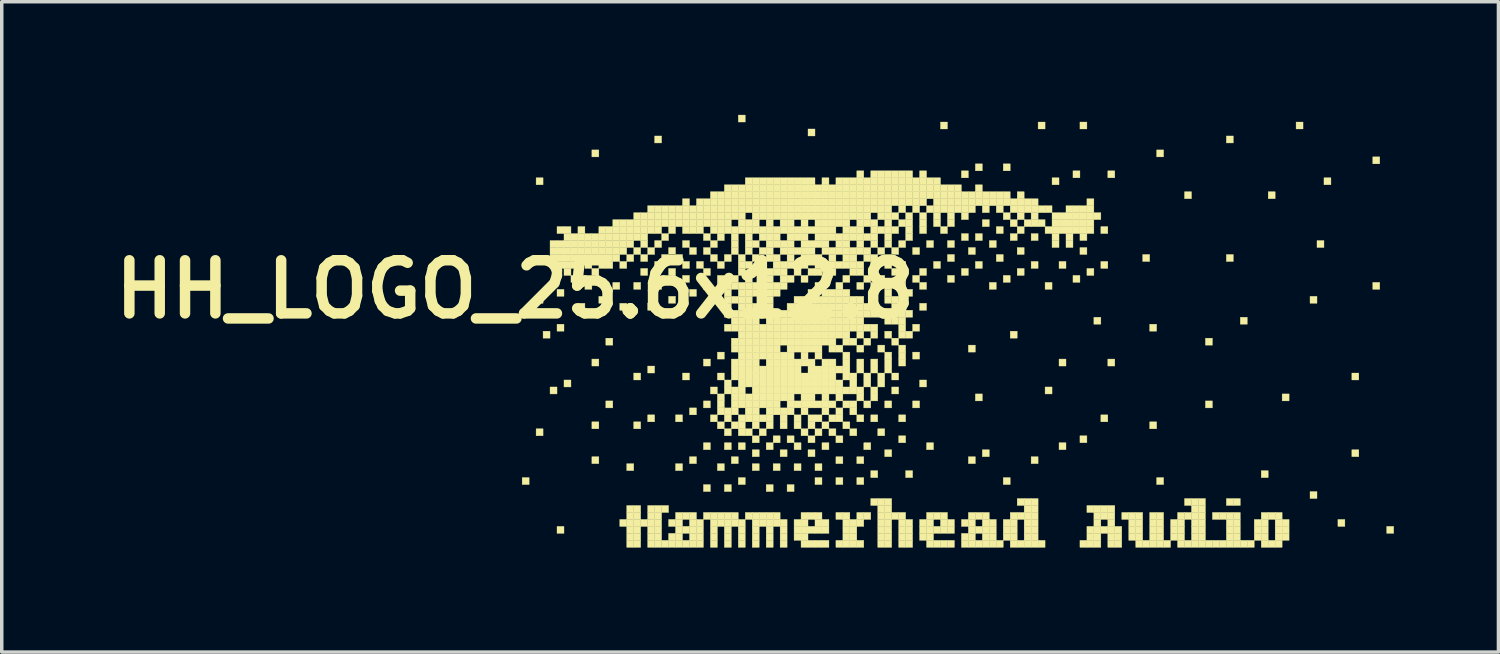
<source format=kicad_pcb>
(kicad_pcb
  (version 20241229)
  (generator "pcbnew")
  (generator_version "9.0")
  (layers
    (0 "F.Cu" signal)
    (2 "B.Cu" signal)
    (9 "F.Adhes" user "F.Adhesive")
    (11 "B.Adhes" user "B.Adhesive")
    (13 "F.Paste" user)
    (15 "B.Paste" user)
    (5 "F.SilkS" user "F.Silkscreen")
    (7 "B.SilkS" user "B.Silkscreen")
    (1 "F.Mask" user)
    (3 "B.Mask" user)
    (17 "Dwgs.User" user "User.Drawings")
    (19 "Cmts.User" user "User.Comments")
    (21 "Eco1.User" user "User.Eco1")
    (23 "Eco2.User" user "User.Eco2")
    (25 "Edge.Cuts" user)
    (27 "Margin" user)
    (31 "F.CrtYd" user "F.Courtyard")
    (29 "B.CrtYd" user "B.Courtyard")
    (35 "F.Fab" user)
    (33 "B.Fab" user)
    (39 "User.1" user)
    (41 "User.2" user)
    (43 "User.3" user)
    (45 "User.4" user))
  (footprint "HH_LOGO_25.6x12.8"
    (layer "F.Cu")
    (at 11.728 0.25)
    (property "Reference" "HH_LOGO_25.6x12.8" (at 0 5 0) (layer "F.SilkS") (effects (font (size 1.524 1.524) (thickness 0.3))))
    (attr through_hole)
    (fp_poly (pts (xy 0.2 10.4) (xy 0.4 10.4) (xy 0.4 10.6) (xy 0.2 10.6) (xy 0.2 10.4)) (stroke (width 0.01) (type solid)) (fill yes) (layer "F.SilkS"))
    (fp_poly (pts (xy 0.6 1.8) (xy 0.8 1.8) (xy 0.8 2) (xy 0.6 2) (xy 0.6 1.8)) (stroke (width 0.01) (type solid)) (fill yes) (layer "F.SilkS"))
    (fp_poly (pts (xy 0.6 5.2) (xy 0.8 5.2) (xy 0.8 5.4) (xy 0.6 5.4) (xy 0.6 5.2)) (stroke (width 0.01) (type solid)) (fill yes) (layer "F.SilkS"))
    (fp_poly (pts (xy 0.6 9) (xy 0.8 9) (xy 0.8 9.2) (xy 0.6 9.2) (xy 0.6 9)) (stroke (width 0.01) (type solid)) (fill yes) (layer "F.SilkS"))
    (fp_poly (pts (xy 0.8 6.2) (xy 1 6.2) (xy 1 6.4) (xy 0.8 6.4) (xy 0.8 6.2)) (stroke (width 0.01) (type solid)) (fill yes) (layer "F.SilkS"))
    (fp_poly (pts (xy 1 3.6) (xy 1.2 3.6) (xy 1.2 3.8) (xy 1 3.8) (xy 1 3.6)) (stroke (width 0.01) (type solid)) (fill yes) (layer "F.SilkS"))
    (fp_poly (pts (xy 1 3.8) (xy 1.2 3.8) (xy 1.2 4) (xy 1 4) (xy 1 3.8)) (stroke (width 0.01) (type solid)) (fill yes) (layer "F.SilkS"))
    (fp_poly (pts (xy 1 4) (xy 1.2 4) (xy 1.2 4.2) (xy 1 4.2) (xy 1 4)) (stroke (width 0.01) (type solid)) (fill yes) (layer "F.SilkS"))
    (fp_poly (pts (xy 1 4.2) (xy 1.2 4.2) (xy 1.2 4.4) (xy 1 4.4) (xy 1 4.2)) (stroke (width 0.01) (type solid)) (fill yes) (layer "F.SilkS"))
    (fp_poly (pts (xy 1 7.8) (xy 1.2 7.8) (xy 1.2 8) (xy 1 8) (xy 1 7.8)) (stroke (width 0.01) (type solid)) (fill yes) (layer "F.SilkS"))
    (fp_poly (pts (xy 1.2 3.2) (xy 1.4 3.2) (xy 1.4 3.4) (xy 1.2 3.4) (xy 1.2 3.2)) (stroke (width 0.01) (type solid)) (fill yes) (layer "F.SilkS"))
    (fp_poly (pts (xy 1.2 3.6) (xy 1.4 3.6) (xy 1.4 3.8) (xy 1.2 3.8) (xy 1.2 3.6)) (stroke (width 0.01) (type solid)) (fill yes) (layer "F.SilkS"))
    (fp_poly (pts (xy 1.2 3.8) (xy 1.4 3.8) (xy 1.4 4) (xy 1.2 4) (xy 1.2 3.8)) (stroke (width 0.01) (type solid)) (fill yes) (layer "F.SilkS"))
    (fp_poly (pts (xy 1.2 4) (xy 1.4 4) (xy 1.4 4.2) (xy 1.2 4.2) (xy 1.2 4)) (stroke (width 0.01) (type solid)) (fill yes) (layer "F.SilkS"))
    (fp_poly (pts (xy 1.2 4.2) (xy 1.4 4.2) (xy 1.4 4.4) (xy 1.2 4.4) (xy 1.2 4.2)) (stroke (width 0.01) (type solid)) (fill yes) (layer "F.SilkS"))
    (fp_poly (pts (xy 1.2 5) (xy 1.4 5) (xy 1.4 5.2) (xy 1.2 5.2) (xy 1.2 5)) (stroke (width 0.01) (type solid)) (fill yes) (layer "F.SilkS"))
    (fp_poly (pts (xy 1.2 6) (xy 1.4 6) (xy 1.4 6.2) (xy 1.2 6.2) (xy 1.2 6)) (stroke (width 0.01) (type solid)) (fill yes) (layer "F.SilkS"))
    (fp_poly (pts (xy 1.2 11.8) (xy 1.4 11.8) (xy 1.4 12) (xy 1.2 12) (xy 1.2 11.8)) (stroke (width 0.01) (type solid)) (fill yes) (layer "F.SilkS"))
    (fp_poly (pts (xy 1.4 3.2) (xy 1.6 3.2) (xy 1.6 3.4) (xy 1.4 3.4) (xy 1.4 3.2)) (stroke (width 0.01) (type solid)) (fill yes) (layer "F.SilkS"))
    (fp_poly (pts (xy 1.4 3.4) (xy 1.6 3.4) (xy 1.6 3.6) (xy 1.4 3.6) (xy 1.4 3.4)) (stroke (width 0.01) (type solid)) (fill yes) (layer "F.SilkS"))
    (fp_poly (pts (xy 1.4 3.6) (xy 1.6 3.6) (xy 1.6 3.8) (xy 1.4 3.8) (xy 1.4 3.6)) (stroke (width 0.01) (type solid)) (fill yes) (layer "F.SilkS"))
    (fp_poly (pts (xy 1.4 3.8) (xy 1.6 3.8) (xy 1.6 4) (xy 1.4 4) (xy 1.4 3.8)) (stroke (width 0.01) (type solid)) (fill yes) (layer "F.SilkS"))
    (fp_poly (pts (xy 1.4 4) (xy 1.6 4) (xy 1.6 4.2) (xy 1.4 4.2) (xy 1.4 4)) (stroke (width 0.01) (type solid)) (fill yes) (layer "F.SilkS"))
    (fp_poly (pts (xy 1.4 4.2) (xy 1.6 4.2) (xy 1.6 4.4) (xy 1.4 4.4) (xy 1.4 4.2)) (stroke (width 0.01) (type solid)) (fill yes) (layer "F.SilkS"))
    (fp_poly (pts (xy 1.4 4.4) (xy 1.6 4.4) (xy 1.6 4.6) (xy 1.4 4.6) (xy 1.4 4.4)) (stroke (width 0.01) (type solid)) (fill yes) (layer "F.SilkS"))
    (fp_poly (pts (xy 1.4 7.6) (xy 1.6 7.6) (xy 1.6 7.8) (xy 1.4 7.8) (xy 1.4 7.6)) (stroke (width 0.01) (type solid)) (fill yes) (layer "F.SilkS"))
    (fp_poly (pts (xy 1.6 3.4) (xy 1.8 3.4) (xy 1.8 3.6) (xy 1.6 3.6) (xy 1.6 3.4)) (stroke (width 0.01) (type solid)) (fill yes) (layer "F.SilkS"))
    (fp_poly (pts (xy 1.6 3.6) (xy 1.8 3.6) (xy 1.8 3.8) (xy 1.6 3.8) (xy 1.6 3.6)) (stroke (width 0.01) (type solid)) (fill yes) (layer "F.SilkS"))
    (fp_poly (pts (xy 1.6 3.8) (xy 1.8 3.8) (xy 1.8 4) (xy 1.6 4) (xy 1.6 3.8)) (stroke (width 0.01) (type solid)) (fill yes) (layer "F.SilkS"))
    (fp_poly (pts (xy 1.6 4) (xy 1.8 4) (xy 1.8 4.2) (xy 1.6 4.2) (xy 1.6 4)) (stroke (width 0.01) (type solid)) (fill yes) (layer "F.SilkS"))
    (fp_poly (pts (xy 1.6 4.2) (xy 1.8 4.2) (xy 1.8 4.4) (xy 1.6 4.4) (xy 1.6 4.2)) (stroke (width 0.01) (type solid)) (fill yes) (layer "F.SilkS"))
    (fp_poly (pts (xy 1.6 4.6) (xy 1.8 4.6) (xy 1.8 4.8) (xy 1.6 4.8) (xy 1.6 4.6)) (stroke (width 0.01) (type solid)) (fill yes) (layer "F.SilkS"))
    (fp_poly (pts (xy 1.8 3.2) (xy 2 3.2) (xy 2 3.4) (xy 1.8 3.4) (xy 1.8 3.2)) (stroke (width 0.01) (type solid)) (fill yes) (layer "F.SilkS"))
    (fp_poly (pts (xy 1.8 3.4) (xy 2 3.4) (xy 2 3.6) (xy 1.8 3.6) (xy 1.8 3.4)) (stroke (width 0.01) (type solid)) (fill yes) (layer "F.SilkS"))
    (fp_poly (pts (xy 1.8 3.6) (xy 2 3.6) (xy 2 3.8) (xy 1.8 3.8) (xy 1.8 3.6)) (stroke (width 0.01) (type solid)) (fill yes) (layer "F.SilkS"))
    (fp_poly (pts (xy 1.8 3.8) (xy 2 3.8) (xy 2 4) (xy 1.8 4) (xy 1.8 3.8)) (stroke (width 0.01) (type solid)) (fill yes) (layer "F.SilkS"))
    (fp_poly (pts (xy 1.8 4) (xy 2 4) (xy 2 4.2) (xy 1.8 4.2) (xy 1.8 4)) (stroke (width 0.01) (type solid)) (fill yes) (layer "F.SilkS"))
    (fp_poly (pts (xy 1.8 5.4) (xy 2 5.4) (xy 2 5.6) (xy 1.8 5.6) (xy 1.8 5.4)) (stroke (width 0.01) (type solid)) (fill yes) (layer "F.SilkS"))
    (fp_poly (pts (xy 2 3.4) (xy 2.2 3.4) (xy 2.2 3.6) (xy 2 3.6) (xy 2 3.4)) (stroke (width 0.01) (type solid)) (fill yes) (layer "F.SilkS"))
    (fp_poly (pts (xy 2 3.6) (xy 2.2 3.6) (xy 2.2 3.8) (xy 2 3.8) (xy 2 3.6)) (stroke (width 0.01) (type solid)) (fill yes) (layer "F.SilkS"))
    (fp_poly (pts (xy 2 3.8) (xy 2.2 3.8) (xy 2.2 4) (xy 2 4) (xy 2 3.8)) (stroke (width 0.01) (type solid)) (fill yes) (layer "F.SilkS"))
    (fp_poly (pts (xy 2 4) (xy 2.2 4) (xy 2.2 4.2) (xy 2 4.2) (xy 2 4)) (stroke (width 0.01) (type solid)) (fill yes) (layer "F.SilkS"))
    (fp_poly (pts (xy 2 4.2) (xy 2.2 4.2) (xy 2.2 4.4) (xy 2 4.4) (xy 2 4.2)) (stroke (width 0.01) (type solid)) (fill yes) (layer "F.SilkS"))
    (fp_poly (pts (xy 2 4.8) (xy 2.2 4.8) (xy 2.2 5) (xy 2 5) (xy 2 4.8)) (stroke (width 0.01) (type solid)) (fill yes) (layer "F.SilkS"))
    (fp_poly (pts (xy 2.2 1) (xy 2.4 1) (xy 2.4 1.2) (xy 2.2 1.2) (xy 2.2 1)) (stroke (width 0.01) (type solid)) (fill yes) (layer "F.SilkS"))
    (fp_poly (pts (xy 2.2 3.4) (xy 2.4 3.4) (xy 2.4 3.6) (xy 2.2 3.6) (xy 2.2 3.4)) (stroke (width 0.01) (type solid)) (fill yes) (layer "F.SilkS"))
    (fp_poly (pts (xy 2.2 3.6) (xy 2.4 3.6) (xy 2.4 3.8) (xy 2.2 3.8) (xy 2.2 3.6)) (stroke (width 0.01) (type solid)) (fill yes) (layer "F.SilkS"))
    (fp_poly (pts (xy 2.2 3.8) (xy 2.4 3.8) (xy 2.4 4) (xy 2.2 4) (xy 2.2 3.8)) (stroke (width 0.01) (type solid)) (fill yes) (layer "F.SilkS"))
    (fp_poly (pts (xy 2.2 4) (xy 2.4 4) (xy 2.4 4.2) (xy 2.2 4.2) (xy 2.2 4)) (stroke (width 0.01) (type solid)) (fill yes) (layer "F.SilkS"))
    (fp_poly (pts (xy 2.2 4.4) (xy 2.4 4.4) (xy 2.4 4.6) (xy 2.2 4.6) (xy 2.2 4.4)) (stroke (width 0.01) (type solid)) (fill yes) (layer "F.SilkS"))
    (fp_poly (pts (xy 2.2 7) (xy 2.4 7) (xy 2.4 7.2) (xy 2.2 7.2) (xy 2.2 7)) (stroke (width 0.01) (type solid)) (fill yes) (layer "F.SilkS"))
    (fp_poly (pts (xy 2.2 8.8) (xy 2.4 8.8) (xy 2.4 9) (xy 2.2 9) (xy 2.2 8.8)) (stroke (width 0.01) (type solid)) (fill yes) (layer "F.SilkS"))
    (fp_poly (pts (xy 2.2 9.8) (xy 2.4 9.8) (xy 2.4 10) (xy 2.2 10) (xy 2.2 9.8)) (stroke (width 0.01) (type solid)) (fill yes) (layer "F.SilkS"))
    (fp_poly (pts (xy 2.4 3.2) (xy 2.6 3.2) (xy 2.6 3.4) (xy 2.4 3.4) (xy 2.4 3.2)) (stroke (width 0.01) (type solid)) (fill yes) (layer "F.SilkS"))
    (fp_poly (pts (xy 2.4 3.4) (xy 2.6 3.4) (xy 2.6 3.6) (xy 2.4 3.6) (xy 2.4 3.4)) (stroke (width 0.01) (type solid)) (fill yes) (layer "F.SilkS"))
    (fp_poly (pts (xy 2.4 3.6) (xy 2.6 3.6) (xy 2.6 3.8) (xy 2.4 3.8) (xy 2.4 3.6)) (stroke (width 0.01) (type solid)) (fill yes) (layer "F.SilkS"))
    (fp_poly (pts (xy 2.4 3.8) (xy 2.6 3.8) (xy 2.6 4) (xy 2.4 4) (xy 2.4 3.8)) (stroke (width 0.01) (type solid)) (fill yes) (layer "F.SilkS"))
    (fp_poly (pts (xy 2.4 4) (xy 2.6 4) (xy 2.6 4.2) (xy 2.4 4.2) (xy 2.4 4)) (stroke (width 0.01) (type solid)) (fill yes) (layer "F.SilkS"))
    (fp_poly (pts (xy 2.4 4.2) (xy 2.6 4.2) (xy 2.6 4.4) (xy 2.4 4.4) (xy 2.4 4.2)) (stroke (width 0.01) (type solid)) (fill yes) (layer "F.SilkS"))
    (fp_poly (pts (xy 2.4 5.2) (xy 2.6 5.2) (xy 2.6 5.4) (xy 2.4 5.4) (xy 2.4 5.2)) (stroke (width 0.01) (type solid)) (fill yes) (layer "F.SilkS"))
    (fp_poly (pts (xy 2.6 3.2) (xy 2.8 3.2) (xy 2.8 3.4) (xy 2.6 3.4) (xy 2.6 3.2)) (stroke (width 0.01) (type solid)) (fill yes) (layer "F.SilkS"))
    (fp_poly (pts (xy 2.6 3.4) (xy 2.8 3.4) (xy 2.8 3.6) (xy 2.6 3.6) (xy 2.6 3.4)) (stroke (width 0.01) (type solid)) (fill yes) (layer "F.SilkS"))
    (fp_poly (pts (xy 2.6 3.6) (xy 2.8 3.6) (xy 2.8 3.8) (xy 2.6 3.8) (xy 2.6 3.6)) (stroke (width 0.01) (type solid)) (fill yes) (layer "F.SilkS"))
    (fp_poly (pts (xy 2.6 3.8) (xy 2.8 3.8) (xy 2.8 4) (xy 2.6 4) (xy 2.6 3.8)) (stroke (width 0.01) (type solid)) (fill yes) (layer "F.SilkS"))
    (fp_poly (pts (xy 2.6 4) (xy 2.8 4) (xy 2.8 4.2) (xy 2.6 4.2) (xy 2.6 4)) (stroke (width 0.01) (type solid)) (fill yes) (layer "F.SilkS"))
    (fp_poly (pts (xy 2.6 4.2) (xy 2.8 4.2) (xy 2.8 4.4) (xy 2.6 4.4) (xy 2.6 4.2)) (stroke (width 0.01) (type solid)) (fill yes) (layer "F.SilkS"))
    (fp_poly (pts (xy 2.6 6.4) (xy 2.8 6.4) (xy 2.8 6.6) (xy 2.6 6.6) (xy 2.6 6.4)) (stroke (width 0.01) (type solid)) (fill yes) (layer "F.SilkS"))
    (fp_poly (pts (xy 2.6 8.2) (xy 2.8 8.2) (xy 2.8 8.4) (xy 2.6 8.4) (xy 2.6 8.2)) (stroke (width 0.01) (type solid)) (fill yes) (layer "F.SilkS"))
    (fp_poly (pts (xy 2.8 3) (xy 3 3) (xy 3 3.2) (xy 2.8 3.2) (xy 2.8 3)) (stroke (width 0.01) (type solid)) (fill yes) (layer "F.SilkS"))
    (fp_poly (pts (xy 2.8 3.2) (xy 3 3.2) (xy 3 3.4) (xy 2.8 3.4) (xy 2.8 3.2)) (stroke (width 0.01) (type solid)) (fill yes) (layer "F.SilkS"))
    (fp_poly (pts (xy 2.8 3.4) (xy 3 3.4) (xy 3 3.6) (xy 2.8 3.6) (xy 2.8 3.4)) (stroke (width 0.01) (type solid)) (fill yes) (layer "F.SilkS"))
    (fp_poly (pts (xy 2.8 3.6) (xy 3 3.6) (xy 3 3.8) (xy 2.8 3.8) (xy 2.8 3.6)) (stroke (width 0.01) (type solid)) (fill yes) (layer "F.SilkS"))
    (fp_poly (pts (xy 2.8 3.8) (xy 3 3.8) (xy 3 4) (xy 2.8 4) (xy 2.8 3.8)) (stroke (width 0.01) (type solid)) (fill yes) (layer "F.SilkS"))
    (fp_poly (pts (xy 2.8 4) (xy 3 4) (xy 3 4.2) (xy 2.8 4.2) (xy 2.8 4)) (stroke (width 0.01) (type solid)) (fill yes) (layer "F.SilkS"))
    (fp_poly (pts (xy 2.8 4.8) (xy 3 4.8) (xy 3 5) (xy 2.8 5) (xy 2.8 4.8)) (stroke (width 0.01) (type solid)) (fill yes) (layer "F.SilkS"))
    (fp_poly (pts (xy 3 3) (xy 3.2 3) (xy 3.2 3.2) (xy 3 3.2) (xy 3 3)) (stroke (width 0.01) (type solid)) (fill yes) (layer "F.SilkS"))
    (fp_poly (pts (xy 3 3.2) (xy 3.2 3.2) (xy 3.2 3.4) (xy 3 3.4) (xy 3 3.2)) (stroke (width 0.01) (type solid)) (fill yes) (layer "F.SilkS"))
    (fp_poly (pts (xy 3 3.4) (xy 3.2 3.4) (xy 3.2 3.6) (xy 3 3.6) (xy 3 3.4)) (stroke (width 0.01) (type solid)) (fill yes) (layer "F.SilkS"))
    (fp_poly (pts (xy 3 3.6) (xy 3.2 3.6) (xy 3.2 3.8) (xy 3 3.8) (xy 3 3.6)) (stroke (width 0.01) (type solid)) (fill yes) (layer "F.SilkS"))
    (fp_poly (pts (xy 3 3.8) (xy 3.2 3.8) (xy 3.2 4) (xy 3 4) (xy 3 3.8)) (stroke (width 0.01) (type solid)) (fill yes) (layer "F.SilkS"))
    (fp_poly (pts (xy 3 4.2) (xy 3.2 4.2) (xy 3.2 4.4) (xy 3 4.4) (xy 3 4.2)) (stroke (width 0.01) (type solid)) (fill yes) (layer "F.SilkS"))
    (fp_poly (pts (xy 3 5.4) (xy 3.2 5.4) (xy 3.2 5.6) (xy 3 5.6) (xy 3 5.4)) (stroke (width 0.01) (type solid)) (fill yes) (layer "F.SilkS"))
    (fp_poly (pts (xy 3 11.6) (xy 3.2 11.6) (xy 3.2 11.8) (xy 3 11.8) (xy 3 11.6)) (stroke (width 0.01) (type solid)) (fill yes) (layer "F.SilkS"))
    (fp_poly (pts (xy 3.2 3) (xy 3.4 3) (xy 3.4 3.2) (xy 3.2 3.2) (xy 3.2 3)) (stroke (width 0.01) (type solid)) (fill yes) (layer "F.SilkS"))
    (fp_poly (pts (xy 3.2 3.2) (xy 3.4 3.2) (xy 3.4 3.4) (xy 3.2 3.4) (xy 3.2 3.2)) (stroke (width 0.01) (type solid)) (fill yes) (layer "F.SilkS"))
    (fp_poly (pts (xy 3.2 3.4) (xy 3.4 3.4) (xy 3.4 3.6) (xy 3.2 3.6) (xy 3.2 3.4)) (stroke (width 0.01) (type solid)) (fill yes) (layer "F.SilkS"))
    (fp_poly (pts (xy 3.2 3.6) (xy 3.4 3.6) (xy 3.4 3.8) (xy 3.2 3.8) (xy 3.2 3.6)) (stroke (width 0.01) (type solid)) (fill yes) (layer "F.SilkS"))
    (fp_poly (pts (xy 3.2 4) (xy 3.4 4) (xy 3.4 4.2) (xy 3.2 4.2) (xy 3.2 4)) (stroke (width 0.01) (type solid)) (fill yes) (layer "F.SilkS"))
    (fp_poly (pts (xy 3.2 10) (xy 3.4 10) (xy 3.4 10.2) (xy 3.2 10.2) (xy 3.2 10)) (stroke (width 0.01) (type solid)) (fill yes) (layer "F.SilkS"))
    (fp_poly (pts (xy 3.2 11.2) (xy 3.4 11.2) (xy 3.4 11.4) (xy 3.2 11.4) (xy 3.2 11.2)) (stroke (width 0.01) (type solid)) (fill yes) (layer "F.SilkS"))
    (fp_poly (pts (xy 3.2 11.4) (xy 3.4 11.4) (xy 3.4 11.6) (xy 3.2 11.6) (xy 3.2 11.4)) (stroke (width 0.01) (type solid)) (fill yes) (layer "F.SilkS"))
    (fp_poly (pts (xy 3.2 11.6) (xy 3.4 11.6) (xy 3.4 11.8) (xy 3.2 11.8) (xy 3.2 11.6)) (stroke (width 0.01) (type solid)) (fill yes) (layer "F.SilkS"))
    (fp_poly (pts (xy 3.2 11.8) (xy 3.4 11.8) (xy 3.4 12) (xy 3.2 12) (xy 3.2 11.8)) (stroke (width 0.01) (type solid)) (fill yes) (layer "F.SilkS"))
    (fp_poly (pts (xy 3.2 12) (xy 3.4 12) (xy 3.4 12.2) (xy 3.2 12.2) (xy 3.2 12)) (stroke (width 0.01) (type solid)) (fill yes) (layer "F.SilkS"))
    (fp_poly (pts (xy 3.2 12.2) (xy 3.4 12.2) (xy 3.4 12.4) (xy 3.2 12.4) (xy 3.2 12.2)) (stroke (width 0.01) (type solid)) (fill yes) (layer "F.SilkS"))
    (fp_poly (pts (xy 3.4 2.8) (xy 3.6 2.8) (xy 3.6 3) (xy 3.4 3) (xy 3.4 2.8)) (stroke (width 0.01) (type solid)) (fill yes) (layer "F.SilkS"))
    (fp_poly (pts (xy 3.4 3) (xy 3.6 3) (xy 3.6 3.2) (xy 3.4 3.2) (xy 3.4 3)) (stroke (width 0.01) (type solid)) (fill yes) (layer "F.SilkS"))
    (fp_poly (pts (xy 3.4 3.2) (xy 3.6 3.2) (xy 3.6 3.4) (xy 3.4 3.4) (xy 3.4 3.2)) (stroke (width 0.01) (type solid)) (fill yes) (layer "F.SilkS"))
    (fp_poly (pts (xy 3.4 3.4) (xy 3.6 3.4) (xy 3.6 3.6) (xy 3.4 3.6) (xy 3.4 3.4)) (stroke (width 0.01) (type solid)) (fill yes) (layer "F.SilkS"))
    (fp_poly (pts (xy 3.4 3.8) (xy 3.6 3.8) (xy 3.6 4) (xy 3.4 4) (xy 3.4 3.8)) (stroke (width 0.01) (type solid)) (fill yes) (layer "F.SilkS"))
    (fp_poly (pts (xy 3.4 4.8) (xy 3.6 4.8) (xy 3.6 5) (xy 3.4 5) (xy 3.4 4.8)) (stroke (width 0.01) (type solid)) (fill yes) (layer "F.SilkS"))
    (fp_poly (pts (xy 3.4 7.4) (xy 3.6 7.4) (xy 3.6 7.6) (xy 3.4 7.6) (xy 3.4 7.4)) (stroke (width 0.01) (type solid)) (fill yes) (layer "F.SilkS"))
    (fp_poly (pts (xy 3.4 8.8) (xy 3.6 8.8) (xy 3.6 9) (xy 3.4 9) (xy 3.4 8.8)) (stroke (width 0.01) (type solid)) (fill yes) (layer "F.SilkS"))
    (fp_poly (pts (xy 3.4 11.2) (xy 3.6 11.2) (xy 3.6 11.4) (xy 3.4 11.4) (xy 3.4 11.2)) (stroke (width 0.01) (type solid)) (fill yes) (layer "F.SilkS"))
    (fp_poly (pts (xy 3.4 11.4) (xy 3.6 11.4) (xy 3.6 11.6) (xy 3.4 11.6) (xy 3.4 11.4)) (stroke (width 0.01) (type solid)) (fill yes) (layer "F.SilkS"))
    (fp_poly (pts (xy 3.4 11.6) (xy 3.6 11.6) (xy 3.6 11.8) (xy 3.4 11.8) (xy 3.4 11.6)) (stroke (width 0.01) (type solid)) (fill yes) (layer "F.SilkS"))
    (fp_poly (pts (xy 3.4 11.8) (xy 3.6 11.8) (xy 3.6 12) (xy 3.4 12) (xy 3.4 11.8)) (stroke (width 0.01) (type solid)) (fill yes) (layer "F.SilkS"))
    (fp_poly (pts (xy 3.4 12) (xy 3.6 12) (xy 3.6 12.2) (xy 3.4 12.2) (xy 3.4 12)) (stroke (width 0.01) (type solid)) (fill yes) (layer "F.SilkS"))
    (fp_poly (pts (xy 3.4 12.2) (xy 3.6 12.2) (xy 3.6 12.4) (xy 3.4 12.4) (xy 3.4 12.2)) (stroke (width 0.01) (type solid)) (fill yes) (layer "F.SilkS"))
    (fp_poly (pts (xy 3.6 2.8) (xy 3.8 2.8) (xy 3.8 3) (xy 3.6 3) (xy 3.6 2.8)) (stroke (width 0.01) (type solid)) (fill yes) (layer "F.SilkS"))
    (fp_poly (pts (xy 3.6 3) (xy 3.8 3) (xy 3.8 3.2) (xy 3.6 3.2) (xy 3.6 3)) (stroke (width 0.01) (type solid)) (fill yes) (layer "F.SilkS"))
    (fp_poly (pts (xy 3.6 3.2) (xy 3.8 3.2) (xy 3.8 3.4) (xy 3.6 3.4) (xy 3.6 3.2)) (stroke (width 0.01) (type solid)) (fill yes) (layer "F.SilkS"))
    (fp_poly (pts (xy 3.6 3.4) (xy 3.8 3.4) (xy 3.8 3.6) (xy 3.6 3.6) (xy 3.6 3.4)) (stroke (width 0.01) (type solid)) (fill yes) (layer "F.SilkS"))
    (fp_poly (pts (xy 3.6 3.6) (xy 3.8 3.6) (xy 3.8 3.8) (xy 3.6 3.8) (xy 3.6 3.6)) (stroke (width 0.01) (type solid)) (fill yes) (layer "F.SilkS"))
    (fp_poly (pts (xy 3.6 4) (xy 3.8 4) (xy 3.8 4.2) (xy 3.6 4.2) (xy 3.6 4)) (stroke (width 0.01) (type solid)) (fill yes) (layer "F.SilkS"))
    (fp_poly (pts (xy 3.6 4.4) (xy 3.8 4.4) (xy 3.8 4.6) (xy 3.6 4.6) (xy 3.6 4.4)) (stroke (width 0.01) (type solid)) (fill yes) (layer "F.SilkS"))
    (fp_poly (pts (xy 3.6 11.6) (xy 3.8 11.6) (xy 3.8 11.8) (xy 3.6 11.8) (xy 3.6 11.6)) (stroke (width 0.01) (type solid)) (fill yes) (layer "F.SilkS"))
    (fp_poly (pts (xy 3.8 2.6) (xy 4 2.6) (xy 4 2.8) (xy 3.8 2.8) (xy 3.8 2.6)) (stroke (width 0.01) (type solid)) (fill yes) (layer "F.SilkS"))
    (fp_poly (pts (xy 3.8 2.8) (xy 4 2.8) (xy 4 3) (xy 3.8 3) (xy 3.8 2.8)) (stroke (width 0.01) (type solid)) (fill yes) (layer "F.SilkS"))
    (fp_poly (pts (xy 3.8 3) (xy 4 3) (xy 4 3.2) (xy 3.8 3.2) (xy 3.8 3)) (stroke (width 0.01) (type solid)) (fill yes) (layer "F.SilkS"))
    (fp_poly (pts (xy 3.8 3.2) (xy 4 3.2) (xy 4 3.4) (xy 3.8 3.4) (xy 3.8 3.2)) (stroke (width 0.01) (type solid)) (fill yes) (layer "F.SilkS"))
    (fp_poly (pts (xy 3.8 3.8) (xy 4 3.8) (xy 4 4) (xy 3.8 4) (xy 3.8 3.8)) (stroke (width 0.01) (type solid)) (fill yes) (layer "F.SilkS"))
    (fp_poly (pts (xy 3.8 5.4) (xy 4 5.4) (xy 4 5.6) (xy 3.8 5.6) (xy 3.8 5.4)) (stroke (width 0.01) (type solid)) (fill yes) (layer "F.SilkS"))
    (fp_poly (pts (xy 3.8 7.2) (xy 4 7.2) (xy 4 7.4) (xy 3.8 7.4) (xy 3.8 7.2)) (stroke (width 0.01) (type solid)) (fill yes) (layer "F.SilkS"))
    (fp_poly (pts (xy 3.8 8.6) (xy 4 8.6) (xy 4 8.8) (xy 3.8 8.8) (xy 3.8 8.6)) (stroke (width 0.01) (type solid)) (fill yes) (layer "F.SilkS"))
    (fp_poly (pts (xy 3.8 11.2) (xy 4 11.2) (xy 4 11.4) (xy 3.8 11.4) (xy 3.8 11.2)) (stroke (width 0.01) (type solid)) (fill yes) (layer "F.SilkS"))
    (fp_poly (pts (xy 3.8 11.4) (xy 4 11.4) (xy 4 11.6) (xy 3.8 11.6) (xy 3.8 11.4)) (stroke (width 0.01) (type solid)) (fill yes) (layer "F.SilkS"))
    (fp_poly (pts (xy 3.8 11.6) (xy 4 11.6) (xy 4 11.8) (xy 3.8 11.8) (xy 3.8 11.6)) (stroke (width 0.01) (type solid)) (fill yes) (layer "F.SilkS"))
    (fp_poly (pts (xy 3.8 11.8) (xy 4 11.8) (xy 4 12) (xy 3.8 12) (xy 3.8 11.8)) (stroke (width 0.01) (type solid)) (fill yes) (layer "F.SilkS"))
    (fp_poly (pts (xy 3.8 12) (xy 4 12) (xy 4 12.2) (xy 3.8 12.2) (xy 3.8 12)) (stroke (width 0.01) (type solid)) (fill yes) (layer "F.SilkS"))
    (fp_poly (pts (xy 3.8 12.2) (xy 4 12.2) (xy 4 12.4) (xy 3.8 12.4) (xy 3.8 12.2)) (stroke (width 0.01) (type solid)) (fill yes) (layer "F.SilkS"))
    (fp_poly (pts (xy 4 0.6) (xy 4.2 0.6) (xy 4.2 0.8) (xy 4 0.8) (xy 4 0.6)) (stroke (width 0.01) (type solid)) (fill yes) (layer "F.SilkS"))
    (fp_poly (pts (xy 4 2.6) (xy 4.2 2.6) (xy 4.2 2.8) (xy 4 2.8) (xy 4 2.6)) (stroke (width 0.01) (type solid)) (fill yes) (layer "F.SilkS"))
    (fp_poly (pts (xy 4 2.8) (xy 4.2 2.8) (xy 4.2 3) (xy 4 3) (xy 4 2.8)) (stroke (width 0.01) (type solid)) (fill yes) (layer "F.SilkS"))
    (fp_poly (pts (xy 4 3) (xy 4.2 3) (xy 4.2 3.2) (xy 4 3.2) (xy 4 3)) (stroke (width 0.01) (type solid)) (fill yes) (layer "F.SilkS"))
    (fp_poly (pts (xy 4 3.2) (xy 4.2 3.2) (xy 4.2 3.4) (xy 4 3.4) (xy 4 3.2)) (stroke (width 0.01) (type solid)) (fill yes) (layer "F.SilkS"))
    (fp_poly (pts (xy 4 3.6) (xy 4.2 3.6) (xy 4.2 3.8) (xy 4 3.8) (xy 4 3.6)) (stroke (width 0.01) (type solid)) (fill yes) (layer "F.SilkS"))
    (fp_poly (pts (xy 4 4.2) (xy 4.2 4.2) (xy 4.2 4.4) (xy 4 4.4) (xy 4 4.2)) (stroke (width 0.01) (type solid)) (fill yes) (layer "F.SilkS"))
    (fp_poly (pts (xy 4 4.8) (xy 4.2 4.8) (xy 4.2 5) (xy 4 5) (xy 4 4.8)) (stroke (width 0.01) (type solid)) (fill yes) (layer "F.SilkS"))
    (fp_poly (pts (xy 4 11.2) (xy 4.2 11.2) (xy 4.2 11.4) (xy 4 11.4) (xy 4 11.2)) (stroke (width 0.01) (type solid)) (fill yes) (layer "F.SilkS"))
    (fp_poly (pts (xy 4 11.4) (xy 4.2 11.4) (xy 4.2 11.6) (xy 4 11.6) (xy 4 11.4)) (stroke (width 0.01) (type solid)) (fill yes) (layer "F.SilkS"))
    (fp_poly (pts (xy 4 11.6) (xy 4.2 11.6) (xy 4.2 11.8) (xy 4 11.8) (xy 4 11.6)) (stroke (width 0.01) (type solid)) (fill yes) (layer "F.SilkS"))
    (fp_poly (pts (xy 4 11.8) (xy 4.2 11.8) (xy 4.2 12) (xy 4 12) (xy 4 11.8)) (stroke (width 0.01) (type solid)) (fill yes) (layer "F.SilkS"))
    (fp_poly (pts (xy 4 12) (xy 4.2 12) (xy 4.2 12.2) (xy 4 12.2) (xy 4 12)) (stroke (width 0.01) (type solid)) (fill yes) (layer "F.SilkS"))
    (fp_poly (pts (xy 4 12.2) (xy 4.2 12.2) (xy 4.2 12.4) (xy 4 12.4) (xy 4 12.2)) (stroke (width 0.01) (type solid)) (fill yes) (layer "F.SilkS"))
    (fp_poly (pts (xy 4.2 2.6) (xy 4.4 2.6) (xy 4.4 2.8) (xy 4.2 2.8) (xy 4.2 2.6)) (stroke (width 0.01) (type solid)) (fill yes) (layer "F.SilkS"))
    (fp_poly (pts (xy 4.2 2.8) (xy 4.4 2.8) (xy 4.4 3) (xy 4.2 3) (xy 4.2 2.8)) (stroke (width 0.01) (type solid)) (fill yes) (layer "F.SilkS"))
    (fp_poly (pts (xy 4.2 3) (xy 4.4 3) (xy 4.4 3.2) (xy 4.2 3.2) (xy 4.2 3)) (stroke (width 0.01) (type solid)) (fill yes) (layer "F.SilkS"))
    (fp_poly (pts (xy 4.2 3.4) (xy 4.4 3.4) (xy 4.4 3.6) (xy 4.2 3.6) (xy 4.2 3.4)) (stroke (width 0.01) (type solid)) (fill yes) (layer "F.SilkS"))
    (fp_poly (pts (xy 4.2 4) (xy 4.4 4) (xy 4.4 4.2) (xy 4.2 4.2) (xy 4.2 4)) (stroke (width 0.01) (type solid)) (fill yes) (layer "F.SilkS"))
    (fp_poly (pts (xy 4.2 11.2) (xy 4.4 11.2) (xy 4.4 11.4) (xy 4.2 11.4) (xy 4.2 11.2)) (stroke (width 0.01) (type solid)) (fill yes) (layer "F.SilkS"))
    (fp_poly (pts (xy 4.2 12.2) (xy 4.4 12.2) (xy 4.4 12.4) (xy 4.2 12.4) (xy 4.2 12.2)) (stroke (width 0.01) (type solid)) (fill yes) (layer "F.SilkS"))
    (fp_poly (pts (xy 4.4 2.6) (xy 4.6 2.6) (xy 4.6 2.8) (xy 4.4 2.8) (xy 4.4 2.6)) (stroke (width 0.01) (type solid)) (fill yes) (layer "F.SilkS"))
    (fp_poly (pts (xy 4.4 2.8) (xy 4.6 2.8) (xy 4.6 3) (xy 4.4 3) (xy 4.4 2.8)) (stroke (width 0.01) (type solid)) (fill yes) (layer "F.SilkS"))
    (fp_poly (pts (xy 4.4 3) (xy 4.6 3) (xy 4.6 3.2) (xy 4.4 3.2) (xy 4.4 3)) (stroke (width 0.01) (type solid)) (fill yes) (layer "F.SilkS"))
    (fp_poly (pts (xy 4.4 3.2) (xy 4.6 3.2) (xy 4.6 3.4) (xy 4.4 3.4) (xy 4.4 3.2)) (stroke (width 0.01) (type solid)) (fill yes) (layer "F.SilkS"))
    (fp_poly (pts (xy 4.4 3.8) (xy 4.6 3.8) (xy 4.6 4) (xy 4.4 4) (xy 4.4 3.8)) (stroke (width 0.01) (type solid)) (fill yes) (layer "F.SilkS"))
    (fp_poly (pts (xy 4.4 4.4) (xy 4.6 4.4) (xy 4.6 4.6) (xy 4.4 4.6) (xy 4.4 4.4)) (stroke (width 0.01) (type solid)) (fill yes) (layer "F.SilkS"))
    (fp_poly (pts (xy 4.4 5.2) (xy 4.6 5.2) (xy 4.6 5.4) (xy 4.4 5.4) (xy 4.4 5.2)) (stroke (width 0.01) (type solid)) (fill yes) (layer "F.SilkS"))
    (fp_poly (pts (xy 4.4 11.6) (xy 4.6 11.6) (xy 4.6 11.8) (xy 4.4 11.8) (xy 4.4 11.6)) (stroke (width 0.01) (type solid)) (fill yes) (layer "F.SilkS"))
    (fp_poly (pts (xy 4.4 12) (xy 4.6 12) (xy 4.6 12.2) (xy 4.4 12.2) (xy 4.4 12)) (stroke (width 0.01) (type solid)) (fill yes) (layer "F.SilkS"))
    (fp_poly (pts (xy 4.4 12.2) (xy 4.6 12.2) (xy 4.6 12.4) (xy 4.4 12.4) (xy 4.4 12.2)) (stroke (width 0.01) (type solid)) (fill yes) (layer "F.SilkS"))
    (fp_poly (pts (xy 4.6 2.6) (xy 4.8 2.6) (xy 4.8 2.8) (xy 4.6 2.8) (xy 4.6 2.6)) (stroke (width 0.01) (type solid)) (fill yes) (layer "F.SilkS"))
    (fp_poly (pts (xy 4.6 2.8) (xy 4.8 2.8) (xy 4.8 3) (xy 4.6 3) (xy 4.6 2.8)) (stroke (width 0.01) (type solid)) (fill yes) (layer "F.SilkS"))
    (fp_poly (pts (xy 4.6 3) (xy 4.8 3) (xy 4.8 3.2) (xy 4.6 3.2) (xy 4.6 3)) (stroke (width 0.01) (type solid)) (fill yes) (layer "F.SilkS"))
    (fp_poly (pts (xy 4.6 4) (xy 4.8 4) (xy 4.8 4.2) (xy 4.6 4.2) (xy 4.6 4)) (stroke (width 0.01) (type solid)) (fill yes) (layer "F.SilkS"))
    (fp_poly (pts (xy 4.6 8.6) (xy 4.8 8.6) (xy 4.8 8.8) (xy 4.6 8.8) (xy 4.6 8.6)) (stroke (width 0.01) (type solid)) (fill yes) (layer "F.SilkS"))
    (fp_poly (pts (xy 4.6 10) (xy 4.8 10) (xy 4.8 10.2) (xy 4.6 10.2) (xy 4.6 10)) (stroke (width 0.01) (type solid)) (fill yes) (layer "F.SilkS"))
    (fp_poly (pts (xy 4.6 11.4) (xy 4.8 11.4) (xy 4.8 11.6) (xy 4.6 11.6) (xy 4.6 11.4)) (stroke (width 0.01) (type solid)) (fill yes) (layer "F.SilkS"))
    (fp_poly (pts (xy 4.6 11.6) (xy 4.8 11.6) (xy 4.8 11.8) (xy 4.6 11.8) (xy 4.6 11.6)) (stroke (width 0.01) (type solid)) (fill yes) (layer "F.SilkS"))
    (fp_poly (pts (xy 4.6 11.8) (xy 4.8 11.8) (xy 4.8 12) (xy 4.6 12) (xy 4.6 11.8)) (stroke (width 0.01) (type solid)) (fill yes) (layer "F.SilkS"))
    (fp_poly (pts (xy 4.6 12) (xy 4.8 12) (xy 4.8 12.2) (xy 4.6 12.2) (xy 4.6 12)) (stroke (width 0.01) (type solid)) (fill yes) (layer "F.SilkS"))
    (fp_poly (pts (xy 4.6 12.2) (xy 4.8 12.2) (xy 4.8 12.4) (xy 4.6 12.4) (xy 4.6 12.2)) (stroke (width 0.01) (type solid)) (fill yes) (layer "F.SilkS"))
    (fp_poly (pts (xy 4.8 2.4) (xy 5 2.4) (xy 5 2.6) (xy 4.8 2.6) (xy 4.8 2.4)) (stroke (width 0.01) (type solid)) (fill yes) (layer "F.SilkS"))
    (fp_poly (pts (xy 4.8 2.6) (xy 5 2.6) (xy 5 2.8) (xy 4.8 2.8) (xy 4.8 2.6)) (stroke (width 0.01) (type solid)) (fill yes) (layer "F.SilkS"))
    (fp_poly (pts (xy 4.8 2.8) (xy 5 2.8) (xy 5 3) (xy 4.8 3) (xy 4.8 2.8)) (stroke (width 0.01) (type solid)) (fill yes) (layer "F.SilkS"))
    (fp_poly (pts (xy 4.8 3) (xy 5 3) (xy 5 3.2) (xy 4.8 3.2) (xy 4.8 3)) (stroke (width 0.01) (type solid)) (fill yes) (layer "F.SilkS"))
    (fp_poly (pts (xy 4.8 3.2) (xy 5 3.2) (xy 5 3.4) (xy 4.8 3.4) (xy 4.8 3.2)) (stroke (width 0.01) (type solid)) (fill yes) (layer "F.SilkS"))
    (fp_poly (pts (xy 4.8 3.6) (xy 5 3.6) (xy 5 3.8) (xy 4.8 3.8) (xy 4.8 3.6)) (stroke (width 0.01) (type solid)) (fill yes) (layer "F.SilkS"))
    (fp_poly (pts (xy 4.8 4.2) (xy 5 4.2) (xy 5 4.4) (xy 4.8 4.4) (xy 4.8 4.2)) (stroke (width 0.01) (type solid)) (fill yes) (layer "F.SilkS"))
    (fp_poly (pts (xy 4.8 4.6) (xy 5 4.6) (xy 5 4.8) (xy 4.8 4.8) (xy 4.8 4.6)) (stroke (width 0.01) (type solid)) (fill yes) (layer "F.SilkS"))
    (fp_poly (pts (xy 4.8 7.4) (xy 5 7.4) (xy 5 7.6) (xy 4.8 7.6) (xy 4.8 7.4)) (stroke (width 0.01) (type solid)) (fill yes) (layer "F.SilkS"))
    (fp_poly (pts (xy 4.8 11.4) (xy 5 11.4) (xy 5 11.6) (xy 4.8 11.6) (xy 4.8 11.4)) (stroke (width 0.01) (type solid)) (fill yes) (layer "F.SilkS"))
    (fp_poly (pts (xy 4.8 11.8) (xy 5 11.8) (xy 5 12) (xy 4.8 12) (xy 4.8 11.8)) (stroke (width 0.01) (type solid)) (fill yes) (layer "F.SilkS"))
    (fp_poly (pts (xy 4.8 12.2) (xy 5 12.2) (xy 5 12.4) (xy 4.8 12.4) (xy 4.8 12.2)) (stroke (width 0.01) (type solid)) (fill yes) (layer "F.SilkS"))
    (fp_poly (pts (xy 5 2.6) (xy 5.2 2.6) (xy 5.2 2.8) (xy 5 2.8) (xy 5 2.6)) (stroke (width 0.01) (type solid)) (fill yes) (layer "F.SilkS"))
    (fp_poly (pts (xy 5 2.8) (xy 5.2 2.8) (xy 5.2 3) (xy 5 3) (xy 5 2.8)) (stroke (width 0.01) (type solid)) (fill yes) (layer "F.SilkS"))
    (fp_poly (pts (xy 5 3) (xy 5.2 3) (xy 5.2 3.2) (xy 5 3.2) (xy 5 3)) (stroke (width 0.01) (type solid)) (fill yes) (layer "F.SilkS"))
    (fp_poly (pts (xy 5 3.2) (xy 5.2 3.2) (xy 5.2 3.4) (xy 5 3.4) (xy 5 3.2)) (stroke (width 0.01) (type solid)) (fill yes) (layer "F.SilkS"))
    (fp_poly (pts (xy 5 3.8) (xy 5.2 3.8) (xy 5.2 4) (xy 5 4) (xy 5 3.8)) (stroke (width 0.01) (type solid)) (fill yes) (layer "F.SilkS"))
    (fp_poly (pts (xy 5 5) (xy 5.2 5) (xy 5.2 5.2) (xy 5 5.2) (xy 5 5)) (stroke (width 0.01) (type solid)) (fill yes) (layer "F.SilkS"))
    (fp_poly (pts (xy 5 8.4) (xy 5.2 8.4) (xy 5.2 8.6) (xy 5 8.6) (xy 5 8.4)) (stroke (width 0.01) (type solid)) (fill yes) (layer "F.SilkS"))
    (fp_poly (pts (xy 5 9.8) (xy 5.2 9.8) (xy 5.2 10) (xy 5 10) (xy 5 9.8)) (stroke (width 0.01) (type solid)) (fill yes) (layer "F.SilkS"))
    (fp_poly (pts (xy 5 11.4) (xy 5.2 11.4) (xy 5.2 11.6) (xy 5 11.6) (xy 5 11.4)) (stroke (width 0.01) (type solid)) (fill yes) (layer "F.SilkS"))
    (fp_poly (pts (xy 5 11.6) (xy 5.2 11.6) (xy 5.2 11.8) (xy 5 11.8) (xy 5 11.6)) (stroke (width 0.01) (type solid)) (fill yes) (layer "F.SilkS"))
    (fp_poly (pts (xy 5 11.8) (xy 5.2 11.8) (xy 5.2 12) (xy 5 12) (xy 5 11.8)) (stroke (width 0.01) (type solid)) (fill yes) (layer "F.SilkS"))
    (fp_poly (pts (xy 5 12) (xy 5.2 12) (xy 5.2 12.2) (xy 5 12.2) (xy 5 12)) (stroke (width 0.01) (type solid)) (fill yes) (layer "F.SilkS"))
    (fp_poly (pts (xy 5 12.2) (xy 5.2 12.2) (xy 5.2 12.4) (xy 5 12.4) (xy 5 12.2)) (stroke (width 0.01) (type solid)) (fill yes) (layer "F.SilkS"))
    (fp_poly (pts (xy 5.2 2.4) (xy 5.4 2.4) (xy 5.4 2.6) (xy 5.2 2.6) (xy 5.2 2.4)) (stroke (width 0.01) (type solid)) (fill yes) (layer "F.SilkS"))
    (fp_poly (pts (xy 5.2 2.6) (xy 5.4 2.6) (xy 5.4 2.8) (xy 5.2 2.8) (xy 5.2 2.6)) (stroke (width 0.01) (type solid)) (fill yes) (layer "F.SilkS"))
    (fp_poly (pts (xy 5.2 2.8) (xy 5.4 2.8) (xy 5.4 3) (xy 5.2 3) (xy 5.2 2.8)) (stroke (width 0.01) (type solid)) (fill yes) (layer "F.SilkS"))
    (fp_poly (pts (xy 5.2 3) (xy 5.4 3) (xy 5.4 3.2) (xy 5.2 3.2) (xy 5.2 3)) (stroke (width 0.01) (type solid)) (fill yes) (layer "F.SilkS"))
    (fp_poly (pts (xy 5.2 3.2) (xy 5.4 3.2) (xy 5.4 3.4) (xy 5.2 3.4) (xy 5.2 3.2)) (stroke (width 0.01) (type solid)) (fill yes) (layer "F.SilkS"))
    (fp_poly (pts (xy 5.2 4.2) (xy 5.4 4.2) (xy 5.4 4.4) (xy 5.2 4.4) (xy 5.2 4.2)) (stroke (width 0.01) (type solid)) (fill yes) (layer "F.SilkS"))
    (fp_poly (pts (xy 5.2 11.6) (xy 5.4 11.6) (xy 5.4 11.8) (xy 5.2 11.8) (xy 5.2 11.6)) (stroke (width 0.01) (type solid)) (fill yes) (layer "F.SilkS"))
    (fp_poly (pts (xy 5.2 11.8) (xy 5.4 11.8) (xy 5.4 12) (xy 5.2 12) (xy 5.2 11.8)) (stroke (width 0.01) (type solid)) (fill yes) (layer "F.SilkS"))
    (fp_poly (pts (xy 5.2 12) (xy 5.4 12) (xy 5.4 12.2) (xy 5.2 12.2) (xy 5.2 12)) (stroke (width 0.01) (type solid)) (fill yes) (layer "F.SilkS"))
    (fp_poly (pts (xy 5.2 12.2) (xy 5.4 12.2) (xy 5.4 12.4) (xy 5.2 12.4) (xy 5.2 12.2)) (stroke (width 0.01) (type solid)) (fill yes) (layer "F.SilkS"))
    (fp_poly (pts (xy 5.4 2.4) (xy 5.6 2.4) (xy 5.6 2.6) (xy 5.4 2.6) (xy 5.4 2.4)) (stroke (width 0.01) (type solid)) (fill yes) (layer "F.SilkS"))
    (fp_poly (pts (xy 5.4 2.6) (xy 5.6 2.6) (xy 5.6 2.8) (xy 5.4 2.8) (xy 5.4 2.6)) (stroke (width 0.01) (type solid)) (fill yes) (layer "F.SilkS"))
    (fp_poly (pts (xy 5.4 2.8) (xy 5.6 2.8) (xy 5.6 3) (xy 5.4 3) (xy 5.4 2.8)) (stroke (width 0.01) (type solid)) (fill yes) (layer "F.SilkS"))
    (fp_poly (pts (xy 5.4 3) (xy 5.6 3) (xy 5.6 3.2) (xy 5.4 3.2) (xy 5.4 3)) (stroke (width 0.01) (type solid)) (fill yes) (layer "F.SilkS"))
    (fp_poly (pts (xy 5.4 3.4) (xy 5.6 3.4) (xy 5.6 3.6) (xy 5.4 3.6) (xy 5.4 3.4)) (stroke (width 0.01) (type solid)) (fill yes) (layer "F.SilkS"))
    (fp_poly (pts (xy 5.4 3.8) (xy 5.6 3.8) (xy 5.6 4) (xy 5.4 4) (xy 5.4 3.8)) (stroke (width 0.01) (type solid)) (fill yes) (layer "F.SilkS"))
    (fp_poly (pts (xy 5.4 4.4) (xy 5.6 4.4) (xy 5.6 4.6) (xy 5.4 4.6) (xy 5.4 4.4)) (stroke (width 0.01) (type solid)) (fill yes) (layer "F.SilkS"))
    (fp_poly (pts (xy 5.4 4.8) (xy 5.6 4.8) (xy 5.6 5) (xy 5.4 5) (xy 5.4 4.8)) (stroke (width 0.01) (type solid)) (fill yes) (layer "F.SilkS"))
    (fp_poly (pts (xy 5.4 7) (xy 5.6 7) (xy 5.6 7.2) (xy 5.4 7.2) (xy 5.4 7)) (stroke (width 0.01) (type solid)) (fill yes) (layer "F.SilkS"))
    (fp_poly (pts (xy 5.4 8.2) (xy 5.6 8.2) (xy 5.6 8.4) (xy 5.4 8.4) (xy 5.4 8.2)) (stroke (width 0.01) (type solid)) (fill yes) (layer "F.SilkS"))
    (fp_poly (pts (xy 5.4 9.4) (xy 5.6 9.4) (xy 5.6 9.6) (xy 5.4 9.6) (xy 5.4 9.4)) (stroke (width 0.01) (type solid)) (fill yes) (layer "F.SilkS"))
    (fp_poly (pts (xy 5.4 10.6) (xy 5.6 10.6) (xy 5.6 10.8) (xy 5.4 10.8) (xy 5.4 10.6)) (stroke (width 0.01) (type solid)) (fill yes) (layer "F.SilkS"))
    (fp_poly (pts (xy 5.4 11.4) (xy 5.6 11.4) (xy 5.6 11.6) (xy 5.4 11.6) (xy 5.4 11.4)) (stroke (width 0.01) (type solid)) (fill yes) (layer "F.SilkS"))
    (fp_poly (pts (xy 5.6 2.2) (xy 5.8 2.2) (xy 5.8 2.4) (xy 5.6 2.4) (xy 5.6 2.2)) (stroke (width 0.01) (type solid)) (fill yes) (layer "F.SilkS"))
    (fp_poly (pts (xy 5.6 2.4) (xy 5.8 2.4) (xy 5.8 2.6) (xy 5.6 2.6) (xy 5.6 2.4)) (stroke (width 0.01) (type solid)) (fill yes) (layer "F.SilkS"))
    (fp_poly (pts (xy 5.6 2.6) (xy 5.8 2.6) (xy 5.8 2.8) (xy 5.6 2.8) (xy 5.6 2.6)) (stroke (width 0.01) (type solid)) (fill yes) (layer "F.SilkS"))
    (fp_poly (pts (xy 5.6 2.8) (xy 5.8 2.8) (xy 5.8 3) (xy 5.6 3) (xy 5.6 2.8)) (stroke (width 0.01) (type solid)) (fill yes) (layer "F.SilkS"))
    (fp_poly (pts (xy 5.6 3) (xy 5.8 3) (xy 5.8 3.2) (xy 5.6 3.2) (xy 5.6 3)) (stroke (width 0.01) (type solid)) (fill yes) (layer "F.SilkS"))
    (fp_poly (pts (xy 5.6 3.2) (xy 5.8 3.2) (xy 5.8 3.4) (xy 5.6 3.4) (xy 5.6 3.2)) (stroke (width 0.01) (type solid)) (fill yes) (layer "F.SilkS"))
    (fp_poly (pts (xy 5.6 3.6) (xy 5.8 3.6) (xy 5.8 3.8) (xy 5.6 3.8) (xy 5.6 3.6)) (stroke (width 0.01) (type solid)) (fill yes) (layer "F.SilkS"))
    (fp_poly (pts (xy 5.6 4) (xy 5.8 4) (xy 5.8 4.2) (xy 5.6 4.2) (xy 5.6 4)) (stroke (width 0.01) (type solid)) (fill yes) (layer "F.SilkS"))
    (fp_poly (pts (xy 5.6 5.2) (xy 5.8 5.2) (xy 5.8 5.4) (xy 5.6 5.4) (xy 5.6 5.2)) (stroke (width 0.01) (type solid)) (fill yes) (layer "F.SilkS"))
    (fp_poly (pts (xy 5.6 7.8) (xy 5.8 7.8) (xy 5.8 8) (xy 5.6 8) (xy 5.6 7.8)) (stroke (width 0.01) (type solid)) (fill yes) (layer "F.SilkS"))
    (fp_poly (pts (xy 5.6 8.6) (xy 5.8 8.6) (xy 5.8 8.8) (xy 5.6 8.8) (xy 5.6 8.6)) (stroke (width 0.01) (type solid)) (fill yes) (layer "F.SilkS"))
    (fp_poly (pts (xy 5.6 11.4) (xy 5.8 11.4) (xy 5.8 11.6) (xy 5.6 11.6) (xy 5.6 11.4)) (stroke (width 0.01) (type solid)) (fill yes) (layer "F.SilkS"))
    (fp_poly (pts (xy 5.6 11.6) (xy 5.8 11.6) (xy 5.8 11.8) (xy 5.6 11.8) (xy 5.6 11.6)) (stroke (width 0.01) (type solid)) (fill yes) (layer "F.SilkS"))
    (fp_poly (pts (xy 5.6 11.8) (xy 5.8 11.8) (xy 5.8 12) (xy 5.6 12) (xy 5.6 11.8)) (stroke (width 0.01) (type solid)) (fill yes) (layer "F.SilkS"))
    (fp_poly (pts (xy 5.6 12) (xy 5.8 12) (xy 5.8 12.2) (xy 5.6 12.2) (xy 5.6 12)) (stroke (width 0.01) (type solid)) (fill yes) (layer "F.SilkS"))
    (fp_poly (pts (xy 5.6 12.2) (xy 5.8 12.2) (xy 5.8 12.4) (xy 5.6 12.4) (xy 5.6 12.2)) (stroke (width 0.01) (type solid)) (fill yes) (layer "F.SilkS"))
    (fp_poly (pts (xy 5.8 2.2) (xy 6 2.2) (xy 6 2.4) (xy 5.8 2.4) (xy 5.8 2.2)) (stroke (width 0.01) (type solid)) (fill yes) (layer "F.SilkS"))
    (fp_poly (pts (xy 5.8 2.4) (xy 6 2.4) (xy 6 2.6) (xy 5.8 2.6) (xy 5.8 2.4)) (stroke (width 0.01) (type solid)) (fill yes) (layer "F.SilkS"))
    (fp_poly (pts (xy 5.8 2.6) (xy 6 2.6) (xy 6 2.8) (xy 5.8 2.8) (xy 5.8 2.6)) (stroke (width 0.01) (type solid)) (fill yes) (layer "F.SilkS"))
    (fp_poly (pts (xy 5.8 2.8) (xy 6 2.8) (xy 6 3) (xy 5.8 3) (xy 5.8 2.8)) (stroke (width 0.01) (type solid)) (fill yes) (layer "F.SilkS"))
    (fp_poly (pts (xy 5.8 3) (xy 6 3) (xy 6 3.2) (xy 5.8 3.2) (xy 5.8 3)) (stroke (width 0.01) (type solid)) (fill yes) (layer "F.SilkS"))
    (fp_poly (pts (xy 5.8 3.2) (xy 6 3.2) (xy 6 3.4) (xy 5.8 3.4) (xy 5.8 3.2)) (stroke (width 0.01) (type solid)) (fill yes) (layer "F.SilkS"))
    (fp_poly (pts (xy 5.8 3.4) (xy 6 3.4) (xy 6 3.6) (xy 5.8 3.6) (xy 5.8 3.4)) (stroke (width 0.01) (type solid)) (fill yes) (layer "F.SilkS"))
    (fp_poly (pts (xy 5.8 4.2) (xy 6 4.2) (xy 6 4.4) (xy 5.8 4.4) (xy 5.8 4.2)) (stroke (width 0.01) (type solid)) (fill yes) (layer "F.SilkS"))
    (fp_poly (pts (xy 5.8 4.6) (xy 6 4.6) (xy 6 4.8) (xy 5.8 4.8) (xy 5.8 4.6)) (stroke (width 0.01) (type solid)) (fill yes) (layer "F.SilkS"))
    (fp_poly (pts (xy 5.8 4.8) (xy 6 4.8) (xy 6 5) (xy 5.8 5) (xy 5.8 4.8)) (stroke (width 0.01) (type solid)) (fill yes) (layer "F.SilkS"))
    (fp_poly (pts (xy 5.8 6.8) (xy 6 6.8) (xy 6 7) (xy 5.8 7) (xy 5.8 6.8)) (stroke (width 0.01) (type solid)) (fill yes) (layer "F.SilkS"))
    (fp_poly (pts (xy 5.8 7.4) (xy 6 7.4) (xy 6 7.6) (xy 5.8 7.6) (xy 5.8 7.4)) (stroke (width 0.01) (type solid)) (fill yes) (layer "F.SilkS"))
    (fp_poly (pts (xy 5.8 8) (xy 6 8) (xy 6 8.2) (xy 5.8 8.2) (xy 5.8 8)) (stroke (width 0.01) (type solid)) (fill yes) (layer "F.SilkS"))
    (fp_poly (pts (xy 5.8 8.2) (xy 6 8.2) (xy 6 8.4) (xy 5.8 8.4) (xy 5.8 8.2)) (stroke (width 0.01) (type solid)) (fill yes) (layer "F.SilkS"))
    (fp_poly (pts (xy 5.8 8.4) (xy 6 8.4) (xy 6 8.6) (xy 5.8 8.6) (xy 5.8 8.4)) (stroke (width 0.01) (type solid)) (fill yes) (layer "F.SilkS"))
    (fp_poly (pts (xy 5.8 8.8) (xy 6 8.8) (xy 6 9) (xy 5.8 9) (xy 5.8 8.8)) (stroke (width 0.01) (type solid)) (fill yes) (layer "F.SilkS"))
    (fp_poly (pts (xy 5.8 10) (xy 6 10) (xy 6 10.2) (xy 5.8 10.2) (xy 5.8 10)) (stroke (width 0.01) (type solid)) (fill yes) (layer "F.SilkS"))
    (fp_poly (pts (xy 5.8 11.4) (xy 6 11.4) (xy 6 11.6) (xy 5.8 11.6) (xy 5.8 11.4)) (stroke (width 0.01) (type solid)) (fill yes) (layer "F.SilkS"))
    (fp_poly (pts (xy 5.8 11.6) (xy 6 11.6) (xy 6 11.8) (xy 5.8 11.8) (xy 5.8 11.6)) (stroke (width 0.01) (type solid)) (fill yes) (layer "F.SilkS"))
    (fp_poly (pts (xy 6 2) (xy 6.2 2) (xy 6.2 2.2) (xy 6 2.2) (xy 6 2)) (stroke (width 0.01) (type solid)) (fill yes) (layer "F.SilkS"))
    (fp_poly (pts (xy 6 2.2) (xy 6.2 2.2) (xy 6.2 2.4) (xy 6 2.4) (xy 6 2.2)) (stroke (width 0.01) (type solid)) (fill yes) (layer "F.SilkS"))
    (fp_poly (pts (xy 6 2.4) (xy 6.2 2.4) (xy 6.2 2.6) (xy 6 2.6) (xy 6 2.4)) (stroke (width 0.01) (type solid)) (fill yes) (layer "F.SilkS"))
    (fp_poly (pts (xy 6 2.6) (xy 6.2 2.6) (xy 6.2 2.8) (xy 6 2.8) (xy 6 2.6)) (stroke (width 0.01) (type solid)) (fill yes) (layer "F.SilkS"))
    (fp_poly (pts (xy 6 2.8) (xy 6.2 2.8) (xy 6.2 3) (xy 6 3) (xy 6 2.8)) (stroke (width 0.01) (type solid)) (fill yes) (layer "F.SilkS"))
    (fp_poly (pts (xy 6 3) (xy 6.2 3) (xy 6.2 3.2) (xy 6 3.2) (xy 6 3)) (stroke (width 0.01) (type solid)) (fill yes) (layer "F.SilkS"))
    (fp_poly (pts (xy 6 3.2) (xy 6.2 3.2) (xy 6.2 3.4) (xy 6 3.4) (xy 6 3.2)) (stroke (width 0.01) (type solid)) (fill yes) (layer "F.SilkS"))
    (fp_poly (pts (xy 6 4) (xy 6.2 4) (xy 6.2 4.2) (xy 6 4.2) (xy 6 4)) (stroke (width 0.01) (type solid)) (fill yes) (layer "F.SilkS"))
    (fp_poly (pts (xy 6 4.8) (xy 6.2 4.8) (xy 6.2 5) (xy 6 5) (xy 6 4.8)) (stroke (width 0.01) (type solid)) (fill yes) (layer "F.SilkS"))
    (fp_poly (pts (xy 6 5) (xy 6.2 5) (xy 6.2 5.2) (xy 6 5.2) (xy 6 5)) (stroke (width 0.01) (type solid)) (fill yes) (layer "F.SilkS"))
    (fp_poly (pts (xy 6 5.2) (xy 6.2 5.2) (xy 6.2 5.4) (xy 6 5.4) (xy 6 5.2)) (stroke (width 0.01) (type solid)) (fill yes) (layer "F.SilkS"))
    (fp_poly (pts (xy 6 5.4) (xy 6.2 5.4) (xy 6.2 5.6) (xy 6 5.6) (xy 6 5.4)) (stroke (width 0.01) (type solid)) (fill yes) (layer "F.SilkS"))
    (fp_poly (pts (xy 6 5.6) (xy 6.2 5.6) (xy 6.2 5.8) (xy 6 5.8) (xy 6 5.6)) (stroke (width 0.01) (type solid)) (fill yes) (layer "F.SilkS"))
    (fp_poly (pts (xy 6 6) (xy 6.2 6) (xy 6.2 6.2) (xy 6 6.2) (xy 6 6)) (stroke (width 0.01) (type solid)) (fill yes) (layer "F.SilkS"))
    (fp_poly (pts (xy 6 7.6) (xy 6.2 7.6) (xy 6.2 7.8) (xy 6 7.8) (xy 6 7.6)) (stroke (width 0.01) (type solid)) (fill yes) (layer "F.SilkS"))
    (fp_poly (pts (xy 6 7.8) (xy 6.2 7.8) (xy 6.2 8) (xy 6 8) (xy 6 7.8)) (stroke (width 0.01) (type solid)) (fill yes) (layer "F.SilkS"))
    (fp_poly (pts (xy 6 8.4) (xy 6.2 8.4) (xy 6.2 8.6) (xy 6 8.6) (xy 6 8.4)) (stroke (width 0.01) (type solid)) (fill yes) (layer "F.SilkS"))
    (fp_poly (pts (xy 6 8.6) (xy 6.2 8.6) (xy 6.2 8.8) (xy 6 8.8) (xy 6 8.6)) (stroke (width 0.01) (type solid)) (fill yes) (layer "F.SilkS"))
    (fp_poly (pts (xy 6 9) (xy 6.2 9) (xy 6.2 9.2) (xy 6 9.2) (xy 6 9)) (stroke (width 0.01) (type solid)) (fill yes) (layer "F.SilkS"))
    (fp_poly (pts (xy 6 9.4) (xy 6.2 9.4) (xy 6.2 9.6) (xy 6 9.6) (xy 6 9.4)) (stroke (width 0.01) (type solid)) (fill yes) (layer "F.SilkS"))
    (fp_poly (pts (xy 6 10.6) (xy 6.2 10.6) (xy 6.2 10.8) (xy 6 10.8) (xy 6 10.6)) (stroke (width 0.01) (type solid)) (fill yes) (layer "F.SilkS"))
    (fp_poly (pts (xy 6 11.4) (xy 6.2 11.4) (xy 6.2 11.6) (xy 6 11.6) (xy 6 11.4)) (stroke (width 0.01) (type solid)) (fill yes) (layer "F.SilkS"))
    (fp_poly (pts (xy 6 11.6) (xy 6.2 11.6) (xy 6.2 11.8) (xy 6 11.8) (xy 6 11.6)) (stroke (width 0.01) (type solid)) (fill yes) (layer "F.SilkS"))
    (fp_poly (pts (xy 6 11.8) (xy 6.2 11.8) (xy 6.2 12) (xy 6 12) (xy 6 11.8)) (stroke (width 0.01) (type solid)) (fill yes) (layer "F.SilkS"))
    (fp_poly (pts (xy 6 12) (xy 6.2 12) (xy 6.2 12.2) (xy 6 12.2) (xy 6 12)) (stroke (width 0.01) (type solid)) (fill yes) (layer "F.SilkS"))
    (fp_poly (pts (xy 6 12.2) (xy 6.2 12.2) (xy 6.2 12.4) (xy 6 12.4) (xy 6 12.2)) (stroke (width 0.01) (type solid)) (fill yes) (layer "F.SilkS"))
    (fp_poly (pts (xy 6.2 2) (xy 6.4 2) (xy 6.4 2.2) (xy 6.2 2.2) (xy 6.2 2)) (stroke (width 0.01) (type solid)) (fill yes) (layer "F.SilkS"))
    (fp_poly (pts (xy 6.2 2.2) (xy 6.4 2.2) (xy 6.4 2.4) (xy 6.2 2.4) (xy 6.2 2.2)) (stroke (width 0.01) (type solid)) (fill yes) (layer "F.SilkS"))
    (fp_poly (pts (xy 6.2 2.4) (xy 6.4 2.4) (xy 6.4 2.6) (xy 6.2 2.6) (xy 6.2 2.4)) (stroke (width 0.01) (type solid)) (fill yes) (layer "F.SilkS"))
    (fp_poly (pts (xy 6.2 2.6) (xy 6.4 2.6) (xy 6.4 2.8) (xy 6.2 2.8) (xy 6.2 2.6)) (stroke (width 0.01) (type solid)) (fill yes) (layer "F.SilkS"))
    (fp_poly (pts (xy 6.2 2.8) (xy 6.4 2.8) (xy 6.4 3) (xy 6.2 3) (xy 6.2 2.8)) (stroke (width 0.01) (type solid)) (fill yes) (layer "F.SilkS"))
    (fp_poly (pts (xy 6.2 3.2) (xy 6.4 3.2) (xy 6.4 3.4) (xy 6.2 3.4) (xy 6.2 3.2)) (stroke (width 0.01) (type solid)) (fill yes) (layer "F.SilkS"))
    (fp_poly (pts (xy 6.2 3.4) (xy 6.4 3.4) (xy 6.4 3.6) (xy 6.2 3.6) (xy 6.2 3.4)) (stroke (width 0.01) (type solid)) (fill yes) (layer "F.SilkS"))
    (fp_poly (pts (xy 6.2 3.6) (xy 6.4 3.6) (xy 6.4 3.8) (xy 6.2 3.8) (xy 6.2 3.6)) (stroke (width 0.01) (type solid)) (fill yes) (layer "F.SilkS"))
    (fp_poly (pts (xy 6.2 3.8) (xy 6.4 3.8) (xy 6.4 4) (xy 6.2 4) (xy 6.2 3.8)) (stroke (width 0.01) (type solid)) (fill yes) (layer "F.SilkS"))
    (fp_poly (pts (xy 6.2 4.6) (xy 6.4 4.6) (xy 6.4 4.8) (xy 6.2 4.8) (xy 6.2 4.6)) (stroke (width 0.01) (type solid)) (fill yes) (layer "F.SilkS"))
    (fp_poly (pts (xy 6.2 4.8) (xy 6.4 4.8) (xy 6.4 5) (xy 6.2 5) (xy 6.2 4.8)) (stroke (width 0.01) (type solid)) (fill yes) (layer "F.SilkS"))
    (fp_poly (pts (xy 6.2 5.2) (xy 6.4 5.2) (xy 6.4 5.4) (xy 6.2 5.4) (xy 6.2 5.2)) (stroke (width 0.01) (type solid)) (fill yes) (layer "F.SilkS"))
    (fp_poly (pts (xy 6.2 5.6) (xy 6.4 5.6) (xy 6.4 5.8) (xy 6.2 5.8) (xy 6.2 5.6)) (stroke (width 0.01) (type solid)) (fill yes) (layer "F.SilkS"))
    (fp_poly (pts (xy 6.2 5.8) (xy 6.4 5.8) (xy 6.4 6) (xy 6.2 6) (xy 6.2 5.8)) (stroke (width 0.01) (type solid)) (fill yes) (layer "F.SilkS"))
    (fp_poly (pts (xy 6.2 6) (xy 6.4 6) (xy 6.4 6.2) (xy 6.2 6.2) (xy 6.2 6)) (stroke (width 0.01) (type solid)) (fill yes) (layer "F.SilkS"))
    (fp_poly (pts (xy 6.2 6.4) (xy 6.4 6.4) (xy 6.4 6.6) (xy 6.2 6.6) (xy 6.2 6.4)) (stroke (width 0.01) (type solid)) (fill yes) (layer "F.SilkS"))
    (fp_poly (pts (xy 6.2 6.6) (xy 6.4 6.6) (xy 6.4 6.8) (xy 6.2 6.8) (xy 6.2 6.6)) (stroke (width 0.01) (type solid)) (fill yes) (layer "F.SilkS"))
    (fp_poly (pts (xy 6.2 7) (xy 6.4 7) (xy 6.4 7.2) (xy 6.2 7.2) (xy 6.2 7)) (stroke (width 0.01) (type solid)) (fill yes) (layer "F.SilkS"))
    (fp_poly (pts (xy 6.2 7.2) (xy 6.4 7.2) (xy 6.4 7.4) (xy 6.2 7.4) (xy 6.2 7.2)) (stroke (width 0.01) (type solid)) (fill yes) (layer "F.SilkS"))
    (fp_poly (pts (xy 6.2 7.4) (xy 6.4 7.4) (xy 6.4 7.6) (xy 6.2 7.6) (xy 6.2 7.4)) (stroke (width 0.01) (type solid)) (fill yes) (layer "F.SilkS"))
    (fp_poly (pts (xy 6.2 7.8) (xy 6.4 7.8) (xy 6.4 8) (xy 6.2 8) (xy 6.2 7.8)) (stroke (width 0.01) (type solid)) (fill yes) (layer "F.SilkS"))
    (fp_poly (pts (xy 6.2 8) (xy 6.4 8) (xy 6.4 8.2) (xy 6.2 8.2) (xy 6.2 8)) (stroke (width 0.01) (type solid)) (fill yes) (layer "F.SilkS"))
    (fp_poly (pts (xy 6.2 8.2) (xy 6.4 8.2) (xy 6.4 8.4) (xy 6.2 8.4) (xy 6.2 8.2)) (stroke (width 0.01) (type solid)) (fill yes) (layer "F.SilkS"))
    (fp_poly (pts (xy 6.2 8.4) (xy 6.4 8.4) (xy 6.4 8.6) (xy 6.2 8.6) (xy 6.2 8.4)) (stroke (width 0.01) (type solid)) (fill yes) (layer "F.SilkS"))
    (fp_poly (pts (xy 6.2 8.8) (xy 6.4 8.8) (xy 6.4 9) (xy 6.2 9) (xy 6.2 8.8)) (stroke (width 0.01) (type solid)) (fill yes) (layer "F.SilkS"))
    (fp_poly (pts (xy 6.2 9.8) (xy 6.4 9.8) (xy 6.4 10) (xy 6.2 10) (xy 6.2 9.8)) (stroke (width 0.01) (type solid)) (fill yes) (layer "F.SilkS"))
    (fp_poly (pts (xy 6.2 11.4) (xy 6.4 11.4) (xy 6.4 11.6) (xy 6.2 11.6) (xy 6.2 11.4)) (stroke (width 0.01) (type solid)) (fill yes) (layer "F.SilkS"))
    (fp_poly (pts (xy 6.2 11.6) (xy 6.4 11.6) (xy 6.4 11.8) (xy 6.2 11.8) (xy 6.2 11.6)) (stroke (width 0.01) (type solid)) (fill yes) (layer "F.SilkS"))
    (fp_poly (pts (xy 6.4 0) (xy 6.6 0) (xy 6.6 0.2) (xy 6.4 0.2) (xy 6.4 0)) (stroke (width 0.01) (type solid)) (fill yes) (layer "F.SilkS"))
    (fp_poly (pts (xy 6.4 2) (xy 6.6 2) (xy 6.6 2.2) (xy 6.4 2.2) (xy 6.4 2)) (stroke (width 0.01) (type solid)) (fill yes) (layer "F.SilkS"))
    (fp_poly (pts (xy 6.4 2.2) (xy 6.6 2.2) (xy 6.6 2.4) (xy 6.4 2.4) (xy 6.4 2.2)) (stroke (width 0.01) (type solid)) (fill yes) (layer "F.SilkS"))
    (fp_poly (pts (xy 6.4 2.4) (xy 6.6 2.4) (xy 6.6 2.6) (xy 6.4 2.6) (xy 6.4 2.4)) (stroke (width 0.01) (type solid)) (fill yes) (layer "F.SilkS"))
    (fp_poly (pts (xy 6.4 2.6) (xy 6.6 2.6) (xy 6.6 2.8) (xy 6.4 2.8) (xy 6.4 2.6)) (stroke (width 0.01) (type solid)) (fill yes) (layer "F.SilkS"))
    (fp_poly (pts (xy 6.4 2.8) (xy 6.6 2.8) (xy 6.6 3) (xy 6.4 3) (xy 6.4 2.8)) (stroke (width 0.01) (type solid)) (fill yes) (layer "F.SilkS"))
    (fp_poly (pts (xy 6.4 3) (xy 6.6 3) (xy 6.6 3.2) (xy 6.4 3.2) (xy 6.4 3)) (stroke (width 0.01) (type solid)) (fill yes) (layer "F.SilkS"))
    (fp_poly (pts (xy 6.4 3.2) (xy 6.6 3.2) (xy 6.6 3.4) (xy 6.4 3.4) (xy 6.4 3.2)) (stroke (width 0.01) (type solid)) (fill yes) (layer "F.SilkS"))
    (fp_poly (pts (xy 6.4 4) (xy 6.6 4) (xy 6.6 4.2) (xy 6.4 4.2) (xy 6.4 4)) (stroke (width 0.01) (type solid)) (fill yes) (layer "F.SilkS"))
    (fp_poly (pts (xy 6.4 4.2) (xy 6.6 4.2) (xy 6.6 4.4) (xy 6.4 4.4) (xy 6.4 4.2)) (stroke (width 0.01) (type solid)) (fill yes) (layer "F.SilkS"))
    (fp_poly (pts (xy 6.4 4.4) (xy 6.6 4.4) (xy 6.6 4.6) (xy 6.4 4.6) (xy 6.4 4.4)) (stroke (width 0.01) (type solid)) (fill yes) (layer "F.SilkS"))
    (fp_poly (pts (xy 6.4 4.8) (xy 6.6 4.8) (xy 6.6 5) (xy 6.4 5) (xy 6.4 4.8)) (stroke (width 0.01) (type solid)) (fill yes) (layer "F.SilkS"))
    (fp_poly (pts (xy 6.4 5) (xy 6.6 5) (xy 6.6 5.2) (xy 6.4 5.2) (xy 6.4 5)) (stroke (width 0.01) (type solid)) (fill yes) (layer "F.SilkS"))
    (fp_poly (pts (xy 6.4 5.2) (xy 6.6 5.2) (xy 6.6 5.4) (xy 6.4 5.4) (xy 6.4 5.2)) (stroke (width 0.01) (type solid)) (fill yes) (layer "F.SilkS"))
    (fp_poly (pts (xy 6.4 5.4) (xy 6.6 5.4) (xy 6.6 5.6) (xy 6.4 5.6) (xy 6.4 5.4)) (stroke (width 0.01) (type solid)) (fill yes) (layer "F.SilkS"))
    (fp_poly (pts (xy 6.4 5.6) (xy 6.6 5.6) (xy 6.6 5.8) (xy 6.4 5.8) (xy 6.4 5.6)) (stroke (width 0.01) (type solid)) (fill yes) (layer "F.SilkS"))
    (fp_poly (pts (xy 6.4 5.8) (xy 6.6 5.8) (xy 6.6 6) (xy 6.4 6) (xy 6.4 5.8)) (stroke (width 0.01) (type solid)) (fill yes) (layer "F.SilkS"))
    (fp_poly (pts (xy 6.4 6) (xy 6.6 6) (xy 6.6 6.2) (xy 6.4 6.2) (xy 6.4 6)) (stroke (width 0.01) (type solid)) (fill yes) (layer "F.SilkS"))
    (fp_poly (pts (xy 6.4 6.2) (xy 6.6 6.2) (xy 6.6 6.4) (xy 6.4 6.4) (xy 6.4 6.2)) (stroke (width 0.01) (type solid)) (fill yes) (layer "F.SilkS"))
    (fp_poly (pts (xy 6.4 6.4) (xy 6.6 6.4) (xy 6.6 6.6) (xy 6.4 6.6) (xy 6.4 6.4)) (stroke (width 0.01) (type solid)) (fill yes) (layer "F.SilkS"))
    (fp_poly (pts (xy 6.4 6.6) (xy 6.6 6.6) (xy 6.6 6.8) (xy 6.4 6.8) (xy 6.4 6.6)) (stroke (width 0.01) (type solid)) (fill yes) (layer "F.SilkS"))
    (fp_poly (pts (xy 6.4 6.8) (xy 6.6 6.8) (xy 6.6 7) (xy 6.4 7) (xy 6.4 6.8)) (stroke (width 0.01) (type solid)) (fill yes) (layer "F.SilkS"))
    (fp_poly (pts (xy 6.4 7) (xy 6.6 7) (xy 6.6 7.2) (xy 6.4 7.2) (xy 6.4 7)) (stroke (width 0.01) (type solid)) (fill yes) (layer "F.SilkS"))
    (fp_poly (pts (xy 6.4 7.2) (xy 6.6 7.2) (xy 6.6 7.4) (xy 6.4 7.4) (xy 6.4 7.2)) (stroke (width 0.01) (type solid)) (fill yes) (layer "F.SilkS"))
    (fp_poly (pts (xy 6.4 7.4) (xy 6.6 7.4) (xy 6.6 7.6) (xy 6.4 7.6) (xy 6.4 7.4)) (stroke (width 0.01) (type solid)) (fill yes) (layer "F.SilkS"))
    (fp_poly (pts (xy 6.4 7.6) (xy 6.6 7.6) (xy 6.6 7.8) (xy 6.4 7.8) (xy 6.4 7.6)) (stroke (width 0.01) (type solid)) (fill yes) (layer "F.SilkS"))
    (fp_poly (pts (xy 6.4 7.8) (xy 6.6 7.8) (xy 6.6 8) (xy 6.4 8) (xy 6.4 7.8)) (stroke (width 0.01) (type solid)) (fill yes) (layer "F.SilkS"))
    (fp_poly (pts (xy 6.4 8) (xy 6.6 8) (xy 6.6 8.2) (xy 6.4 8.2) (xy 6.4 8)) (stroke (width 0.01) (type solid)) (fill yes) (layer "F.SilkS"))
    (fp_poly (pts (xy 6.4 8.2) (xy 6.6 8.2) (xy 6.6 8.4) (xy 6.4 8.4) (xy 6.4 8.2)) (stroke (width 0.01) (type solid)) (fill yes) (layer "F.SilkS"))
    (fp_poly (pts (xy 6.4 8.6) (xy 6.6 8.6) (xy 6.6 8.8) (xy 6.4 8.8) (xy 6.4 8.6)) (stroke (width 0.01) (type solid)) (fill yes) (layer "F.SilkS"))
    (fp_poly (pts (xy 6.4 8.8) (xy 6.6 8.8) (xy 6.6 9) (xy 6.4 9) (xy 6.4 8.8)) (stroke (width 0.01) (type solid)) (fill yes) (layer "F.SilkS"))
    (fp_poly (pts (xy 6.4 9) (xy 6.6 9) (xy 6.6 9.2) (xy 6.4 9.2) (xy 6.4 9)) (stroke (width 0.01) (type solid)) (fill yes) (layer "F.SilkS"))
    (fp_poly (pts (xy 6.4 9.4) (xy 6.6 9.4) (xy 6.6 9.6) (xy 6.4 9.6) (xy 6.4 9.4)) (stroke (width 0.01) (type solid)) (fill yes) (layer "F.SilkS"))
    (fp_poly (pts (xy 6.4 10.4) (xy 6.6 10.4) (xy 6.6 10.6) (xy 6.4 10.6) (xy 6.4 10.4)) (stroke (width 0.01) (type solid)) (fill yes) (layer "F.SilkS"))
    (fp_poly (pts (xy 6.4 11.6) (xy 6.6 11.6) (xy 6.6 11.8) (xy 6.4 11.8) (xy 6.4 11.6)) (stroke (width 0.01) (type solid)) (fill yes) (layer "F.SilkS"))
    (fp_poly (pts (xy 6.4 11.8) (xy 6.6 11.8) (xy 6.6 12) (xy 6.4 12) (xy 6.4 11.8)) (stroke (width 0.01) (type solid)) (fill yes) (layer "F.SilkS"))
    (fp_poly (pts (xy 6.4 12) (xy 6.6 12) (xy 6.6 12.2) (xy 6.4 12.2) (xy 6.4 12)) (stroke (width 0.01) (type solid)) (fill yes) (layer "F.SilkS"))
    (fp_poly (pts (xy 6.4 12.2) (xy 6.6 12.2) (xy 6.6 12.4) (xy 6.4 12.4) (xy 6.4 12.2)) (stroke (width 0.01) (type solid)) (fill yes) (layer "F.SilkS"))
    (fp_poly (pts (xy 6.6 1.8) (xy 6.8 1.8) (xy 6.8 2) (xy 6.6 2) (xy 6.6 1.8)) (stroke (width 0.01) (type solid)) (fill yes) (layer "F.SilkS"))
    (fp_poly (pts (xy 6.6 2) (xy 6.8 2) (xy 6.8 2.2) (xy 6.6 2.2) (xy 6.6 2)) (stroke (width 0.01) (type solid)) (fill yes) (layer "F.SilkS"))
    (fp_poly (pts (xy 6.6 2.2) (xy 6.8 2.2) (xy 6.8 2.4) (xy 6.6 2.4) (xy 6.6 2.2)) (stroke (width 0.01) (type solid)) (fill yes) (layer "F.SilkS"))
    (fp_poly (pts (xy 6.6 2.4) (xy 6.8 2.4) (xy 6.8 2.6) (xy 6.6 2.6) (xy 6.6 2.4)) (stroke (width 0.01) (type solid)) (fill yes) (layer "F.SilkS"))
    (fp_poly (pts (xy 6.6 2.6) (xy 6.8 2.6) (xy 6.8 2.8) (xy 6.6 2.8) (xy 6.6 2.6)) (stroke (width 0.01) (type solid)) (fill yes) (layer "F.SilkS"))
    (fp_poly (pts (xy 6.6 3) (xy 6.8 3) (xy 6.8 3.2) (xy 6.6 3.2) (xy 6.6 3)) (stroke (width 0.01) (type solid)) (fill yes) (layer "F.SilkS"))
    (fp_poly (pts (xy 6.6 3.2) (xy 6.8 3.2) (xy 6.8 3.4) (xy 6.6 3.4) (xy 6.6 3.2)) (stroke (width 0.01) (type solid)) (fill yes) (layer "F.SilkS"))
    (fp_poly (pts (xy 6.6 3.4) (xy 6.8 3.4) (xy 6.8 3.6) (xy 6.6 3.6) (xy 6.6 3.4)) (stroke (width 0.01) (type solid)) (fill yes) (layer "F.SilkS"))
    (fp_poly (pts (xy 6.6 3.6) (xy 6.8 3.6) (xy 6.8 3.8) (xy 6.6 3.8) (xy 6.6 3.6)) (stroke (width 0.01) (type solid)) (fill yes) (layer "F.SilkS"))
    (fp_poly (pts (xy 6.6 3.8) (xy 6.8 3.8) (xy 6.8 4) (xy 6.6 4) (xy 6.6 3.8)) (stroke (width 0.01) (type solid)) (fill yes) (layer "F.SilkS"))
    (fp_poly (pts (xy 6.6 4.2) (xy 6.8 4.2) (xy 6.8 4.4) (xy 6.6 4.4) (xy 6.6 4.2)) (stroke (width 0.01) (type solid)) (fill yes) (layer "F.SilkS"))
    (fp_poly (pts (xy 6.6 4.6) (xy 6.8 4.6) (xy 6.8 4.8) (xy 6.6 4.8) (xy 6.6 4.6)) (stroke (width 0.01) (type solid)) (fill yes) (layer "F.SilkS"))
    (fp_poly (pts (xy 6.6 4.8) (xy 6.8 4.8) (xy 6.8 5) (xy 6.6 5) (xy 6.6 4.8)) (stroke (width 0.01) (type solid)) (fill yes) (layer "F.SilkS"))
    (fp_poly (pts (xy 6.6 5) (xy 6.8 5) (xy 6.8 5.2) (xy 6.6 5.2) (xy 6.6 5)) (stroke (width 0.01) (type solid)) (fill yes) (layer "F.SilkS"))
    (fp_poly (pts (xy 6.6 5.2) (xy 6.8 5.2) (xy 6.8 5.4) (xy 6.6 5.4) (xy 6.6 5.2)) (stroke (width 0.01) (type solid)) (fill yes) (layer "F.SilkS"))
    (fp_poly (pts (xy 6.6 5.4) (xy 6.8 5.4) (xy 6.8 5.6) (xy 6.6 5.6) (xy 6.6 5.4)) (stroke (width 0.01) (type solid)) (fill yes) (layer "F.SilkS"))
    (fp_poly (pts (xy 6.6 5.6) (xy 6.8 5.6) (xy 6.8 5.8) (xy 6.6 5.8) (xy 6.6 5.6)) (stroke (width 0.01) (type solid)) (fill yes) (layer "F.SilkS"))
    (fp_poly (pts (xy 6.6 5.8) (xy 6.8 5.8) (xy 6.8 6) (xy 6.6 6) (xy 6.6 5.8)) (stroke (width 0.01) (type solid)) (fill yes) (layer "F.SilkS"))
    (fp_poly (pts (xy 6.6 6) (xy 6.8 6) (xy 6.8 6.2) (xy 6.6 6.2) (xy 6.6 6)) (stroke (width 0.01) (type solid)) (fill yes) (layer "F.SilkS"))
    (fp_poly (pts (xy 6.6 6.2) (xy 6.8 6.2) (xy 6.8 6.4) (xy 6.6 6.4) (xy 6.6 6.2)) (stroke (width 0.01) (type solid)) (fill yes) (layer "F.SilkS"))
    (fp_poly (pts (xy 6.6 6.4) (xy 6.8 6.4) (xy 6.8 6.6) (xy 6.6 6.6) (xy 6.6 6.4)) (stroke (width 0.01) (type solid)) (fill yes) (layer "F.SilkS"))
    (fp_poly (pts (xy 6.6 6.6) (xy 6.8 6.6) (xy 6.8 6.8) (xy 6.6 6.8) (xy 6.6 6.6)) (stroke (width 0.01) (type solid)) (fill yes) (layer "F.SilkS"))
    (fp_poly (pts (xy 6.6 6.8) (xy 6.8 6.8) (xy 6.8 7) (xy 6.6 7) (xy 6.6 6.8)) (stroke (width 0.01) (type solid)) (fill yes) (layer "F.SilkS"))
    (fp_poly (pts (xy 6.6 7) (xy 6.8 7) (xy 6.8 7.2) (xy 6.6 7.2) (xy 6.6 7)) (stroke (width 0.01) (type solid)) (fill yes) (layer "F.SilkS"))
    (fp_poly (pts (xy 6.6 7.2) (xy 6.8 7.2) (xy 6.8 7.4) (xy 6.6 7.4) (xy 6.6 7.2)) (stroke (width 0.01) (type solid)) (fill yes) (layer "F.SilkS"))
    (fp_poly (pts (xy 6.6 7.4) (xy 6.8 7.4) (xy 6.8 7.6) (xy 6.6 7.6) (xy 6.6 7.4)) (stroke (width 0.01) (type solid)) (fill yes) (layer "F.SilkS"))
    (fp_poly (pts (xy 6.6 7.6) (xy 6.8 7.6) (xy 6.8 7.8) (xy 6.6 7.8) (xy 6.6 7.6)) (stroke (width 0.01) (type solid)) (fill yes) (layer "F.SilkS"))
    (fp_poly (pts (xy 6.6 8) (xy 6.8 8) (xy 6.8 8.2) (xy 6.6 8.2) (xy 6.6 8)) (stroke (width 0.01) (type solid)) (fill yes) (layer "F.SilkS"))
    (fp_poly (pts (xy 6.6 8.2) (xy 6.8 8.2) (xy 6.8 8.4) (xy 6.6 8.4) (xy 6.6 8.2)) (stroke (width 0.01) (type solid)) (fill yes) (layer "F.SilkS"))
    (fp_poly (pts (xy 6.6 8.4) (xy 6.8 8.4) (xy 6.8 8.6) (xy 6.6 8.6) (xy 6.6 8.4)) (stroke (width 0.01) (type solid)) (fill yes) (layer "F.SilkS"))
    (fp_poly (pts (xy 6.6 8.6) (xy 6.8 8.6) (xy 6.8 8.8) (xy 6.6 8.8) (xy 6.6 8.6)) (stroke (width 0.01) (type solid)) (fill yes) (layer "F.SilkS"))
    (fp_poly (pts (xy 6.6 9) (xy 6.8 9) (xy 6.8 9.2) (xy 6.6 9.2) (xy 6.6 9)) (stroke (width 0.01) (type solid)) (fill yes) (layer "F.SilkS"))
    (fp_poly (pts (xy 6.6 11.4) (xy 6.8 11.4) (xy 6.8 11.6) (xy 6.6 11.6) (xy 6.6 11.4)) (stroke (width 0.01) (type solid)) (fill yes) (layer "F.SilkS"))
    (fp_poly (pts (xy 6.8 1.8) (xy 7 1.8) (xy 7 2) (xy 6.8 2) (xy 6.8 1.8)) (stroke (width 0.01) (type solid)) (fill yes) (layer "F.SilkS"))
    (fp_poly (pts (xy 6.8 2) (xy 7 2) (xy 7 2.2) (xy 6.8 2.2) (xy 6.8 2)) (stroke (width 0.01) (type solid)) (fill yes) (layer "F.SilkS"))
    (fp_poly (pts (xy 6.8 2.2) (xy 7 2.2) (xy 7 2.4) (xy 6.8 2.4) (xy 6.8 2.2)) (stroke (width 0.01) (type solid)) (fill yes) (layer "F.SilkS"))
    (fp_poly (pts (xy 6.8 2.4) (xy 7 2.4) (xy 7 2.6) (xy 6.8 2.6) (xy 6.8 2.4)) (stroke (width 0.01) (type solid)) (fill yes) (layer "F.SilkS"))
    (fp_poly (pts (xy 6.8 2.6) (xy 7 2.6) (xy 7 2.8) (xy 6.8 2.8) (xy 6.8 2.6)) (stroke (width 0.01) (type solid)) (fill yes) (layer "F.SilkS"))
    (fp_poly (pts (xy 6.8 2.8) (xy 7 2.8) (xy 7 3) (xy 6.8 3) (xy 6.8 2.8)) (stroke (width 0.01) (type solid)) (fill yes) (layer "F.SilkS"))
    (fp_poly (pts (xy 6.8 3) (xy 7 3) (xy 7 3.2) (xy 6.8 3.2) (xy 6.8 3)) (stroke (width 0.01) (type solid)) (fill yes) (layer "F.SilkS"))
    (fp_poly (pts (xy 6.8 3.2) (xy 7 3.2) (xy 7 3.4) (xy 6.8 3.4) (xy 6.8 3.2)) (stroke (width 0.01) (type solid)) (fill yes) (layer "F.SilkS"))
    (fp_poly (pts (xy 6.8 3.6) (xy 7 3.6) (xy 7 3.8) (xy 6.8 3.8) (xy 6.8 3.6)) (stroke (width 0.01) (type solid)) (fill yes) (layer "F.SilkS"))
    (fp_poly (pts (xy 6.8 4) (xy 7 4) (xy 7 4.2) (xy 6.8 4.2) (xy 6.8 4)) (stroke (width 0.01) (type solid)) (fill yes) (layer "F.SilkS"))
    (fp_poly (pts (xy 6.8 4.4) (xy 7 4.4) (xy 7 4.6) (xy 6.8 4.6) (xy 6.8 4.4)) (stroke (width 0.01) (type solid)) (fill yes) (layer "F.SilkS"))
    (fp_poly (pts (xy 6.8 4.8) (xy 7 4.8) (xy 7 5) (xy 6.8 5) (xy 6.8 4.8)) (stroke (width 0.01) (type solid)) (fill yes) (layer "F.SilkS"))
    (fp_poly (pts (xy 6.8 5) (xy 7 5) (xy 7 5.2) (xy 6.8 5.2) (xy 6.8 5)) (stroke (width 0.01) (type solid)) (fill yes) (layer "F.SilkS"))
    (fp_poly (pts (xy 6.8 5.4) (xy 7 5.4) (xy 7 5.6) (xy 6.8 5.6) (xy 6.8 5.4)) (stroke (width 0.01) (type solid)) (fill yes) (layer "F.SilkS"))
    (fp_poly (pts (xy 6.8 5.6) (xy 7 5.6) (xy 7 5.8) (xy 6.8 5.8) (xy 6.8 5.6)) (stroke (width 0.01) (type solid)) (fill yes) (layer "F.SilkS"))
    (fp_poly (pts (xy 6.8 5.8) (xy 7 5.8) (xy 7 6) (xy 6.8 6) (xy 6.8 5.8)) (stroke (width 0.01) (type solid)) (fill yes) (layer "F.SilkS"))
    (fp_poly (pts (xy 6.8 6) (xy 7 6) (xy 7 6.2) (xy 6.8 6.2) (xy 6.8 6)) (stroke (width 0.01) (type solid)) (fill yes) (layer "F.SilkS"))
    (fp_poly (pts (xy 6.8 6.2) (xy 7 6.2) (xy 7 6.4) (xy 6.8 6.4) (xy 6.8 6.2)) (stroke (width 0.01) (type solid)) (fill yes) (layer "F.SilkS"))
    (fp_poly (pts (xy 6.8 6.4) (xy 7 6.4) (xy 7 6.6) (xy 6.8 6.6) (xy 6.8 6.4)) (stroke (width 0.01) (type solid)) (fill yes) (layer "F.SilkS"))
    (fp_poly (pts (xy 6.8 6.6) (xy 7 6.6) (xy 7 6.8) (xy 6.8 6.8) (xy 6.8 6.6)) (stroke (width 0.01) (type solid)) (fill yes) (layer "F.SilkS"))
    (fp_poly (pts (xy 6.8 6.8) (xy 7 6.8) (xy 7 7) (xy 6.8 7) (xy 6.8 6.8)) (stroke (width 0.01) (type solid)) (fill yes) (layer "F.SilkS"))
    (fp_poly (pts (xy 6.8 7) (xy 7 7) (xy 7 7.2) (xy 6.8 7.2) (xy 6.8 7)) (stroke (width 0.01) (type solid)) (fill yes) (layer "F.SilkS"))
    (fp_poly (pts (xy 6.8 7.2) (xy 7 7.2) (xy 7 7.4) (xy 6.8 7.4) (xy 6.8 7.2)) (stroke (width 0.01) (type solid)) (fill yes) (layer "F.SilkS"))
    (fp_poly (pts (xy 6.8 7.4) (xy 7 7.4) (xy 7 7.6) (xy 6.8 7.6) (xy 6.8 7.4)) (stroke (width 0.01) (type solid)) (fill yes) (layer "F.SilkS"))
    (fp_poly (pts (xy 6.8 7.6) (xy 7 7.6) (xy 7 7.8) (xy 6.8 7.8) (xy 6.8 7.6)) (stroke (width 0.01) (type solid)) (fill yes) (layer "F.SilkS"))
    (fp_poly (pts (xy 6.8 7.8) (xy 7 7.8) (xy 7 8) (xy 6.8 8) (xy 6.8 7.8)) (stroke (width 0.01) (type solid)) (fill yes) (layer "F.SilkS"))
    (fp_poly (pts (xy 6.8 8) (xy 7 8) (xy 7 8.2) (xy 6.8 8.2) (xy 6.8 8)) (stroke (width 0.01) (type solid)) (fill yes) (layer "F.SilkS"))
    (fp_poly (pts (xy 6.8 8.2) (xy 7 8.2) (xy 7 8.4) (xy 6.8 8.4) (xy 6.8 8.2)) (stroke (width 0.01) (type solid)) (fill yes) (layer "F.SilkS"))
    (fp_poly (pts (xy 6.8 8.4) (xy 7 8.4) (xy 7 8.6) (xy 6.8 8.6) (xy 6.8 8.4)) (stroke (width 0.01) (type solid)) (fill yes) (layer "F.SilkS"))
    (fp_poly (pts (xy 6.8 8.6) (xy 7 8.6) (xy 7 8.8) (xy 6.8 8.8) (xy 6.8 8.6)) (stroke (width 0.01) (type solid)) (fill yes) (layer "F.SilkS"))
    (fp_poly (pts (xy 6.8 8.8) (xy 7 8.8) (xy 7 9) (xy 6.8 9) (xy 6.8 8.8)) (stroke (width 0.01) (type solid)) (fill yes) (layer "F.SilkS"))
    (fp_poly (pts (xy 6.8 9.2) (xy 7 9.2) (xy 7 9.4) (xy 6.8 9.4) (xy 6.8 9.2)) (stroke (width 0.01) (type solid)) (fill yes) (layer "F.SilkS"))
    (fp_poly (pts (xy 6.8 9.6) (xy 7 9.6) (xy 7 9.8) (xy 6.8 9.8) (xy 6.8 9.6)) (stroke (width 0.01) (type solid)) (fill yes) (layer "F.SilkS"))
    (fp_poly (pts (xy 6.8 10) (xy 7 10) (xy 7 10.2) (xy 6.8 10.2) (xy 6.8 10)) (stroke (width 0.01) (type solid)) (fill yes) (layer "F.SilkS"))
    (fp_poly (pts (xy 6.8 11.4) (xy 7 11.4) (xy 7 11.6) (xy 6.8 11.6) (xy 6.8 11.4)) (stroke (width 0.01) (type solid)) (fill yes) (layer "F.SilkS"))
    (fp_poly (pts (xy 6.8 11.6) (xy 7 11.6) (xy 7 11.8) (xy 6.8 11.8) (xy 6.8 11.6)) (stroke (width 0.01) (type solid)) (fill yes) (layer "F.SilkS"))
    (fp_poly (pts (xy 6.8 11.8) (xy 7 11.8) (xy 7 12) (xy 6.8 12) (xy 6.8 11.8)) (stroke (width 0.01) (type solid)) (fill yes) (layer "F.SilkS"))
    (fp_poly (pts (xy 6.8 12) (xy 7 12) (xy 7 12.2) (xy 6.8 12.2) (xy 6.8 12)) (stroke (width 0.01) (type solid)) (fill yes) (layer "F.SilkS"))
    (fp_poly (pts (xy 6.8 12.2) (xy 7 12.2) (xy 7 12.4) (xy 6.8 12.4) (xy 6.8 12.2)) (stroke (width 0.01) (type solid)) (fill yes) (layer "F.SilkS"))
    (fp_poly (pts (xy 7 1.8) (xy 7.2 1.8) (xy 7.2 2) (xy 7 2) (xy 7 1.8)) (stroke (width 0.01) (type solid)) (fill yes) (layer "F.SilkS"))
    (fp_poly (pts (xy 7 2) (xy 7.2 2) (xy 7.2 2.2) (xy 7 2.2) (xy 7 2)) (stroke (width 0.01) (type solid)) (fill yes) (layer "F.SilkS"))
    (fp_poly (pts (xy 7 2.2) (xy 7.2 2.2) (xy 7.2 2.4) (xy 7 2.4) (xy 7 2.2)) (stroke (width 0.01) (type solid)) (fill yes) (layer "F.SilkS"))
    (fp_poly (pts (xy 7 2.4) (xy 7.2 2.4) (xy 7.2 2.6) (xy 7 2.6) (xy 7 2.4)) (stroke (width 0.01) (type solid)) (fill yes) (layer "F.SilkS"))
    (fp_poly (pts (xy 7 2.6) (xy 7.2 2.6) (xy 7.2 2.8) (xy 7 2.8) (xy 7 2.6)) (stroke (width 0.01) (type solid)) (fill yes) (layer "F.SilkS"))
    (fp_poly (pts (xy 7 2.8) (xy 7.2 2.8) (xy 7.2 3) (xy 7 3) (xy 7 2.8)) (stroke (width 0.01) (type solid)) (fill yes) (layer "F.SilkS"))
    (fp_poly (pts (xy 7 3.2) (xy 7.2 3.2) (xy 7.2 3.4) (xy 7 3.4) (xy 7 3.2)) (stroke (width 0.01) (type solid)) (fill yes) (layer "F.SilkS"))
    (fp_poly (pts (xy 7 3.4) (xy 7.2 3.4) (xy 7.2 3.6) (xy 7 3.6) (xy 7 3.4)) (stroke (width 0.01) (type solid)) (fill yes) (layer "F.SilkS"))
    (fp_poly (pts (xy 7 3.8) (xy 7.2 3.8) (xy 7.2 4) (xy 7 4) (xy 7 3.8)) (stroke (width 0.01) (type solid)) (fill yes) (layer "F.SilkS"))
    (fp_poly (pts (xy 7 4.2) (xy 7.2 4.2) (xy 7.2 4.4) (xy 7 4.4) (xy 7 4.2)) (stroke (width 0.01) (type solid)) (fill yes) (layer "F.SilkS"))
    (fp_poly (pts (xy 7 4.4) (xy 7.2 4.4) (xy 7.2 4.6) (xy 7 4.6) (xy 7 4.4)) (stroke (width 0.01) (type solid)) (fill yes) (layer "F.SilkS"))
    (fp_poly (pts (xy 7 4.6) (xy 7.2 4.6) (xy 7.2 4.8) (xy 7 4.8) (xy 7 4.6)) (stroke (width 0.01) (type solid)) (fill yes) (layer "F.SilkS"))
    (fp_poly (pts (xy 7 4.8) (xy 7.2 4.8) (xy 7.2 5) (xy 7 5) (xy 7 4.8)) (stroke (width 0.01) (type solid)) (fill yes) (layer "F.SilkS"))
    (fp_poly (pts (xy 7 5) (xy 7.2 5) (xy 7.2 5.2) (xy 7 5.2) (xy 7 5)) (stroke (width 0.01) (type solid)) (fill yes) (layer "F.SilkS"))
    (fp_poly (pts (xy 7 5.2) (xy 7.2 5.2) (xy 7.2 5.4) (xy 7 5.4) (xy 7 5.2)) (stroke (width 0.01) (type solid)) (fill yes) (layer "F.SilkS"))
    (fp_poly (pts (xy 7 5.4) (xy 7.2 5.4) (xy 7.2 5.6) (xy 7 5.6) (xy 7 5.4)) (stroke (width 0.01) (type solid)) (fill yes) (layer "F.SilkS"))
    (fp_poly (pts (xy 7 5.6) (xy 7.2 5.6) (xy 7.2 5.8) (xy 7 5.8) (xy 7 5.6)) (stroke (width 0.01) (type solid)) (fill yes) (layer "F.SilkS"))
    (fp_poly (pts (xy 7 6) (xy 7.2 6) (xy 7.2 6.2) (xy 7 6.2) (xy 7 6)) (stroke (width 0.01) (type solid)) (fill yes) (layer "F.SilkS"))
    (fp_poly (pts (xy 7 6.2) (xy 7.2 6.2) (xy 7.2 6.4) (xy 7 6.4) (xy 7 6.2)) (stroke (width 0.01) (type solid)) (fill yes) (layer "F.SilkS"))
    (fp_poly (pts (xy 7 6.4) (xy 7.2 6.4) (xy 7.2 6.6) (xy 7 6.6) (xy 7 6.4)) (stroke (width 0.01) (type solid)) (fill yes) (layer "F.SilkS"))
    (fp_poly (pts (xy 7 6.6) (xy 7.2 6.6) (xy 7.2 6.8) (xy 7 6.8) (xy 7 6.6)) (stroke (width 0.01) (type solid)) (fill yes) (layer "F.SilkS"))
    (fp_poly (pts (xy 7 6.8) (xy 7.2 6.8) (xy 7.2 7) (xy 7 7) (xy 7 6.8)) (stroke (width 0.01) (type solid)) (fill yes) (layer "F.SilkS"))
    (fp_poly (pts (xy 7 7.2) (xy 7.2 7.2) (xy 7.2 7.4) (xy 7 7.4) (xy 7 7.2)) (stroke (width 0.01) (type solid)) (fill yes) (layer "F.SilkS"))
    (fp_poly (pts (xy 7 7.4) (xy 7.2 7.4) (xy 7.2 7.6) (xy 7 7.6) (xy 7 7.4)) (stroke (width 0.01) (type solid)) (fill yes) (layer "F.SilkS"))
    (fp_poly (pts (xy 7 7.6) (xy 7.2 7.6) (xy 7.2 7.8) (xy 7 7.8) (xy 7 7.6)) (stroke (width 0.01) (type solid)) (fill yes) (layer "F.SilkS"))
    (fp_poly (pts (xy 7 7.8) (xy 7.2 7.8) (xy 7.2 8) (xy 7 8) (xy 7 7.8)) (stroke (width 0.01) (type solid)) (fill yes) (layer "F.SilkS"))
    (fp_poly (pts (xy 7 8) (xy 7.2 8) (xy 7.2 8.2) (xy 7 8.2) (xy 7 8)) (stroke (width 0.01) (type solid)) (fill yes) (layer "F.SilkS"))
    (fp_poly (pts (xy 7 8.2) (xy 7.2 8.2) (xy 7.2 8.4) (xy 7 8.4) (xy 7 8.2)) (stroke (width 0.01) (type solid)) (fill yes) (layer "F.SilkS"))
    (fp_poly (pts (xy 7 8.6) (xy 7.2 8.6) (xy 7.2 8.8) (xy 7 8.8) (xy 7 8.6)) (stroke (width 0.01) (type solid)) (fill yes) (layer "F.SilkS"))
    (fp_poly (pts (xy 7 9) (xy 7.2 9) (xy 7.2 9.2) (xy 7 9.2) (xy 7 9)) (stroke (width 0.01) (type solid)) (fill yes) (layer "F.SilkS"))
    (fp_poly (pts (xy 7 11.4) (xy 7.2 11.4) (xy 7.2 11.6) (xy 7 11.6) (xy 7 11.4)) (stroke (width 0.01) (type solid)) (fill yes) (layer "F.SilkS"))
    (fp_poly (pts (xy 7 11.6) (xy 7.2 11.6) (xy 7.2 11.8) (xy 7 11.8) (xy 7 11.6)) (stroke (width 0.01) (type solid)) (fill yes) (layer "F.SilkS"))
    (fp_poly (pts (xy 7.2 1.8) (xy 7.4 1.8) (xy 7.4 2) (xy 7.2 2) (xy 7.2 1.8)) (stroke (width 0.01) (type solid)) (fill yes) (layer "F.SilkS"))
    (fp_poly (pts (xy 7.2 2) (xy 7.4 2) (xy 7.4 2.2) (xy 7.2 2.2) (xy 7.2 2)) (stroke (width 0.01) (type solid)) (fill yes) (layer "F.SilkS"))
    (fp_poly (pts (xy 7.2 2.2) (xy 7.4 2.2) (xy 7.4 2.4) (xy 7.2 2.4) (xy 7.2 2.2)) (stroke (width 0.01) (type solid)) (fill yes) (layer "F.SilkS"))
    (fp_poly (pts (xy 7.2 2.4) (xy 7.4 2.4) (xy 7.4 2.6) (xy 7.2 2.6) (xy 7.2 2.4)) (stroke (width 0.01) (type solid)) (fill yes) (layer "F.SilkS"))
    (fp_poly (pts (xy 7.2 2.6) (xy 7.4 2.6) (xy 7.4 2.8) (xy 7.2 2.8) (xy 7.2 2.6)) (stroke (width 0.01) (type solid)) (fill yes) (layer "F.SilkS"))
    (fp_poly (pts (xy 7.2 2.8) (xy 7.4 2.8) (xy 7.4 3) (xy 7.2 3) (xy 7.2 2.8)) (stroke (width 0.01) (type solid)) (fill yes) (layer "F.SilkS"))
    (fp_poly (pts (xy 7.2 3) (xy 7.4 3) (xy 7.4 3.2) (xy 7.2 3.2) (xy 7.2 3)) (stroke (width 0.01) (type solid)) (fill yes) (layer "F.SilkS"))
    (fp_poly (pts (xy 7.2 3.2) (xy 7.4 3.2) (xy 7.4 3.4) (xy 7.2 3.4) (xy 7.2 3.2)) (stroke (width 0.01) (type solid)) (fill yes) (layer "F.SilkS"))
    (fp_poly (pts (xy 7.2 3.4) (xy 7.4 3.4) (xy 7.4 3.6) (xy 7.2 3.6) (xy 7.2 3.4)) (stroke (width 0.01) (type solid)) (fill yes) (layer "F.SilkS"))
    (fp_poly (pts (xy 7.2 3.6) (xy 7.4 3.6) (xy 7.4 3.8) (xy 7.2 3.8) (xy 7.2 3.6)) (stroke (width 0.01) (type solid)) (fill yes) (layer "F.SilkS"))
    (fp_poly (pts (xy 7.2 3.8) (xy 7.4 3.8) (xy 7.4 4) (xy 7.2 4) (xy 7.2 3.8)) (stroke (width 0.01) (type solid)) (fill yes) (layer "F.SilkS"))
    (fp_poly (pts (xy 7.2 4) (xy 7.4 4) (xy 7.4 4.2) (xy 7.2 4.2) (xy 7.2 4)) (stroke (width 0.01) (type solid)) (fill yes) (layer "F.SilkS"))
    (fp_poly (pts (xy 7.2 4.4) (xy 7.4 4.4) (xy 7.4 4.6) (xy 7.2 4.6) (xy 7.2 4.4)) (stroke (width 0.01) (type solid)) (fill yes) (layer "F.SilkS"))
    (fp_poly (pts (xy 7.2 4.6) (xy 7.4 4.6) (xy 7.4 4.8) (xy 7.2 4.8) (xy 7.2 4.6)) (stroke (width 0.01) (type solid)) (fill yes) (layer "F.SilkS"))
    (fp_poly (pts (xy 7.2 4.8) (xy 7.4 4.8) (xy 7.4 5) (xy 7.2 5) (xy 7.2 4.8)) (stroke (width 0.01) (type solid)) (fill yes) (layer "F.SilkS"))
    (fp_poly (pts (xy 7.2 5) (xy 7.4 5) (xy 7.4 5.2) (xy 7.2 5.2) (xy 7.2 5)) (stroke (width 0.01) (type solid)) (fill yes) (layer "F.SilkS"))
    (fp_poly (pts (xy 7.2 5.2) (xy 7.4 5.2) (xy 7.4 5.4) (xy 7.2 5.4) (xy 7.2 5.2)) (stroke (width 0.01) (type solid)) (fill yes) (layer "F.SilkS"))
    (fp_poly (pts (xy 7.2 5.4) (xy 7.4 5.4) (xy 7.4 5.6) (xy 7.2 5.6) (xy 7.2 5.4)) (stroke (width 0.01) (type solid)) (fill yes) (layer "F.SilkS"))
    (fp_poly (pts (xy 7.2 5.8) (xy 7.4 5.8) (xy 7.4 6) (xy 7.2 6) (xy 7.2 5.8)) (stroke (width 0.01) (type solid)) (fill yes) (layer "F.SilkS"))
    (fp_poly (pts (xy 7.2 6) (xy 7.4 6) (xy 7.4 6.2) (xy 7.2 6.2) (xy 7.2 6)) (stroke (width 0.01) (type solid)) (fill yes) (layer "F.SilkS"))
    (fp_poly (pts (xy 7.2 6.2) (xy 7.4 6.2) (xy 7.4 6.4) (xy 7.2 6.4) (xy 7.2 6.2)) (stroke (width 0.01) (type solid)) (fill yes) (layer "F.SilkS"))
    (fp_poly (pts (xy 7.2 6.4) (xy 7.4 6.4) (xy 7.4 6.6) (xy 7.2 6.6) (xy 7.2 6.4)) (stroke (width 0.01) (type solid)) (fill yes) (layer "F.SilkS"))
    (fp_poly (pts (xy 7.2 6.6) (xy 7.4 6.6) (xy 7.4 6.8) (xy 7.2 6.8) (xy 7.2 6.6)) (stroke (width 0.01) (type solid)) (fill yes) (layer "F.SilkS"))
    (fp_poly (pts (xy 7.2 6.8) (xy 7.4 6.8) (xy 7.4 7) (xy 7.2 7) (xy 7.2 6.8)) (stroke (width 0.01) (type solid)) (fill yes) (layer "F.SilkS"))
    (fp_poly (pts (xy 7.2 7) (xy 7.4 7) (xy 7.4 7.2) (xy 7.2 7.2) (xy 7.2 7)) (stroke (width 0.01) (type solid)) (fill yes) (layer "F.SilkS"))
    (fp_poly (pts (xy 7.2 7.2) (xy 7.4 7.2) (xy 7.4 7.4) (xy 7.2 7.4) (xy 7.2 7.2)) (stroke (width 0.01) (type solid)) (fill yes) (layer "F.SilkS"))
    (fp_poly (pts (xy 7.2 7.4) (xy 7.4 7.4) (xy 7.4 7.6) (xy 7.2 7.6) (xy 7.2 7.4)) (stroke (width 0.01) (type solid)) (fill yes) (layer "F.SilkS"))
    (fp_poly (pts (xy 7.2 7.6) (xy 7.4 7.6) (xy 7.4 7.8) (xy 7.2 7.8) (xy 7.2 7.6)) (stroke (width 0.01) (type solid)) (fill yes) (layer "F.SilkS"))
    (fp_poly (pts (xy 7.2 7.8) (xy 7.4 7.8) (xy 7.4 8) (xy 7.2 8) (xy 7.2 7.8)) (stroke (width 0.01) (type solid)) (fill yes) (layer "F.SilkS"))
    (fp_poly (pts (xy 7.2 8) (xy 7.4 8) (xy 7.4 8.2) (xy 7.2 8.2) (xy 7.2 8)) (stroke (width 0.01) (type solid)) (fill yes) (layer "F.SilkS"))
    (fp_poly (pts (xy 7.2 8.2) (xy 7.4 8.2) (xy 7.4 8.4) (xy 7.2 8.4) (xy 7.2 8.2)) (stroke (width 0.01) (type solid)) (fill yes) (layer "F.SilkS"))
    (fp_poly (pts (xy 7.2 8.4) (xy 7.4 8.4) (xy 7.4 8.6) (xy 7.2 8.6) (xy 7.2 8.4)) (stroke (width 0.01) (type solid)) (fill yes) (layer "F.SilkS"))
    (fp_poly (pts (xy 7.2 8.6) (xy 7.4 8.6) (xy 7.4 8.8) (xy 7.2 8.8) (xy 7.2 8.6)) (stroke (width 0.01) (type solid)) (fill yes) (layer "F.SilkS"))
    (fp_poly (pts (xy 7.2 8.8) (xy 7.4 8.8) (xy 7.4 9) (xy 7.2 9) (xy 7.2 8.8)) (stroke (width 0.01) (type solid)) (fill yes) (layer "F.SilkS"))
    (fp_poly (pts (xy 7.2 9.4) (xy 7.4 9.4) (xy 7.4 9.6) (xy 7.2 9.6) (xy 7.2 9.4)) (stroke (width 0.01) (type solid)) (fill yes) (layer "F.SilkS"))
    (fp_poly (pts (xy 7.2 10.6) (xy 7.4 10.6) (xy 7.4 10.8) (xy 7.2 10.8) (xy 7.2 10.6)) (stroke (width 0.01) (type solid)) (fill yes) (layer "F.SilkS"))
    (fp_poly (pts (xy 7.2 11.4) (xy 7.4 11.4) (xy 7.4 11.6) (xy 7.2 11.6) (xy 7.2 11.4)) (stroke (width 0.01) (type solid)) (fill yes) (layer "F.SilkS"))
    (fp_poly (pts (xy 7.2 11.6) (xy 7.4 11.6) (xy 7.4 11.8) (xy 7.2 11.8) (xy 7.2 11.6)) (stroke (width 0.01) (type solid)) (fill yes) (layer "F.SilkS"))
    (fp_poly (pts (xy 7.2 11.8) (xy 7.4 11.8) (xy 7.4 12) (xy 7.2 12) (xy 7.2 11.8)) (stroke (width 0.01) (type solid)) (fill yes) (layer "F.SilkS"))
    (fp_poly (pts (xy 7.2 12) (xy 7.4 12) (xy 7.4 12.2) (xy 7.2 12.2) (xy 7.2 12)) (stroke (width 0.01) (type solid)) (fill yes) (layer "F.SilkS"))
    (fp_poly (pts (xy 7.2 12.2) (xy 7.4 12.2) (xy 7.4 12.4) (xy 7.2 12.4) (xy 7.2 12.2)) (stroke (width 0.01) (type solid)) (fill yes) (layer "F.SilkS"))
    (fp_poly (pts (xy 7.4 1.8) (xy 7.6 1.8) (xy 7.6 2) (xy 7.4 2) (xy 7.4 1.8)) (stroke (width 0.01) (type solid)) (fill yes) (layer "F.SilkS"))
    (fp_poly (pts (xy 7.4 2) (xy 7.6 2) (xy 7.6 2.2) (xy 7.4 2.2) (xy 7.4 2)) (stroke (width 0.01) (type solid)) (fill yes) (layer "F.SilkS"))
    (fp_poly (pts (xy 7.4 2.2) (xy 7.6 2.2) (xy 7.6 2.4) (xy 7.4 2.4) (xy 7.4 2.2)) (stroke (width 0.01) (type solid)) (fill yes) (layer "F.SilkS"))
    (fp_poly (pts (xy 7.4 2.4) (xy 7.6 2.4) (xy 7.6 2.6) (xy 7.4 2.6) (xy 7.4 2.4)) (stroke (width 0.01) (type solid)) (fill yes) (layer "F.SilkS"))
    (fp_poly (pts (xy 7.4 2.6) (xy 7.6 2.6) (xy 7.6 2.8) (xy 7.4 2.8) (xy 7.4 2.6)) (stroke (width 0.01) (type solid)) (fill yes) (layer "F.SilkS"))
    (fp_poly (pts (xy 7.4 2.8) (xy 7.6 2.8) (xy 7.6 3) (xy 7.4 3) (xy 7.4 2.8)) (stroke (width 0.01) (type solid)) (fill yes) (layer "F.SilkS"))
    (fp_poly (pts (xy 7.4 3.2) (xy 7.6 3.2) (xy 7.6 3.4) (xy 7.4 3.4) (xy 7.4 3.2)) (stroke (width 0.01) (type solid)) (fill yes) (layer "F.SilkS"))
    (fp_poly (pts (xy 7.4 3.4) (xy 7.6 3.4) (xy 7.6 3.6) (xy 7.4 3.6) (xy 7.4 3.4)) (stroke (width 0.01) (type solid)) (fill yes) (layer "F.SilkS"))
    (fp_poly (pts (xy 7.4 3.6) (xy 7.6 3.6) (xy 7.6 3.8) (xy 7.4 3.8) (xy 7.4 3.6)) (stroke (width 0.01) (type solid)) (fill yes) (layer "F.SilkS"))
    (fp_poly (pts (xy 7.4 4) (xy 7.6 4) (xy 7.6 4.2) (xy 7.4 4.2) (xy 7.4 4)) (stroke (width 0.01) (type solid)) (fill yes) (layer "F.SilkS"))
    (fp_poly (pts (xy 7.4 4.2) (xy 7.6 4.2) (xy 7.6 4.4) (xy 7.4 4.4) (xy 7.4 4.2)) (stroke (width 0.01) (type solid)) (fill yes) (layer "F.SilkS"))
    (fp_poly (pts (xy 7.4 4.4) (xy 7.6 4.4) (xy 7.6 4.6) (xy 7.4 4.6) (xy 7.4 4.4)) (stroke (width 0.01) (type solid)) (fill yes) (layer "F.SilkS"))
    (fp_poly (pts (xy 7.4 4.8) (xy 7.6 4.8) (xy 7.6 5) (xy 7.4 5) (xy 7.4 4.8)) (stroke (width 0.01) (type solid)) (fill yes) (layer "F.SilkS"))
    (fp_poly (pts (xy 7.4 5) (xy 7.6 5) (xy 7.6 5.2) (xy 7.4 5.2) (xy 7.4 5)) (stroke (width 0.01) (type solid)) (fill yes) (layer "F.SilkS"))
    (fp_poly (pts (xy 7.4 5.8) (xy 7.6 5.8) (xy 7.6 6) (xy 7.4 6) (xy 7.4 5.8)) (stroke (width 0.01) (type solid)) (fill yes) (layer "F.SilkS"))
    (fp_poly (pts (xy 7.4 6) (xy 7.6 6) (xy 7.6 6.2) (xy 7.4 6.2) (xy 7.4 6)) (stroke (width 0.01) (type solid)) (fill yes) (layer "F.SilkS"))
    (fp_poly (pts (xy 7.4 6.2) (xy 7.6 6.2) (xy 7.6 6.4) (xy 7.4 6.4) (xy 7.4 6.2)) (stroke (width 0.01) (type solid)) (fill yes) (layer "F.SilkS"))
    (fp_poly (pts (xy 7.4 6.4) (xy 7.6 6.4) (xy 7.6 6.6) (xy 7.4 6.6) (xy 7.4 6.4)) (stroke (width 0.01) (type solid)) (fill yes) (layer "F.SilkS"))
    (fp_poly (pts (xy 7.4 6.6) (xy 7.6 6.6) (xy 7.6 6.8) (xy 7.4 6.8) (xy 7.4 6.6)) (stroke (width 0.01) (type solid)) (fill yes) (layer "F.SilkS"))
    (fp_poly (pts (xy 7.4 6.8) (xy 7.6 6.8) (xy 7.6 7) (xy 7.4 7) (xy 7.4 6.8)) (stroke (width 0.01) (type solid)) (fill yes) (layer "F.SilkS"))
    (fp_poly (pts (xy 7.4 7) (xy 7.6 7) (xy 7.6 7.2) (xy 7.4 7.2) (xy 7.4 7)) (stroke (width 0.01) (type solid)) (fill yes) (layer "F.SilkS"))
    (fp_poly (pts (xy 7.4 7.2) (xy 7.6 7.2) (xy 7.6 7.4) (xy 7.4 7.4) (xy 7.4 7.2)) (stroke (width 0.01) (type solid)) (fill yes) (layer "F.SilkS"))
    (fp_poly (pts (xy 7.4 7.4) (xy 7.6 7.4) (xy 7.6 7.6) (xy 7.4 7.6) (xy 7.4 7.4)) (stroke (width 0.01) (type solid)) (fill yes) (layer "F.SilkS"))
    (fp_poly (pts (xy 7.4 7.6) (xy 7.6 7.6) (xy 7.6 7.8) (xy 7.4 7.8) (xy 7.4 7.6)) (stroke (width 0.01) (type solid)) (fill yes) (layer "F.SilkS"))
    (fp_poly (pts (xy 7.4 7.8) (xy 7.6 7.8) (xy 7.6 8) (xy 7.4 8) (xy 7.4 7.8)) (stroke (width 0.01) (type solid)) (fill yes) (layer "F.SilkS"))
    (fp_poly (pts (xy 7.4 8) (xy 7.6 8) (xy 7.6 8.2) (xy 7.4 8.2) (xy 7.4 8)) (stroke (width 0.01) (type solid)) (fill yes) (layer "F.SilkS"))
    (fp_poly (pts (xy 7.4 8.2) (xy 7.6 8.2) (xy 7.6 8.4) (xy 7.4 8.4) (xy 7.4 8.2)) (stroke (width 0.01) (type solid)) (fill yes) (layer "F.SilkS"))
    (fp_poly (pts (xy 7.4 8.4) (xy 7.6 8.4) (xy 7.6 8.6) (xy 7.4 8.6) (xy 7.4 8.4)) (stroke (width 0.01) (type solid)) (fill yes) (layer "F.SilkS"))
    (fp_poly (pts (xy 7.4 9.2) (xy 7.6 9.2) (xy 7.6 9.4) (xy 7.4 9.4) (xy 7.4 9.2)) (stroke (width 0.01) (type solid)) (fill yes) (layer "F.SilkS"))
    (fp_poly (pts (xy 7.4 10) (xy 7.6 10) (xy 7.6 10.2) (xy 7.4 10.2) (xy 7.4 10)) (stroke (width 0.01) (type solid)) (fill yes) (layer "F.SilkS"))
    (fp_poly (pts (xy 7.4 11.4) (xy 7.6 11.4) (xy 7.6 11.6) (xy 7.4 11.6) (xy 7.4 11.4)) (stroke (width 0.01) (type solid)) (fill yes) (layer "F.SilkS"))
    (fp_poly (pts (xy 7.4 11.6) (xy 7.6 11.6) (xy 7.6 11.8) (xy 7.4 11.8) (xy 7.4 11.6)) (stroke (width 0.01) (type solid)) (fill yes) (layer "F.SilkS"))
    (fp_poly (pts (xy 7.6 1.8) (xy 7.8 1.8) (xy 7.8 2) (xy 7.6 2) (xy 7.6 1.8)) (stroke (width 0.01) (type solid)) (fill yes) (layer "F.SilkS"))
    (fp_poly (pts (xy 7.6 2) (xy 7.8 2) (xy 7.8 2.2) (xy 7.6 2.2) (xy 7.6 2)) (stroke (width 0.01) (type solid)) (fill yes) (layer "F.SilkS"))
    (fp_poly (pts (xy 7.6 2.2) (xy 7.8 2.2) (xy 7.8 2.4) (xy 7.6 2.4) (xy 7.6 2.2)) (stroke (width 0.01) (type solid)) (fill yes) (layer "F.SilkS"))
    (fp_poly (pts (xy 7.6 2.4) (xy 7.8 2.4) (xy 7.8 2.6) (xy 7.6 2.6) (xy 7.6 2.4)) (stroke (width 0.01) (type solid)) (fill yes) (layer "F.SilkS"))
    (fp_poly (pts (xy 7.6 2.6) (xy 7.8 2.6) (xy 7.8 2.8) (xy 7.6 2.8) (xy 7.6 2.6)) (stroke (width 0.01) (type solid)) (fill yes) (layer "F.SilkS"))
    (fp_poly (pts (xy 7.6 2.8) (xy 7.8 2.8) (xy 7.8 3) (xy 7.6 3) (xy 7.6 2.8)) (stroke (width 0.01) (type solid)) (fill yes) (layer "F.SilkS"))
    (fp_poly (pts (xy 7.6 3) (xy 7.8 3) (xy 7.8 3.2) (xy 7.6 3.2) (xy 7.6 3)) (stroke (width 0.01) (type solid)) (fill yes) (layer "F.SilkS"))
    (fp_poly (pts (xy 7.6 3.2) (xy 7.8 3.2) (xy 7.8 3.4) (xy 7.6 3.4) (xy 7.6 3.2)) (stroke (width 0.01) (type solid)) (fill yes) (layer "F.SilkS"))
    (fp_poly (pts (xy 7.6 3.6) (xy 7.8 3.6) (xy 7.8 3.8) (xy 7.6 3.8) (xy 7.6 3.6)) (stroke (width 0.01) (type solid)) (fill yes) (layer "F.SilkS"))
    (fp_poly (pts (xy 7.6 3.8) (xy 7.8 3.8) (xy 7.8 4) (xy 7.6 4) (xy 7.6 3.8)) (stroke (width 0.01) (type solid)) (fill yes) (layer "F.SilkS"))
    (fp_poly (pts (xy 7.6 4.2) (xy 7.8 4.2) (xy 7.8 4.4) (xy 7.6 4.4) (xy 7.6 4.2)) (stroke (width 0.01) (type solid)) (fill yes) (layer "F.SilkS"))
    (fp_poly (pts (xy 7.6 4.4) (xy 7.8 4.4) (xy 7.8 4.6) (xy 7.6 4.6) (xy 7.6 4.4)) (stroke (width 0.01) (type solid)) (fill yes) (layer "F.SilkS"))
    (fp_poly (pts (xy 7.6 4.6) (xy 7.8 4.6) (xy 7.8 4.8) (xy 7.6 4.8) (xy 7.6 4.6)) (stroke (width 0.01) (type solid)) (fill yes) (layer "F.SilkS"))
    (fp_poly (pts (xy 7.6 4.8) (xy 7.8 4.8) (xy 7.8 5) (xy 7.6 5) (xy 7.6 4.8)) (stroke (width 0.01) (type solid)) (fill yes) (layer "F.SilkS"))
    (fp_poly (pts (xy 7.6 5.6) (xy 7.8 5.6) (xy 7.8 5.8) (xy 7.6 5.8) (xy 7.6 5.6)) (stroke (width 0.01) (type solid)) (fill yes) (layer "F.SilkS"))
    (fp_poly (pts (xy 7.6 5.8) (xy 7.8 5.8) (xy 7.8 6) (xy 7.6 6) (xy 7.6 5.8)) (stroke (width 0.01) (type solid)) (fill yes) (layer "F.SilkS"))
    (fp_poly (pts (xy 7.6 6) (xy 7.8 6) (xy 7.8 6.2) (xy 7.6 6.2) (xy 7.6 6)) (stroke (width 0.01) (type solid)) (fill yes) (layer "F.SilkS"))
    (fp_poly (pts (xy 7.6 6.2) (xy 7.8 6.2) (xy 7.8 6.4) (xy 7.6 6.4) (xy 7.6 6.2)) (stroke (width 0.01) (type solid)) (fill yes) (layer "F.SilkS"))
    (fp_poly (pts (xy 7.6 6.4) (xy 7.8 6.4) (xy 7.8 6.6) (xy 7.6 6.6) (xy 7.6 6.4)) (stroke (width 0.01) (type solid)) (fill yes) (layer "F.SilkS"))
    (fp_poly (pts (xy 7.6 6.8) (xy 7.8 6.8) (xy 7.8 7) (xy 7.6 7) (xy 7.6 6.8)) (stroke (width 0.01) (type solid)) (fill yes) (layer "F.SilkS"))
    (fp_poly (pts (xy 7.6 7) (xy 7.8 7) (xy 7.8 7.2) (xy 7.6 7.2) (xy 7.6 7)) (stroke (width 0.01) (type solid)) (fill yes) (layer "F.SilkS"))
    (fp_poly (pts (xy 7.6 7.2) (xy 7.8 7.2) (xy 7.8 7.4) (xy 7.6 7.4) (xy 7.6 7.2)) (stroke (width 0.01) (type solid)) (fill yes) (layer "F.SilkS"))
    (fp_poly (pts (xy 7.6 7.4) (xy 7.8 7.4) (xy 7.8 7.6) (xy 7.6 7.6) (xy 7.6 7.4)) (stroke (width 0.01) (type solid)) (fill yes) (layer "F.SilkS"))
    (fp_poly (pts (xy 7.6 7.6) (xy 7.8 7.6) (xy 7.8 7.8) (xy 7.6 7.8) (xy 7.6 7.6)) (stroke (width 0.01) (type solid)) (fill yes) (layer "F.SilkS"))
    (fp_poly (pts (xy 7.6 7.8) (xy 7.8 7.8) (xy 7.8 8) (xy 7.6 8) (xy 7.6 7.8)) (stroke (width 0.01) (type solid)) (fill yes) (layer "F.SilkS"))
    (fp_poly (pts (xy 7.6 8) (xy 7.8 8) (xy 7.8 8.2) (xy 7.6 8.2) (xy 7.6 8)) (stroke (width 0.01) (type solid)) (fill yes) (layer "F.SilkS"))
    (fp_poly (pts (xy 7.6 8.4) (xy 7.8 8.4) (xy 7.8 8.6) (xy 7.6 8.6) (xy 7.6 8.4)) (stroke (width 0.01) (type solid)) (fill yes) (layer "F.SilkS"))
    (fp_poly (pts (xy 7.6 8.6) (xy 7.8 8.6) (xy 7.8 8.8) (xy 7.6 8.8) (xy 7.6 8.6)) (stroke (width 0.01) (type solid)) (fill yes) (layer "F.SilkS"))
    (fp_poly (pts (xy 7.6 8.8) (xy 7.8 8.8) (xy 7.8 9) (xy 7.6 9) (xy 7.6 8.8)) (stroke (width 0.01) (type solid)) (fill yes) (layer "F.SilkS"))
    (fp_poly (pts (xy 7.6 9.6) (xy 7.8 9.6) (xy 7.8 9.8) (xy 7.6 9.8) (xy 7.6 9.6)) (stroke (width 0.01) (type solid)) (fill yes) (layer "F.SilkS"))
    (fp_poly (pts (xy 7.6 11.6) (xy 7.8 11.6) (xy 7.8 11.8) (xy 7.6 11.8) (xy 7.6 11.6)) (stroke (width 0.01) (type solid)) (fill yes) (layer "F.SilkS"))
    (fp_poly (pts (xy 7.6 11.8) (xy 7.8 11.8) (xy 7.8 12) (xy 7.6 12) (xy 7.6 11.8)) (stroke (width 0.01) (type solid)) (fill yes) (layer "F.SilkS"))
    (fp_poly (pts (xy 7.6 12) (xy 7.8 12) (xy 7.8 12.2) (xy 7.6 12.2) (xy 7.6 12)) (stroke (width 0.01) (type solid)) (fill yes) (layer "F.SilkS"))
    (fp_poly (pts (xy 7.6 12.2) (xy 7.8 12.2) (xy 7.8 12.4) (xy 7.6 12.4) (xy 7.6 12.2)) (stroke (width 0.01) (type solid)) (fill yes) (layer "F.SilkS"))
    (fp_poly (pts (xy 7.8 1.8) (xy 8 1.8) (xy 8 2) (xy 7.8 2) (xy 7.8 1.8)) (stroke (width 0.01) (type solid)) (fill yes) (layer "F.SilkS"))
    (fp_poly (pts (xy 7.8 2) (xy 8 2) (xy 8 2.2) (xy 7.8 2.2) (xy 7.8 2)) (stroke (width 0.01) (type solid)) (fill yes) (layer "F.SilkS"))
    (fp_poly (pts (xy 7.8 2.2) (xy 8 2.2) (xy 8 2.4) (xy 7.8 2.4) (xy 7.8 2.2)) (stroke (width 0.01) (type solid)) (fill yes) (layer "F.SilkS"))
    (fp_poly (pts (xy 7.8 2.4) (xy 8 2.4) (xy 8 2.6) (xy 7.8 2.6) (xy 7.8 2.4)) (stroke (width 0.01) (type solid)) (fill yes) (layer "F.SilkS"))
    (fp_poly (pts (xy 7.8 2.6) (xy 8 2.6) (xy 8 2.8) (xy 7.8 2.8) (xy 7.8 2.6)) (stroke (width 0.01) (type solid)) (fill yes) (layer "F.SilkS"))
    (fp_poly (pts (xy 7.8 2.8) (xy 8 2.8) (xy 8 3) (xy 7.8 3) (xy 7.8 2.8)) (stroke (width 0.01) (type solid)) (fill yes) (layer "F.SilkS"))
    (fp_poly (pts (xy 7.8 3) (xy 8 3) (xy 8 3.2) (xy 7.8 3.2) (xy 7.8 3)) (stroke (width 0.01) (type solid)) (fill yes) (layer "F.SilkS"))
    (fp_poly (pts (xy 7.8 3.2) (xy 8 3.2) (xy 8 3.4) (xy 7.8 3.4) (xy 7.8 3.2)) (stroke (width 0.01) (type solid)) (fill yes) (layer "F.SilkS"))
    (fp_poly (pts (xy 7.8 3.4) (xy 8 3.4) (xy 8 3.6) (xy 7.8 3.6) (xy 7.8 3.4)) (stroke (width 0.01) (type solid)) (fill yes) (layer "F.SilkS"))
    (fp_poly (pts (xy 7.8 3.6) (xy 8 3.6) (xy 8 3.8) (xy 7.8 3.8) (xy 7.8 3.6)) (stroke (width 0.01) (type solid)) (fill yes) (layer "F.SilkS"))
    (fp_poly (pts (xy 7.8 3.8) (xy 8 3.8) (xy 8 4) (xy 7.8 4) (xy 7.8 3.8)) (stroke (width 0.01) (type solid)) (fill yes) (layer "F.SilkS"))
    (fp_poly (pts (xy 7.8 4) (xy 8 4) (xy 8 4.2) (xy 7.8 4.2) (xy 7.8 4)) (stroke (width 0.01) (type solid)) (fill yes) (layer "F.SilkS"))
    (fp_poly (pts (xy 7.8 4.2) (xy 8 4.2) (xy 8 4.4) (xy 7.8 4.4) (xy 7.8 4.2)) (stroke (width 0.01) (type solid)) (fill yes) (layer "F.SilkS"))
    (fp_poly (pts (xy 7.8 4.6) (xy 8 4.6) (xy 8 4.8) (xy 7.8 4.8) (xy 7.8 4.6)) (stroke (width 0.01) (type solid)) (fill yes) (layer "F.SilkS"))
    (fp_poly (pts (xy 7.8 5.4) (xy 8 5.4) (xy 8 5.6) (xy 7.8 5.6) (xy 7.8 5.4)) (stroke (width 0.01) (type solid)) (fill yes) (layer "F.SilkS"))
    (fp_poly (pts (xy 7.8 5.6) (xy 8 5.6) (xy 8 5.8) (xy 7.8 5.8) (xy 7.8 5.6)) (stroke (width 0.01) (type solid)) (fill yes) (layer "F.SilkS"))
    (fp_poly (pts (xy 7.8 5.8) (xy 8 5.8) (xy 8 6) (xy 7.8 6) (xy 7.8 5.8)) (stroke (width 0.01) (type solid)) (fill yes) (layer "F.SilkS"))
    (fp_poly (pts (xy 7.8 6) (xy 8 6) (xy 8 6.2) (xy 7.8 6.2) (xy 7.8 6)) (stroke (width 0.01) (type solid)) (fill yes) (layer "F.SilkS"))
    (fp_poly (pts (xy 7.8 6.2) (xy 8 6.2) (xy 8 6.4) (xy 7.8 6.4) (xy 7.8 6.2)) (stroke (width 0.01) (type solid)) (fill yes) (layer "F.SilkS"))
    (fp_poly (pts (xy 7.8 6.4) (xy 8 6.4) (xy 8 6.6) (xy 7.8 6.6) (xy 7.8 6.4)) (stroke (width 0.01) (type solid)) (fill yes) (layer "F.SilkS"))
    (fp_poly (pts (xy 7.8 6.6) (xy 8 6.6) (xy 8 6.8) (xy 7.8 6.8) (xy 7.8 6.6)) (stroke (width 0.01) (type solid)) (fill yes) (layer "F.SilkS"))
    (fp_poly (pts (xy 7.8 6.8) (xy 8 6.8) (xy 8 7) (xy 7.8 7) (xy 7.8 6.8)) (stroke (width 0.01) (type solid)) (fill yes) (layer "F.SilkS"))
    (fp_poly (pts (xy 7.8 7) (xy 8 7) (xy 8 7.2) (xy 7.8 7.2) (xy 7.8 7)) (stroke (width 0.01) (type solid)) (fill yes) (layer "F.SilkS"))
    (fp_poly (pts (xy 7.8 7.2) (xy 8 7.2) (xy 8 7.4) (xy 7.8 7.4) (xy 7.8 7.2)) (stroke (width 0.01) (type solid)) (fill yes) (layer "F.SilkS"))
    (fp_poly (pts (xy 7.8 7.4) (xy 8 7.4) (xy 8 7.6) (xy 7.8 7.6) (xy 7.8 7.4)) (stroke (width 0.01) (type solid)) (fill yes) (layer "F.SilkS"))
    (fp_poly (pts (xy 7.8 7.6) (xy 8 7.6) (xy 8 7.8) (xy 7.8 7.8) (xy 7.8 7.6)) (stroke (width 0.01) (type solid)) (fill yes) (layer "F.SilkS"))
    (fp_poly (pts (xy 7.8 7.8) (xy 8 7.8) (xy 8 8) (xy 7.8 8) (xy 7.8 7.8)) (stroke (width 0.01) (type solid)) (fill yes) (layer "F.SilkS"))
    (fp_poly (pts (xy 7.8 8) (xy 8 8) (xy 8 8.2) (xy 7.8 8.2) (xy 7.8 8)) (stroke (width 0.01) (type solid)) (fill yes) (layer "F.SilkS"))
    (fp_poly (pts (xy 7.8 8.2) (xy 8 8.2) (xy 8 8.4) (xy 7.8 8.4) (xy 7.8 8.2)) (stroke (width 0.01) (type solid)) (fill yes) (layer "F.SilkS"))
    (fp_poly (pts (xy 7.8 8.4) (xy 8 8.4) (xy 8 8.6) (xy 7.8 8.6) (xy 7.8 8.4)) (stroke (width 0.01) (type solid)) (fill yes) (layer "F.SilkS"))
    (fp_poly (pts (xy 7.8 9.2) (xy 8 9.2) (xy 8 9.4) (xy 7.8 9.4) (xy 7.8 9.2)) (stroke (width 0.01) (type solid)) (fill yes) (layer "F.SilkS"))
    (fp_poly (pts (xy 7.8 10.6) (xy 8 10.6) (xy 8 10.8) (xy 7.8 10.8) (xy 7.8 10.6)) (stroke (width 0.01) (type solid)) (fill yes) (layer "F.SilkS"))
    (fp_poly (pts (xy 8 1.8) (xy 8.2 1.8) (xy 8.2 2) (xy 8 2) (xy 8 1.8)) (stroke (width 0.01) (type solid)) (fill yes) (layer "F.SilkS"))
    (fp_poly (pts (xy 8 2) (xy 8.2 2) (xy 8.2 2.2) (xy 8 2.2) (xy 8 2)) (stroke (width 0.01) (type solid)) (fill yes) (layer "F.SilkS"))
    (fp_poly (pts (xy 8 2.2) (xy 8.2 2.2) (xy 8.2 2.4) (xy 8 2.4) (xy 8 2.2)) (stroke (width 0.01) (type solid)) (fill yes) (layer "F.SilkS"))
    (fp_poly (pts (xy 8 2.4) (xy 8.2 2.4) (xy 8.2 2.6) (xy 8 2.6) (xy 8 2.4)) (stroke (width 0.01) (type solid)) (fill yes) (layer "F.SilkS"))
    (fp_poly (pts (xy 8 2.6) (xy 8.2 2.6) (xy 8.2 2.8) (xy 8 2.8) (xy 8 2.6)) (stroke (width 0.01) (type solid)) (fill yes) (layer "F.SilkS"))
    (fp_poly (pts (xy 8 2.8) (xy 8.2 2.8) (xy 8.2 3) (xy 8 3) (xy 8 2.8)) (stroke (width 0.01) (type solid)) (fill yes) (layer "F.SilkS"))
    (fp_poly (pts (xy 8 3.2) (xy 8.2 3.2) (xy 8.2 3.4) (xy 8 3.4) (xy 8 3.2)) (stroke (width 0.01) (type solid)) (fill yes) (layer "F.SilkS"))
    (fp_poly (pts (xy 8 3.4) (xy 8.2 3.4) (xy 8.2 3.6) (xy 8 3.6) (xy 8 3.4)) (stroke (width 0.01) (type solid)) (fill yes) (layer "F.SilkS"))
    (fp_poly (pts (xy 8 3.8) (xy 8.2 3.8) (xy 8.2 4) (xy 8 4) (xy 8 3.8)) (stroke (width 0.01) (type solid)) (fill yes) (layer "F.SilkS"))
    (fp_poly (pts (xy 8 4.2) (xy 8.2 4.2) (xy 8.2 4.4) (xy 8 4.4) (xy 8 4.2)) (stroke (width 0.01) (type solid)) (fill yes) (layer "F.SilkS"))
    (fp_poly (pts (xy 8 4.4) (xy 8.2 4.4) (xy 8.2 4.6) (xy 8 4.6) (xy 8 4.4)) (stroke (width 0.01) (type solid)) (fill yes) (layer "F.SilkS"))
    (fp_poly (pts (xy 8 5.2) (xy 8.2 5.2) (xy 8.2 5.4) (xy 8 5.4) (xy 8 5.2)) (stroke (width 0.01) (type solid)) (fill yes) (layer "F.SilkS"))
    (fp_poly (pts (xy 8 5.4) (xy 8.2 5.4) (xy 8.2 5.6) (xy 8 5.6) (xy 8 5.4)) (stroke (width 0.01) (type solid)) (fill yes) (layer "F.SilkS"))
    (fp_poly (pts (xy 8 5.6) (xy 8.2 5.6) (xy 8.2 5.8) (xy 8 5.8) (xy 8 5.6)) (stroke (width 0.01) (type solid)) (fill yes) (layer "F.SilkS"))
    (fp_poly (pts (xy 8 5.8) (xy 8.2 5.8) (xy 8.2 6) (xy 8 6) (xy 8 5.8)) (stroke (width 0.01) (type solid)) (fill yes) (layer "F.SilkS"))
    (fp_poly (pts (xy 8 6) (xy 8.2 6) (xy 8.2 6.2) (xy 8 6.2) (xy 8 6)) (stroke (width 0.01) (type solid)) (fill yes) (layer "F.SilkS"))
    (fp_poly (pts (xy 8 6.2) (xy 8.2 6.2) (xy 8.2 6.4) (xy 8 6.4) (xy 8 6.2)) (stroke (width 0.01) (type solid)) (fill yes) (layer "F.SilkS"))
    (fp_poly (pts (xy 8 6.4) (xy 8.2 6.4) (xy 8.2 6.6) (xy 8 6.6) (xy 8 6.4)) (stroke (width 0.01) (type solid)) (fill yes) (layer "F.SilkS"))
    (fp_poly (pts (xy 8 6.6) (xy 8.2 6.6) (xy 8.2 6.8) (xy 8 6.8) (xy 8 6.6)) (stroke (width 0.01) (type solid)) (fill yes) (layer "F.SilkS"))
    (fp_poly (pts (xy 8 7) (xy 8.2 7) (xy 8.2 7.2) (xy 8 7.2) (xy 8 7)) (stroke (width 0.01) (type solid)) (fill yes) (layer "F.SilkS"))
    (fp_poly (pts (xy 8 7.2) (xy 8.2 7.2) (xy 8.2 7.4) (xy 8 7.4) (xy 8 7.2)) (stroke (width 0.01) (type solid)) (fill yes) (layer "F.SilkS"))
    (fp_poly (pts (xy 8 7.4) (xy 8.2 7.4) (xy 8.2 7.6) (xy 8 7.6) (xy 8 7.4)) (stroke (width 0.01) (type solid)) (fill yes) (layer "F.SilkS"))
    (fp_poly (pts (xy 8 7.6) (xy 8.2 7.6) (xy 8.2 7.8) (xy 8 7.8) (xy 8 7.6)) (stroke (width 0.01) (type solid)) (fill yes) (layer "F.SilkS"))
    (fp_poly (pts (xy 8 7.8) (xy 8.2 7.8) (xy 8.2 8) (xy 8 8) (xy 8 7.8)) (stroke (width 0.01) (type solid)) (fill yes) (layer "F.SilkS"))
    (fp_poly (pts (xy 8 8.2) (xy 8.2 8.2) (xy 8.2 8.4) (xy 8 8.4) (xy 8 8.2)) (stroke (width 0.01) (type solid)) (fill yes) (layer "F.SilkS"))
    (fp_poly (pts (xy 8 8.6) (xy 8.2 8.6) (xy 8.2 8.8) (xy 8 8.8) (xy 8 8.6)) (stroke (width 0.01) (type solid)) (fill yes) (layer "F.SilkS"))
    (fp_poly (pts (xy 8 8.8) (xy 8.2 8.8) (xy 8.2 9) (xy 8 9) (xy 8 8.8)) (stroke (width 0.01) (type solid)) (fill yes) (layer "F.SilkS"))
    (fp_poly (pts (xy 8 9.4) (xy 8.2 9.4) (xy 8.2 9.6) (xy 8 9.6) (xy 8 9.4)) (stroke (width 0.01) (type solid)) (fill yes) (layer "F.SilkS"))
    (fp_poly (pts (xy 8 10) (xy 8.2 10) (xy 8.2 10.2) (xy 8 10.2) (xy 8 10)) (stroke (width 0.01) (type solid)) (fill yes) (layer "F.SilkS"))
    (fp_poly (pts (xy 8 11.6) (xy 8.2 11.6) (xy 8.2 11.8) (xy 8 11.8) (xy 8 11.6)) (stroke (width 0.01) (type solid)) (fill yes) (layer "F.SilkS"))
    (fp_poly (pts (xy 8 11.8) (xy 8.2 11.8) (xy 8.2 12) (xy 8 12) (xy 8 11.8)) (stroke (width 0.01) (type solid)) (fill yes) (layer "F.SilkS"))
    (fp_poly (pts (xy 8 12) (xy 8.2 12) (xy 8.2 12.2) (xy 8 12.2) (xy 8 12)) (stroke (width 0.01) (type solid)) (fill yes) (layer "F.SilkS"))
    (fp_poly (pts (xy 8.2 1.8) (xy 8.4 1.8) (xy 8.4 2) (xy 8.2 2) (xy 8.2 1.8)) (stroke (width 0.01) (type solid)) (fill yes) (layer "F.SilkS"))
    (fp_poly (pts (xy 8.2 2) (xy 8.4 2) (xy 8.4 2.2) (xy 8.2 2.2) (xy 8.2 2)) (stroke (width 0.01) (type solid)) (fill yes) (layer "F.SilkS"))
    (fp_poly (pts (xy 8.2 2.2) (xy 8.4 2.2) (xy 8.4 2.4) (xy 8.2 2.4) (xy 8.2 2.2)) (stroke (width 0.01) (type solid)) (fill yes) (layer "F.SilkS"))
    (fp_poly (pts (xy 8.2 2.4) (xy 8.4 2.4) (xy 8.4 2.6) (xy 8.2 2.6) (xy 8.2 2.4)) (stroke (width 0.01) (type solid)) (fill yes) (layer "F.SilkS"))
    (fp_poly (pts (xy 8.2 2.6) (xy 8.4 2.6) (xy 8.4 2.8) (xy 8.2 2.8) (xy 8.2 2.6)) (stroke (width 0.01) (type solid)) (fill yes) (layer "F.SilkS"))
    (fp_poly (pts (xy 8.2 2.8) (xy 8.4 2.8) (xy 8.4 3) (xy 8.2 3) (xy 8.2 2.8)) (stroke (width 0.01) (type solid)) (fill yes) (layer "F.SilkS"))
    (fp_poly (pts (xy 8.2 3) (xy 8.4 3) (xy 8.4 3.2) (xy 8.2 3.2) (xy 8.2 3)) (stroke (width 0.01) (type solid)) (fill yes) (layer "F.SilkS"))
    (fp_poly (pts (xy 8.2 3.2) (xy 8.4 3.2) (xy 8.4 3.4) (xy 8.2 3.4) (xy 8.2 3.2)) (stroke (width 0.01) (type solid)) (fill yes) (layer "F.SilkS"))
    (fp_poly (pts (xy 8.2 3.4) (xy 8.4 3.4) (xy 8.4 3.6) (xy 8.2 3.6) (xy 8.2 3.4)) (stroke (width 0.01) (type solid)) (fill yes) (layer "F.SilkS"))
    (fp_poly (pts (xy 8.2 3.6) (xy 8.4 3.6) (xy 8.4 3.8) (xy 8.2 3.8) (xy 8.2 3.6)) (stroke (width 0.01) (type solid)) (fill yes) (layer "F.SilkS"))
    (fp_poly (pts (xy 8.2 3.8) (xy 8.4 3.8) (xy 8.4 4) (xy 8.2 4) (xy 8.2 3.8)) (stroke (width 0.01) (type solid)) (fill yes) (layer "F.SilkS"))
    (fp_poly (pts (xy 8.2 4) (xy 8.4 4) (xy 8.4 4.2) (xy 8.2 4.2) (xy 8.2 4)) (stroke (width 0.01) (type solid)) (fill yes) (layer "F.SilkS"))
    (fp_poly (pts (xy 8.2 4.2) (xy 8.4 4.2) (xy 8.4 4.4) (xy 8.2 4.4) (xy 8.2 4.2)) (stroke (width 0.01) (type solid)) (fill yes) (layer "F.SilkS"))
    (fp_poly (pts (xy 8.2 4.6) (xy 8.4 4.6) (xy 8.4 4.8) (xy 8.2 4.8) (xy 8.2 4.6)) (stroke (width 0.01) (type solid)) (fill yes) (layer "F.SilkS"))
    (fp_poly (pts (xy 8.2 5.2) (xy 8.4 5.2) (xy 8.4 5.4) (xy 8.2 5.4) (xy 8.2 5.2)) (stroke (width 0.01) (type solid)) (fill yes) (layer "F.SilkS"))
    (fp_poly (pts (xy 8.2 5.4) (xy 8.4 5.4) (xy 8.4 5.6) (xy 8.2 5.6) (xy 8.2 5.4)) (stroke (width 0.01) (type solid)) (fill yes) (layer "F.SilkS"))
    (fp_poly (pts (xy 8.2 5.6) (xy 8.4 5.6) (xy 8.4 5.8) (xy 8.2 5.8) (xy 8.2 5.6)) (stroke (width 0.01) (type solid)) (fill yes) (layer "F.SilkS"))
    (fp_poly (pts (xy 8.2 5.8) (xy 8.4 5.8) (xy 8.4 6) (xy 8.2 6) (xy 8.2 5.8)) (stroke (width 0.01) (type solid)) (fill yes) (layer "F.SilkS"))
    (fp_poly (pts (xy 8.2 6) (xy 8.4 6) (xy 8.4 6.2) (xy 8.2 6.2) (xy 8.2 6)) (stroke (width 0.01) (type solid)) (fill yes) (layer "F.SilkS"))
    (fp_poly (pts (xy 8.2 6.2) (xy 8.4 6.2) (xy 8.4 6.4) (xy 8.2 6.4) (xy 8.2 6.2)) (stroke (width 0.01) (type solid)) (fill yes) (layer "F.SilkS"))
    (fp_poly (pts (xy 8.2 6.4) (xy 8.4 6.4) (xy 8.4 6.6) (xy 8.2 6.6) (xy 8.2 6.4)) (stroke (width 0.01) (type solid)) (fill yes) (layer "F.SilkS"))
    (fp_poly (pts (xy 8.2 6.6) (xy 8.4 6.6) (xy 8.4 6.8) (xy 8.2 6.8) (xy 8.2 6.6)) (stroke (width 0.01) (type solid)) (fill yes) (layer "F.SilkS"))
    (fp_poly (pts (xy 8.2 6.8) (xy 8.4 6.8) (xy 8.4 7) (xy 8.2 7) (xy 8.2 6.8)) (stroke (width 0.01) (type solid)) (fill yes) (layer "F.SilkS"))
    (fp_poly (pts (xy 8.2 7) (xy 8.4 7) (xy 8.4 7.2) (xy 8.2 7.2) (xy 8.2 7)) (stroke (width 0.01) (type solid)) (fill yes) (layer "F.SilkS"))
    (fp_poly (pts (xy 8.2 7.4) (xy 8.4 7.4) (xy 8.4 7.6) (xy 8.2 7.6) (xy 8.2 7.4)) (stroke (width 0.01) (type solid)) (fill yes) (layer "F.SilkS"))
    (fp_poly (pts (xy 8.2 7.6) (xy 8.4 7.6) (xy 8.4 7.8) (xy 8.2 7.8) (xy 8.2 7.6)) (stroke (width 0.01) (type solid)) (fill yes) (layer "F.SilkS"))
    (fp_poly (pts (xy 8.2 7.8) (xy 8.4 7.8) (xy 8.4 8) (xy 8.2 8) (xy 8.2 7.8)) (stroke (width 0.01) (type solid)) (fill yes) (layer "F.SilkS"))
    (fp_poly (pts (xy 8.2 8) (xy 8.4 8) (xy 8.4 8.2) (xy 8.2 8.2) (xy 8.2 8)) (stroke (width 0.01) (type solid)) (fill yes) (layer "F.SilkS"))
    (fp_poly (pts (xy 8.2 8.2) (xy 8.4 8.2) (xy 8.4 8.4) (xy 8.2 8.4) (xy 8.2 8.2)) (stroke (width 0.01) (type solid)) (fill yes) (layer "F.SilkS"))
    (fp_poly (pts (xy 8.2 8.4) (xy 8.4 8.4) (xy 8.4 8.6) (xy 8.2 8.6) (xy 8.2 8.4)) (stroke (width 0.01) (type solid)) (fill yes) (layer "F.SilkS"))
    (fp_poly (pts (xy 8.2 9) (xy 8.4 9) (xy 8.4 9.2) (xy 8.2 9.2) (xy 8.2 9)) (stroke (width 0.01) (type solid)) (fill yes) (layer "F.SilkS"))
    (fp_poly (pts (xy 8.2 11.4) (xy 8.4 11.4) (xy 8.4 11.6) (xy 8.2 11.6) (xy 8.2 11.4)) (stroke (width 0.01) (type solid)) (fill yes) (layer "F.SilkS"))
    (fp_poly (pts (xy 8.2 11.6) (xy 8.4 11.6) (xy 8.4 11.8) (xy 8.2 11.8) (xy 8.2 11.6)) (stroke (width 0.01) (type solid)) (fill yes) (layer "F.SilkS"))
    (fp_poly (pts (xy 8.2 11.8) (xy 8.4 11.8) (xy 8.4 12) (xy 8.2 12) (xy 8.2 11.8)) (stroke (width 0.01) (type solid)) (fill yes) (layer "F.SilkS"))
    (fp_poly (pts (xy 8.2 12) (xy 8.4 12) (xy 8.4 12.2) (xy 8.2 12.2) (xy 8.2 12)) (stroke (width 0.01) (type solid)) (fill yes) (layer "F.SilkS"))
    (fp_poly (pts (xy 8.2 12.2) (xy 8.4 12.2) (xy 8.4 12.4) (xy 8.2 12.4) (xy 8.2 12.2)) (stroke (width 0.01) (type solid)) (fill yes) (layer "F.SilkS"))
    (fp_poly (pts (xy 8.4 0.4) (xy 8.6 0.4) (xy 8.6 0.6) (xy 8.4 0.6) (xy 8.4 0.4)) (stroke (width 0.01) (type solid)) (fill yes) (layer "F.SilkS"))
    (fp_poly (pts (xy 8.4 1.8) (xy 8.6 1.8) (xy 8.6 2) (xy 8.4 2) (xy 8.4 1.8)) (stroke (width 0.01) (type solid)) (fill yes) (layer "F.SilkS"))
    (fp_poly (pts (xy 8.4 2) (xy 8.6 2) (xy 8.6 2.2) (xy 8.4 2.2) (xy 8.4 2)) (stroke (width 0.01) (type solid)) (fill yes) (layer "F.SilkS"))
    (fp_poly (pts (xy 8.4 2.2) (xy 8.6 2.2) (xy 8.6 2.4) (xy 8.4 2.4) (xy 8.4 2.2)) (stroke (width 0.01) (type solid)) (fill yes) (layer "F.SilkS"))
    (fp_poly (pts (xy 8.4 2.4) (xy 8.6 2.4) (xy 8.6 2.6) (xy 8.4 2.6) (xy 8.4 2.4)) (stroke (width 0.01) (type solid)) (fill yes) (layer "F.SilkS"))
    (fp_poly (pts (xy 8.4 2.6) (xy 8.6 2.6) (xy 8.6 2.8) (xy 8.4 2.8) (xy 8.4 2.6)) (stroke (width 0.01) (type solid)) (fill yes) (layer "F.SilkS"))
    (fp_poly (pts (xy 8.4 2.8) (xy 8.6 2.8) (xy 8.6 3) (xy 8.4 3) (xy 8.4 2.8)) (stroke (width 0.01) (type solid)) (fill yes) (layer "F.SilkS"))
    (fp_poly (pts (xy 8.4 3.2) (xy 8.6 3.2) (xy 8.6 3.4) (xy 8.4 3.4) (xy 8.4 3.2)) (stroke (width 0.01) (type solid)) (fill yes) (layer "F.SilkS"))
    (fp_poly (pts (xy 8.4 3.6) (xy 8.6 3.6) (xy 8.6 3.8) (xy 8.4 3.8) (xy 8.4 3.6)) (stroke (width 0.01) (type solid)) (fill yes) (layer "F.SilkS"))
    (fp_poly (pts (xy 8.4 3.8) (xy 8.6 3.8) (xy 8.6 4) (xy 8.4 4) (xy 8.4 3.8)) (stroke (width 0.01) (type solid)) (fill yes) (layer "F.SilkS"))
    (fp_poly (pts (xy 8.4 4) (xy 8.6 4) (xy 8.6 4.2) (xy 8.4 4.2) (xy 8.4 4)) (stroke (width 0.01) (type solid)) (fill yes) (layer "F.SilkS"))
    (fp_poly (pts (xy 8.4 4.4) (xy 8.6 4.4) (xy 8.6 4.6) (xy 8.4 4.6) (xy 8.4 4.4)) (stroke (width 0.01) (type solid)) (fill yes) (layer "F.SilkS"))
    (fp_poly (pts (xy 8.4 5) (xy 8.6 5) (xy 8.6 5.2) (xy 8.4 5.2) (xy 8.4 5)) (stroke (width 0.01) (type solid)) (fill yes) (layer "F.SilkS"))
    (fp_poly (pts (xy 8.4 5.2) (xy 8.6 5.2) (xy 8.6 5.4) (xy 8.4 5.4) (xy 8.4 5.2)) (stroke (width 0.01) (type solid)) (fill yes) (layer "F.SilkS"))
    (fp_poly (pts (xy 8.4 5.4) (xy 8.6 5.4) (xy 8.6 5.6) (xy 8.4 5.6) (xy 8.4 5.4)) (stroke (width 0.01) (type solid)) (fill yes) (layer "F.SilkS"))
    (fp_poly (pts (xy 8.4 5.6) (xy 8.6 5.6) (xy 8.6 5.8) (xy 8.4 5.8) (xy 8.4 5.6)) (stroke (width 0.01) (type solid)) (fill yes) (layer "F.SilkS"))
    (fp_poly (pts (xy 8.4 5.8) (xy 8.6 5.8) (xy 8.6 6) (xy 8.4 6) (xy 8.4 5.8)) (stroke (width 0.01) (type solid)) (fill yes) (layer "F.SilkS"))
    (fp_poly (pts (xy 8.4 6) (xy 8.6 6) (xy 8.6 6.2) (xy 8.4 6.2) (xy 8.4 6)) (stroke (width 0.01) (type solid)) (fill yes) (layer "F.SilkS"))
    (fp_poly (pts (xy 8.4 6.2) (xy 8.6 6.2) (xy 8.6 6.4) (xy 8.4 6.4) (xy 8.4 6.2)) (stroke (width 0.01) (type solid)) (fill yes) (layer "F.SilkS"))
    (fp_poly (pts (xy 8.4 6.4) (xy 8.6 6.4) (xy 8.6 6.6) (xy 8.4 6.6) (xy 8.4 6.4)) (stroke (width 0.01) (type solid)) (fill yes) (layer "F.SilkS"))
    (fp_poly (pts (xy 8.4 6.6) (xy 8.6 6.6) (xy 8.6 6.8) (xy 8.4 6.8) (xy 8.4 6.6)) (stroke (width 0.01) (type solid)) (fill yes) (layer "F.SilkS"))
    (fp_poly (pts (xy 8.4 7) (xy 8.6 7) (xy 8.6 7.2) (xy 8.4 7.2) (xy 8.4 7)) (stroke (width 0.01) (type solid)) (fill yes) (layer "F.SilkS"))
    (fp_poly (pts (xy 8.4 7.2) (xy 8.6 7.2) (xy 8.6 7.4) (xy 8.4 7.4) (xy 8.4 7.2)) (stroke (width 0.01) (type solid)) (fill yes) (layer "F.SilkS"))
    (fp_poly (pts (xy 8.4 7.4) (xy 8.6 7.4) (xy 8.6 7.6) (xy 8.4 7.6) (xy 8.4 7.4)) (stroke (width 0.01) (type solid)) (fill yes) (layer "F.SilkS"))
    (fp_poly (pts (xy 8.4 7.6) (xy 8.6 7.6) (xy 8.6 7.8) (xy 8.4 7.8) (xy 8.4 7.6)) (stroke (width 0.01) (type solid)) (fill yes) (layer "F.SilkS"))
    (fp_poly (pts (xy 8.4 7.8) (xy 8.6 7.8) (xy 8.6 8) (xy 8.4 8) (xy 8.4 7.8)) (stroke (width 0.01) (type solid)) (fill yes) (layer "F.SilkS"))
    (fp_poly (pts (xy 8.4 8) (xy 8.6 8) (xy 8.6 8.2) (xy 8.4 8.2) (xy 8.4 8)) (stroke (width 0.01) (type solid)) (fill yes) (layer "F.SilkS"))
    (fp_poly (pts (xy 8.4 8.2) (xy 8.6 8.2) (xy 8.6 8.4) (xy 8.4 8.4) (xy 8.4 8.2)) (stroke (width 0.01) (type solid)) (fill yes) (layer "F.SilkS"))
    (fp_poly (pts (xy 8.4 8.6) (xy 8.6 8.6) (xy 8.6 8.8) (xy 8.4 8.8) (xy 8.4 8.6)) (stroke (width 0.01) (type solid)) (fill yes) (layer "F.SilkS"))
    (fp_poly (pts (xy 8.4 8.8) (xy 8.6 8.8) (xy 8.6 9) (xy 8.4 9) (xy 8.4 8.8)) (stroke (width 0.01) (type solid)) (fill yes) (layer "F.SilkS"))
    (fp_poly (pts (xy 8.4 9.2) (xy 8.6 9.2) (xy 8.6 9.4) (xy 8.4 9.4) (xy 8.4 9.2)) (stroke (width 0.01) (type solid)) (fill yes) (layer "F.SilkS"))
    (fp_poly (pts (xy 8.4 9.6) (xy 8.6 9.6) (xy 8.6 9.8) (xy 8.4 9.8) (xy 8.4 9.6)) (stroke (width 0.01) (type solid)) (fill yes) (layer "F.SilkS"))
    (fp_poly (pts (xy 8.4 11.4) (xy 8.6 11.4) (xy 8.6 11.6) (xy 8.4 11.6) (xy 8.4 11.4)) (stroke (width 0.01) (type solid)) (fill yes) (layer "F.SilkS"))
    (fp_poly (pts (xy 8.4 11.8) (xy 8.6 11.8) (xy 8.6 12) (xy 8.4 12) (xy 8.4 11.8)) (stroke (width 0.01) (type solid)) (fill yes) (layer "F.SilkS"))
    (fp_poly (pts (xy 8.4 12.2) (xy 8.6 12.2) (xy 8.6 12.4) (xy 8.4 12.4) (xy 8.4 12.2)) (stroke (width 0.01) (type solid)) (fill yes) (layer "F.SilkS"))
    (fp_poly (pts (xy 8.6 2) (xy 8.8 2) (xy 8.8 2.2) (xy 8.6 2.2) (xy 8.6 2)) (stroke (width 0.01) (type solid)) (fill yes) (layer "F.SilkS"))
    (fp_poly (pts (xy 8.6 2.2) (xy 8.8 2.2) (xy 8.8 2.4) (xy 8.6 2.4) (xy 8.6 2.2)) (stroke (width 0.01) (type solid)) (fill yes) (layer "F.SilkS"))
    (fp_poly (pts (xy 8.6 2.4) (xy 8.8 2.4) (xy 8.8 2.6) (xy 8.6 2.6) (xy 8.6 2.4)) (stroke (width 0.01) (type solid)) (fill yes) (layer "F.SilkS"))
    (fp_poly (pts (xy 8.6 2.6) (xy 8.8 2.6) (xy 8.8 2.8) (xy 8.6 2.8) (xy 8.6 2.6)) (stroke (width 0.01) (type solid)) (fill yes) (layer "F.SilkS"))
    (fp_poly (pts (xy 8.6 2.8) (xy 8.8 2.8) (xy 8.8 3) (xy 8.6 3) (xy 8.6 2.8)) (stroke (width 0.01) (type solid)) (fill yes) (layer "F.SilkS"))
    (fp_poly (pts (xy 8.6 3) (xy 8.8 3) (xy 8.8 3.2) (xy 8.6 3.2) (xy 8.6 3)) (stroke (width 0.01) (type solid)) (fill yes) (layer "F.SilkS"))
    (fp_poly (pts (xy 8.6 3.2) (xy 8.8 3.2) (xy 8.8 3.4) (xy 8.6 3.4) (xy 8.6 3.2)) (stroke (width 0.01) (type solid)) (fill yes) (layer "F.SilkS"))
    (fp_poly (pts (xy 8.6 3.4) (xy 8.8 3.4) (xy 8.8 3.6) (xy 8.6 3.6) (xy 8.6 3.4)) (stroke (width 0.01) (type solid)) (fill yes) (layer "F.SilkS"))
    (fp_poly (pts (xy 8.6 3.6) (xy 8.8 3.6) (xy 8.8 3.8) (xy 8.6 3.8) (xy 8.6 3.6)) (stroke (width 0.01) (type solid)) (fill yes) (layer "F.SilkS"))
    (fp_poly (pts (xy 8.6 4) (xy 8.8 4) (xy 8.8 4.2) (xy 8.6 4.2) (xy 8.6 4)) (stroke (width 0.01) (type solid)) (fill yes) (layer "F.SilkS"))
    (fp_poly (pts (xy 8.6 4.2) (xy 8.8 4.2) (xy 8.8 4.4) (xy 8.6 4.4) (xy 8.6 4.2)) (stroke (width 0.01) (type solid)) (fill yes) (layer "F.SilkS"))
    (fp_poly (pts (xy 8.6 4.4) (xy 8.8 4.4) (xy 8.8 4.6) (xy 8.6 4.6) (xy 8.6 4.4)) (stroke (width 0.01) (type solid)) (fill yes) (layer "F.SilkS"))
    (fp_poly (pts (xy 8.6 4.8) (xy 8.8 4.8) (xy 8.8 5) (xy 8.6 5) (xy 8.6 4.8)) (stroke (width 0.01) (type solid)) (fill yes) (layer "F.SilkS"))
    (fp_poly (pts (xy 8.6 5.2) (xy 8.8 5.2) (xy 8.8 5.4) (xy 8.6 5.4) (xy 8.6 5.2)) (stroke (width 0.01) (type solid)) (fill yes) (layer "F.SilkS"))
    (fp_poly (pts (xy 8.6 5.4) (xy 8.8 5.4) (xy 8.8 5.6) (xy 8.6 5.6) (xy 8.6 5.4)) (stroke (width 0.01) (type solid)) (fill yes) (layer "F.SilkS"))
    (fp_poly (pts (xy 8.6 5.6) (xy 8.8 5.6) (xy 8.8 5.8) (xy 8.6 5.8) (xy 8.6 5.6)) (stroke (width 0.01) (type solid)) (fill yes) (layer "F.SilkS"))
    (fp_poly (pts (xy 8.6 5.8) (xy 8.8 5.8) (xy 8.8 6) (xy 8.6 6) (xy 8.6 5.8)) (stroke (width 0.01) (type solid)) (fill yes) (layer "F.SilkS"))
    (fp_poly (pts (xy 8.6 6) (xy 8.8 6) (xy 8.8 6.2) (xy 8.6 6.2) (xy 8.6 6)) (stroke (width 0.01) (type solid)) (fill yes) (layer "F.SilkS"))
    (fp_poly (pts (xy 8.6 6.2) (xy 8.8 6.2) (xy 8.8 6.4) (xy 8.6 6.4) (xy 8.6 6.2)) (stroke (width 0.01) (type solid)) (fill yes) (layer "F.SilkS"))
    (fp_poly (pts (xy 8.6 6.4) (xy 8.8 6.4) (xy 8.8 6.6) (xy 8.6 6.6) (xy 8.6 6.4)) (stroke (width 0.01) (type solid)) (fill yes) (layer "F.SilkS"))
    (fp_poly (pts (xy 8.6 6.6) (xy 8.8 6.6) (xy 8.8 6.8) (xy 8.6 6.8) (xy 8.6 6.6)) (stroke (width 0.01) (type solid)) (fill yes) (layer "F.SilkS"))
    (fp_poly (pts (xy 8.6 6.8) (xy 8.8 6.8) (xy 8.8 7) (xy 8.6 7) (xy 8.6 6.8)) (stroke (width 0.01) (type solid)) (fill yes) (layer "F.SilkS"))
    (fp_poly (pts (xy 8.6 7.2) (xy 8.8 7.2) (xy 8.8 7.4) (xy 8.6 7.4) (xy 8.6 7.2)) (stroke (width 0.01) (type solid)) (fill yes) (layer "F.SilkS"))
    (fp_poly (pts (xy 8.6 7.4) (xy 8.8 7.4) (xy 8.8 7.6) (xy 8.6 7.6) (xy 8.6 7.4)) (stroke (width 0.01) (type solid)) (fill yes) (layer "F.SilkS"))
    (fp_poly (pts (xy 8.6 7.6) (xy 8.8 7.6) (xy 8.8 7.8) (xy 8.6 7.8) (xy 8.6 7.6)) (stroke (width 0.01) (type solid)) (fill yes) (layer "F.SilkS"))
    (fp_poly (pts (xy 8.6 7.8) (xy 8.8 7.8) (xy 8.8 8) (xy 8.6 8) (xy 8.6 7.8)) (stroke (width 0.01) (type solid)) (fill yes) (layer "F.SilkS"))
    (fp_poly (pts (xy 8.6 8.2) (xy 8.8 8.2) (xy 8.8 8.4) (xy 8.6 8.4) (xy 8.6 8.2)) (stroke (width 0.01) (type solid)) (fill yes) (layer "F.SilkS"))
    (fp_poly (pts (xy 8.6 8.6) (xy 8.8 8.6) (xy 8.8 8.8) (xy 8.6 8.8) (xy 8.6 8.6)) (stroke (width 0.01) (type solid)) (fill yes) (layer "F.SilkS"))
    (fp_poly (pts (xy 8.6 9) (xy 8.8 9) (xy 8.8 9.2) (xy 8.6 9.2) (xy 8.6 9)) (stroke (width 0.01) (type solid)) (fill yes) (layer "F.SilkS"))
    (fp_poly (pts (xy 8.6 10) (xy 8.8 10) (xy 8.8 10.2) (xy 8.6 10.2) (xy 8.6 10)) (stroke (width 0.01) (type solid)) (fill yes) (layer "F.SilkS"))
    (fp_poly (pts (xy 8.6 10.4) (xy 8.8 10.4) (xy 8.8 10.6) (xy 8.6 10.6) (xy 8.6 10.4)) (stroke (width 0.01) (type solid)) (fill yes) (layer "F.SilkS"))
    (fp_poly (pts (xy 8.6 11.4) (xy 8.8 11.4) (xy 8.8 11.6) (xy 8.6 11.6) (xy 8.6 11.4)) (stroke (width 0.01) (type solid)) (fill yes) (layer "F.SilkS"))
    (fp_poly (pts (xy 8.6 11.6) (xy 8.8 11.6) (xy 8.8 11.8) (xy 8.6 11.8) (xy 8.6 11.6)) (stroke (width 0.01) (type solid)) (fill yes) (layer "F.SilkS"))
    (fp_poly (pts (xy 8.6 11.8) (xy 8.8 11.8) (xy 8.8 12) (xy 8.6 12) (xy 8.6 11.8)) (stroke (width 0.01) (type solid)) (fill yes) (layer "F.SilkS"))
    (fp_poly (pts (xy 8.6 12.2) (xy 8.8 12.2) (xy 8.8 12.4) (xy 8.6 12.4) (xy 8.6 12.2)) (stroke (width 0.01) (type solid)) (fill yes) (layer "F.SilkS"))
    (fp_poly (pts (xy 8.8 1.8) (xy 9 1.8) (xy 9 2) (xy 8.8 2) (xy 8.8 1.8)) (stroke (width 0.01) (type solid)) (fill yes) (layer "F.SilkS"))
    (fp_poly (pts (xy 8.8 2) (xy 9 2) (xy 9 2.2) (xy 8.8 2.2) (xy 8.8 2)) (stroke (width 0.01) (type solid)) (fill yes) (layer "F.SilkS"))
    (fp_poly (pts (xy 8.8 2.2) (xy 9 2.2) (xy 9 2.4) (xy 8.8 2.4) (xy 8.8 2.2)) (stroke (width 0.01) (type solid)) (fill yes) (layer "F.SilkS"))
    (fp_poly (pts (xy 8.8 2.4) (xy 9 2.4) (xy 9 2.6) (xy 8.8 2.6) (xy 8.8 2.4)) (stroke (width 0.01) (type solid)) (fill yes) (layer "F.SilkS"))
    (fp_poly (pts (xy 8.8 2.6) (xy 9 2.6) (xy 9 2.8) (xy 8.8 2.8) (xy 8.8 2.6)) (stroke (width 0.01) (type solid)) (fill yes) (layer "F.SilkS"))
    (fp_poly (pts (xy 8.8 2.8) (xy 9 2.8) (xy 9 3) (xy 8.8 3) (xy 8.8 2.8)) (stroke (width 0.01) (type solid)) (fill yes) (layer "F.SilkS"))
    (fp_poly (pts (xy 8.8 3) (xy 9 3) (xy 9 3.2) (xy 8.8 3.2) (xy 8.8 3)) (stroke (width 0.01) (type solid)) (fill yes) (layer "F.SilkS"))
    (fp_poly (pts (xy 8.8 3.2) (xy 9 3.2) (xy 9 3.4) (xy 8.8 3.4) (xy 8.8 3.2)) (stroke (width 0.01) (type solid)) (fill yes) (layer "F.SilkS"))
    (fp_poly (pts (xy 8.8 3.4) (xy 9 3.4) (xy 9 3.6) (xy 8.8 3.6) (xy 8.8 3.4)) (stroke (width 0.01) (type solid)) (fill yes) (layer "F.SilkS"))
    (fp_poly (pts (xy 8.8 3.6) (xy 9 3.6) (xy 9 3.8) (xy 8.8 3.8) (xy 8.8 3.6)) (stroke (width 0.01) (type solid)) (fill yes) (layer "F.SilkS"))
    (fp_poly (pts (xy 8.8 3.8) (xy 9 3.8) (xy 9 4) (xy 8.8 4) (xy 8.8 3.8)) (stroke (width 0.01) (type solid)) (fill yes) (layer "F.SilkS"))
    (fp_poly (pts (xy 8.8 4.2) (xy 9 4.2) (xy 9 4.4) (xy 8.8 4.4) (xy 8.8 4.2)) (stroke (width 0.01) (type solid)) (fill yes) (layer "F.SilkS"))
    (fp_poly (pts (xy 8.8 5) (xy 9 5) (xy 9 5.2) (xy 8.8 5.2) (xy 8.8 5)) (stroke (width 0.01) (type solid)) (fill yes) (layer "F.SilkS"))
    (fp_poly (pts (xy 8.8 5.2) (xy 9 5.2) (xy 9 5.4) (xy 8.8 5.4) (xy 8.8 5.2)) (stroke (width 0.01) (type solid)) (fill yes) (layer "F.SilkS"))
    (fp_poly (pts (xy 8.8 5.4) (xy 9 5.4) (xy 9 5.6) (xy 8.8 5.6) (xy 8.8 5.4)) (stroke (width 0.01) (type solid)) (fill yes) (layer "F.SilkS"))
    (fp_poly (pts (xy 8.8 5.6) (xy 9 5.6) (xy 9 5.8) (xy 8.8 5.8) (xy 8.8 5.6)) (stroke (width 0.01) (type solid)) (fill yes) (layer "F.SilkS"))
    (fp_poly (pts (xy 8.8 5.8) (xy 9 5.8) (xy 9 6) (xy 8.8 6) (xy 8.8 5.8)) (stroke (width 0.01) (type solid)) (fill yes) (layer "F.SilkS"))
    (fp_poly (pts (xy 8.8 6) (xy 9 6) (xy 9 6.2) (xy 8.8 6.2) (xy 8.8 6)) (stroke (width 0.01) (type solid)) (fill yes) (layer "F.SilkS"))
    (fp_poly (pts (xy 8.8 6.2) (xy 9 6.2) (xy 9 6.4) (xy 8.8 6.4) (xy 8.8 6.2)) (stroke (width 0.01) (type solid)) (fill yes) (layer "F.SilkS"))
    (fp_poly (pts (xy 8.8 6.4) (xy 9 6.4) (xy 9 6.6) (xy 8.8 6.6) (xy 8.8 6.4)) (stroke (width 0.01) (type solid)) (fill yes) (layer "F.SilkS"))
    (fp_poly (pts (xy 8.8 7) (xy 9 7) (xy 9 7.2) (xy 8.8 7.2) (xy 8.8 7)) (stroke (width 0.01) (type solid)) (fill yes) (layer "F.SilkS"))
    (fp_poly (pts (xy 8.8 7.2) (xy 9 7.2) (xy 9 7.4) (xy 8.8 7.4) (xy 8.8 7.2)) (stroke (width 0.01) (type solid)) (fill yes) (layer "F.SilkS"))
    (fp_poly (pts (xy 8.8 7.4) (xy 9 7.4) (xy 9 7.6) (xy 8.8 7.6) (xy 8.8 7.4)) (stroke (width 0.01) (type solid)) (fill yes) (layer "F.SilkS"))
    (fp_poly (pts (xy 8.8 7.6) (xy 9 7.6) (xy 9 7.8) (xy 8.8 7.8) (xy 8.8 7.6)) (stroke (width 0.01) (type solid)) (fill yes) (layer "F.SilkS"))
    (fp_poly (pts (xy 8.8 7.8) (xy 9 7.8) (xy 9 8) (xy 8.8 8) (xy 8.8 7.8)) (stroke (width 0.01) (type solid)) (fill yes) (layer "F.SilkS"))
    (fp_poly (pts (xy 8.8 8) (xy 9 8) (xy 9 8.2) (xy 8.8 8.2) (xy 8.8 8)) (stroke (width 0.01) (type solid)) (fill yes) (layer "F.SilkS"))
    (fp_poly (pts (xy 8.8 8.2) (xy 9 8.2) (xy 9 8.4) (xy 8.8 8.4) (xy 8.8 8.2)) (stroke (width 0.01) (type solid)) (fill yes) (layer "F.SilkS"))
    (fp_poly (pts (xy 8.8 8.4) (xy 9 8.4) (xy 9 8.6) (xy 8.8 8.6) (xy 8.8 8.4)) (stroke (width 0.01) (type solid)) (fill yes) (layer "F.SilkS"))
    (fp_poly (pts (xy 8.8 8.8) (xy 9 8.8) (xy 9 9) (xy 8.8 9) (xy 8.8 8.8)) (stroke (width 0.01) (type solid)) (fill yes) (layer "F.SilkS"))
    (fp_poly (pts (xy 8.8 9.4) (xy 9 9.4) (xy 9 9.6) (xy 8.8 9.6) (xy 8.8 9.4)) (stroke (width 0.01) (type solid)) (fill yes) (layer "F.SilkS"))
    (fp_poly (pts (xy 8.8 11.6) (xy 9 11.6) (xy 9 11.8) (xy 8.8 11.8) (xy 8.8 11.6)) (stroke (width 0.01) (type solid)) (fill yes) (layer "F.SilkS"))
    (fp_poly (pts (xy 8.8 11.8) (xy 9 11.8) (xy 9 12) (xy 8.8 12) (xy 8.8 11.8)) (stroke (width 0.01) (type solid)) (fill yes) (layer "F.SilkS"))
    (fp_poly (pts (xy 8.8 12.2) (xy 9 12.2) (xy 9 12.4) (xy 8.8 12.4) (xy 8.8 12.2)) (stroke (width 0.01) (type solid)) (fill yes) (layer "F.SilkS"))
    (fp_poly (pts (xy 9 2) (xy 9.2 2) (xy 9.2 2.2) (xy 9 2.2) (xy 9 2)) (stroke (width 0.01) (type solid)) (fill yes) (layer "F.SilkS"))
    (fp_poly (pts (xy 9 2.2) (xy 9.2 2.2) (xy 9.2 2.4) (xy 9 2.4) (xy 9 2.2)) (stroke (width 0.01) (type solid)) (fill yes) (layer "F.SilkS"))
    (fp_poly (pts (xy 9 2.4) (xy 9.2 2.4) (xy 9.2 2.6) (xy 9 2.6) (xy 9 2.4)) (stroke (width 0.01) (type solid)) (fill yes) (layer "F.SilkS"))
    (fp_poly (pts (xy 9 2.6) (xy 9.2 2.6) (xy 9.2 2.8) (xy 9 2.8) (xy 9 2.6)) (stroke (width 0.01) (type solid)) (fill yes) (layer "F.SilkS"))
    (fp_poly (pts (xy 9 2.8) (xy 9.2 2.8) (xy 9.2 3) (xy 9 3) (xy 9 2.8)) (stroke (width 0.01) (type solid)) (fill yes) (layer "F.SilkS"))
    (fp_poly (pts (xy 9 3) (xy 9.2 3) (xy 9.2 3.2) (xy 9 3.2) (xy 9 3)) (stroke (width 0.01) (type solid)) (fill yes) (layer "F.SilkS"))
    (fp_poly (pts (xy 9 3.2) (xy 9.2 3.2) (xy 9.2 3.4) (xy 9 3.4) (xy 9 3.2)) (stroke (width 0.01) (type solid)) (fill yes) (layer "F.SilkS"))
    (fp_poly (pts (xy 9 3.4) (xy 9.2 3.4) (xy 9.2 3.6) (xy 9 3.6) (xy 9 3.4)) (stroke (width 0.01) (type solid)) (fill yes) (layer "F.SilkS"))
    (fp_poly (pts (xy 9 3.8) (xy 9.2 3.8) (xy 9.2 4) (xy 9 4) (xy 9 3.8)) (stroke (width 0.01) (type solid)) (fill yes) (layer "F.SilkS"))
    (fp_poly (pts (xy 9 4) (xy 9.2 4) (xy 9.2 4.2) (xy 9 4.2) (xy 9 4)) (stroke (width 0.01) (type solid)) (fill yes) (layer "F.SilkS"))
    (fp_poly (pts (xy 9 4.2) (xy 9.2 4.2) (xy 9.2 4.4) (xy 9 4.4) (xy 9 4.2)) (stroke (width 0.01) (type solid)) (fill yes) (layer "F.SilkS"))
    (fp_poly (pts (xy 9 4.4) (xy 9.2 4.4) (xy 9.2 4.6) (xy 9 4.6) (xy 9 4.4)) (stroke (width 0.01) (type solid)) (fill yes) (layer "F.SilkS"))
    (fp_poly (pts (xy 9 5) (xy 9.2 5) (xy 9.2 5.2) (xy 9 5.2) (xy 9 5)) (stroke (width 0.01) (type solid)) (fill yes) (layer "F.SilkS"))
    (fp_poly (pts (xy 9 5.2) (xy 9.2 5.2) (xy 9.2 5.4) (xy 9 5.4) (xy 9 5.2)) (stroke (width 0.01) (type solid)) (fill yes) (layer "F.SilkS"))
    (fp_poly (pts (xy 9 5.4) (xy 9.2 5.4) (xy 9.2 5.6) (xy 9 5.6) (xy 9 5.4)) (stroke (width 0.01) (type solid)) (fill yes) (layer "F.SilkS"))
    (fp_poly (pts (xy 9 5.6) (xy 9.2 5.6) (xy 9.2 5.8) (xy 9 5.8) (xy 9 5.6)) (stroke (width 0.01) (type solid)) (fill yes) (layer "F.SilkS"))
    (fp_poly (pts (xy 9 5.8) (xy 9.2 5.8) (xy 9.2 6) (xy 9 6) (xy 9 5.8)) (stroke (width 0.01) (type solid)) (fill yes) (layer "F.SilkS"))
    (fp_poly (pts (xy 9 6) (xy 9.2 6) (xy 9.2 6.2) (xy 9 6.2) (xy 9 6)) (stroke (width 0.01) (type solid)) (fill yes) (layer "F.SilkS"))
    (fp_poly (pts (xy 9 6.2) (xy 9.2 6.2) (xy 9.2 6.4) (xy 9 6.4) (xy 9 6.2)) (stroke (width 0.01) (type solid)) (fill yes) (layer "F.SilkS"))
    (fp_poly (pts (xy 9 6.4) (xy 9.2 6.4) (xy 9.2 6.6) (xy 9 6.6) (xy 9 6.4)) (stroke (width 0.01) (type solid)) (fill yes) (layer "F.SilkS"))
    (fp_poly (pts (xy 9 6.6) (xy 9.2 6.6) (xy 9.2 6.8) (xy 9 6.8) (xy 9 6.6)) (stroke (width 0.01) (type solid)) (fill yes) (layer "F.SilkS"))
    (fp_poly (pts (xy 9 7) (xy 9.2 7) (xy 9.2 7.2) (xy 9 7.2) (xy 9 7)) (stroke (width 0.01) (type solid)) (fill yes) (layer "F.SilkS"))
    (fp_poly (pts (xy 9 7.2) (xy 9.2 7.2) (xy 9.2 7.4) (xy 9 7.4) (xy 9 7.2)) (stroke (width 0.01) (type solid)) (fill yes) (layer "F.SilkS"))
    (fp_poly (pts (xy 9 7.4) (xy 9.2 7.4) (xy 9.2 7.6) (xy 9 7.6) (xy 9 7.4)) (stroke (width 0.01) (type solid)) (fill yes) (layer "F.SilkS"))
    (fp_poly (pts (xy 9 7.6) (xy 9.2 7.6) (xy 9.2 7.8) (xy 9 7.8) (xy 9 7.6)) (stroke (width 0.01) (type solid)) (fill yes) (layer "F.SilkS"))
    (fp_poly (pts (xy 9 7.8) (xy 9.2 7.8) (xy 9.2 8) (xy 9 8) (xy 9 7.8)) (stroke (width 0.01) (type solid)) (fill yes) (layer "F.SilkS"))
    (fp_poly (pts (xy 9 8.2) (xy 9.2 8.2) (xy 9.2 8.4) (xy 9 8.4) (xy 9 8.2)) (stroke (width 0.01) (type solid)) (fill yes) (layer "F.SilkS"))
    (fp_poly (pts (xy 9 8.6) (xy 9.2 8.6) (xy 9.2 8.8) (xy 9 8.8) (xy 9 8.6)) (stroke (width 0.01) (type solid)) (fill yes) (layer "F.SilkS"))
    (fp_poly (pts (xy 9 9) (xy 9.2 9) (xy 9.2 9.2) (xy 9 9.2) (xy 9 9)) (stroke (width 0.01) (type solid)) (fill yes) (layer "F.SilkS"))
    (fp_poly (pts (xy 9.2 1.8) (xy 9.4 1.8) (xy 9.4 2) (xy 9.2 2) (xy 9.2 1.8)) (stroke (width 0.01) (type solid)) (fill yes) (layer "F.SilkS"))
    (fp_poly (pts (xy 9.2 2) (xy 9.4 2) (xy 9.4 2.2) (xy 9.2 2.2) (xy 9.2 2)) (stroke (width 0.01) (type solid)) (fill yes) (layer "F.SilkS"))
    (fp_poly (pts (xy 9.2 2.2) (xy 9.4 2.2) (xy 9.4 2.4) (xy 9.2 2.4) (xy 9.2 2.2)) (stroke (width 0.01) (type solid)) (fill yes) (layer "F.SilkS"))
    (fp_poly (pts (xy 9.2 2.4) (xy 9.4 2.4) (xy 9.4 2.6) (xy 9.2 2.6) (xy 9.2 2.4)) (stroke (width 0.01) (type solid)) (fill yes) (layer "F.SilkS"))
    (fp_poly (pts (xy 9.2 2.6) (xy 9.4 2.6) (xy 9.4 2.8) (xy 9.2 2.8) (xy 9.2 2.6)) (stroke (width 0.01) (type solid)) (fill yes) (layer "F.SilkS"))
    (fp_poly (pts (xy 9.2 2.8) (xy 9.4 2.8) (xy 9.4 3) (xy 9.2 3) (xy 9.2 2.8)) (stroke (width 0.01) (type solid)) (fill yes) (layer "F.SilkS"))
    (fp_poly (pts (xy 9.2 3) (xy 9.4 3) (xy 9.4 3.2) (xy 9.2 3.2) (xy 9.2 3)) (stroke (width 0.01) (type solid)) (fill yes) (layer "F.SilkS"))
    (fp_poly (pts (xy 9.2 3.4) (xy 9.4 3.4) (xy 9.4 3.6) (xy 9.2 3.6) (xy 9.2 3.4)) (stroke (width 0.01) (type solid)) (fill yes) (layer "F.SilkS"))
    (fp_poly (pts (xy 9.2 3.6) (xy 9.4 3.6) (xy 9.4 3.8) (xy 9.2 3.8) (xy 9.2 3.6)) (stroke (width 0.01) (type solid)) (fill yes) (layer "F.SilkS"))
    (fp_poly (pts (xy 9.2 3.8) (xy 9.4 3.8) (xy 9.4 4) (xy 9.2 4) (xy 9.2 3.8)) (stroke (width 0.01) (type solid)) (fill yes) (layer "F.SilkS"))
    (fp_poly (pts (xy 9.2 4.2) (xy 9.4 4.2) (xy 9.4 4.4) (xy 9.2 4.4) (xy 9.2 4.2)) (stroke (width 0.01) (type solid)) (fill yes) (layer "F.SilkS"))
    (fp_poly (pts (xy 9.2 4.8) (xy 9.4 4.8) (xy 9.4 5) (xy 9.2 5) (xy 9.2 4.8)) (stroke (width 0.01) (type solid)) (fill yes) (layer "F.SilkS"))
    (fp_poly (pts (xy 9.2 5) (xy 9.4 5) (xy 9.4 5.2) (xy 9.2 5.2) (xy 9.2 5)) (stroke (width 0.01) (type solid)) (fill yes) (layer "F.SilkS"))
    (fp_poly (pts (xy 9.2 5.2) (xy 9.4 5.2) (xy 9.4 5.4) (xy 9.2 5.4) (xy 9.2 5.2)) (stroke (width 0.01) (type solid)) (fill yes) (layer "F.SilkS"))
    (fp_poly (pts (xy 9.2 5.4) (xy 9.4 5.4) (xy 9.4 5.6) (xy 9.2 5.6) (xy 9.2 5.4)) (stroke (width 0.01) (type solid)) (fill yes) (layer "F.SilkS"))
    (fp_poly (pts (xy 9.2 5.6) (xy 9.4 5.6) (xy 9.4 5.8) (xy 9.2 5.8) (xy 9.2 5.6)) (stroke (width 0.01) (type solid)) (fill yes) (layer "F.SilkS"))
    (fp_poly (pts (xy 9.2 5.8) (xy 9.4 5.8) (xy 9.4 6) (xy 9.2 6) (xy 9.2 5.8)) (stroke (width 0.01) (type solid)) (fill yes) (layer "F.SilkS"))
    (fp_poly (pts (xy 9.2 6) (xy 9.4 6) (xy 9.4 6.2) (xy 9.2 6.2) (xy 9.2 6)) (stroke (width 0.01) (type solid)) (fill yes) (layer "F.SilkS"))
    (fp_poly (pts (xy 9.2 6.2) (xy 9.4 6.2) (xy 9.4 6.4) (xy 9.2 6.4) (xy 9.2 6.2)) (stroke (width 0.01) (type solid)) (fill yes) (layer "F.SilkS"))
    (fp_poly (pts (xy 9.2 6.6) (xy 9.4 6.6) (xy 9.4 6.8) (xy 9.2 6.8) (xy 9.2 6.6)) (stroke (width 0.01) (type solid)) (fill yes) (layer "F.SilkS"))
    (fp_poly (pts (xy 9.2 7.2) (xy 9.4 7.2) (xy 9.4 7.4) (xy 9.2 7.4) (xy 9.2 7.2)) (stroke (width 0.01) (type solid)) (fill yes) (layer "F.SilkS"))
    (fp_poly (pts (xy 9.2 7.6) (xy 9.4 7.6) (xy 9.4 7.8) (xy 9.2 7.8) (xy 9.2 7.6)) (stroke (width 0.01) (type solid)) (fill yes) (layer "F.SilkS"))
    (fp_poly (pts (xy 9.2 7.8) (xy 9.4 7.8) (xy 9.4 8) (xy 9.2 8) (xy 9.2 7.8)) (stroke (width 0.01) (type solid)) (fill yes) (layer "F.SilkS"))
    (fp_poly (pts (xy 9.2 8) (xy 9.4 8) (xy 9.4 8.2) (xy 9.2 8.2) (xy 9.2 8)) (stroke (width 0.01) (type solid)) (fill yes) (layer "F.SilkS"))
    (fp_poly (pts (xy 9.2 8.4) (xy 9.4 8.4) (xy 9.4 8.6) (xy 9.2 8.6) (xy 9.2 8.4)) (stroke (width 0.01) (type solid)) (fill yes) (layer "F.SilkS"))
    (fp_poly (pts (xy 9.2 8.6) (xy 9.4 8.6) (xy 9.4 8.8) (xy 9.2 8.8) (xy 9.2 8.6)) (stroke (width 0.01) (type solid)) (fill yes) (layer "F.SilkS"))
    (fp_poly (pts (xy 9.2 9.2) (xy 9.4 9.2) (xy 9.4 9.4) (xy 9.2 9.4) (xy 9.2 9.2)) (stroke (width 0.01) (type solid)) (fill yes) (layer "F.SilkS"))
    (fp_poly (pts (xy 9.2 9.8) (xy 9.4 9.8) (xy 9.4 10) (xy 9.2 10) (xy 9.2 9.8)) (stroke (width 0.01) (type solid)) (fill yes) (layer "F.SilkS"))
    (fp_poly (pts (xy 9.2 10.4) (xy 9.4 10.4) (xy 9.4 10.6) (xy 9.2 10.6) (xy 9.2 10.4)) (stroke (width 0.01) (type solid)) (fill yes) (layer "F.SilkS"))
    (fp_poly (pts (xy 9.2 11.4) (xy 9.4 11.4) (xy 9.4 11.6) (xy 9.2 11.6) (xy 9.2 11.4)) (stroke (width 0.01) (type solid)) (fill yes) (layer "F.SilkS"))
    (fp_poly (pts (xy 9.2 12.2) (xy 9.4 12.2) (xy 9.4 12.4) (xy 9.2 12.4) (xy 9.2 12.2)) (stroke (width 0.01) (type solid)) (fill yes) (layer "F.SilkS"))
    (fp_poly (pts (xy 9.4 1.8) (xy 9.6 1.8) (xy 9.6 2) (xy 9.4 2) (xy 9.4 1.8)) (stroke (width 0.01) (type solid)) (fill yes) (layer "F.SilkS"))
    (fp_poly (pts (xy 9.4 2) (xy 9.6 2) (xy 9.6 2.2) (xy 9.4 2.2) (xy 9.4 2)) (stroke (width 0.01) (type solid)) (fill yes) (layer "F.SilkS"))
    (fp_poly (pts (xy 9.4 2.2) (xy 9.6 2.2) (xy 9.6 2.4) (xy 9.4 2.4) (xy 9.4 2.2)) (stroke (width 0.01) (type solid)) (fill yes) (layer "F.SilkS"))
    (fp_poly (pts (xy 9.4 2.4) (xy 9.6 2.4) (xy 9.6 2.6) (xy 9.4 2.6) (xy 9.4 2.4)) (stroke (width 0.01) (type solid)) (fill yes) (layer "F.SilkS"))
    (fp_poly (pts (xy 9.4 2.6) (xy 9.6 2.6) (xy 9.6 2.8) (xy 9.4 2.8) (xy 9.4 2.6)) (stroke (width 0.01) (type solid)) (fill yes) (layer "F.SilkS"))
    (fp_poly (pts (xy 9.4 2.8) (xy 9.6 2.8) (xy 9.6 3) (xy 9.4 3) (xy 9.4 2.8)) (stroke (width 0.01) (type solid)) (fill yes) (layer "F.SilkS"))
    (fp_poly (pts (xy 9.4 3) (xy 9.6 3) (xy 9.6 3.2) (xy 9.4 3.2) (xy 9.4 3)) (stroke (width 0.01) (type solid)) (fill yes) (layer "F.SilkS"))
    (fp_poly (pts (xy 9.4 3.2) (xy 9.6 3.2) (xy 9.6 3.4) (xy 9.4 3.4) (xy 9.4 3.2)) (stroke (width 0.01) (type solid)) (fill yes) (layer "F.SilkS"))
    (fp_poly (pts (xy 9.4 3.4) (xy 9.6 3.4) (xy 9.6 3.6) (xy 9.4 3.6) (xy 9.4 3.4)) (stroke (width 0.01) (type solid)) (fill yes) (layer "F.SilkS"))
    (fp_poly (pts (xy 9.4 3.6) (xy 9.6 3.6) (xy 9.6 3.8) (xy 9.4 3.8) (xy 9.4 3.6)) (stroke (width 0.01) (type solid)) (fill yes) (layer "F.SilkS"))
    (fp_poly (pts (xy 9.4 3.8) (xy 9.6 3.8) (xy 9.6 4) (xy 9.4 4) (xy 9.4 3.8)) (stroke (width 0.01) (type solid)) (fill yes) (layer "F.SilkS"))
    (fp_poly (pts (xy 9.4 4) (xy 9.6 4) (xy 9.6 4.2) (xy 9.4 4.2) (xy 9.4 4)) (stroke (width 0.01) (type solid)) (fill yes) (layer "F.SilkS"))
    (fp_poly (pts (xy 9.4 4.2) (xy 9.6 4.2) (xy 9.6 4.4) (xy 9.4 4.4) (xy 9.4 4.2)) (stroke (width 0.01) (type solid)) (fill yes) (layer "F.SilkS"))
    (fp_poly (pts (xy 9.4 4.6) (xy 9.6 4.6) (xy 9.6 4.8) (xy 9.4 4.8) (xy 9.4 4.6)) (stroke (width 0.01) (type solid)) (fill yes) (layer "F.SilkS"))
    (fp_poly (pts (xy 9.4 5) (xy 9.6 5) (xy 9.6 5.2) (xy 9.4 5.2) (xy 9.4 5)) (stroke (width 0.01) (type solid)) (fill yes) (layer "F.SilkS"))
    (fp_poly (pts (xy 9.4 5.2) (xy 9.6 5.2) (xy 9.6 5.4) (xy 9.4 5.4) (xy 9.4 5.2)) (stroke (width 0.01) (type solid)) (fill yes) (layer "F.SilkS"))
    (fp_poly (pts (xy 9.4 5.4) (xy 9.6 5.4) (xy 9.6 5.6) (xy 9.4 5.6) (xy 9.4 5.4)) (stroke (width 0.01) (type solid)) (fill yes) (layer "F.SilkS"))
    (fp_poly (pts (xy 9.4 5.6) (xy 9.6 5.6) (xy 9.6 5.8) (xy 9.4 5.8) (xy 9.4 5.6)) (stroke (width 0.01) (type solid)) (fill yes) (layer "F.SilkS"))
    (fp_poly (pts (xy 9.4 5.8) (xy 9.6 5.8) (xy 9.6 6) (xy 9.4 6) (xy 9.4 5.8)) (stroke (width 0.01) (type solid)) (fill yes) (layer "F.SilkS"))
    (fp_poly (pts (xy 9.4 6) (xy 9.6 6) (xy 9.6 6.2) (xy 9.4 6.2) (xy 9.4 6)) (stroke (width 0.01) (type solid)) (fill yes) (layer "F.SilkS"))
    (fp_poly (pts (xy 9.4 6.2) (xy 9.6 6.2) (xy 9.6 6.4) (xy 9.4 6.4) (xy 9.4 6.2)) (stroke (width 0.01) (type solid)) (fill yes) (layer "F.SilkS"))
    (fp_poly (pts (xy 9.4 6.4) (xy 9.6 6.4) (xy 9.6 6.6) (xy 9.4 6.6) (xy 9.4 6.4)) (stroke (width 0.01) (type solid)) (fill yes) (layer "F.SilkS"))
    (fp_poly (pts (xy 9.4 6.8) (xy 9.6 6.8) (xy 9.6 7) (xy 9.4 7) (xy 9.4 6.8)) (stroke (width 0.01) (type solid)) (fill yes) (layer "F.SilkS"))
    (fp_poly (pts (xy 9.4 7) (xy 9.6 7) (xy 9.6 7.2) (xy 9.4 7.2) (xy 9.4 7)) (stroke (width 0.01) (type solid)) (fill yes) (layer "F.SilkS"))
    (fp_poly (pts (xy 9.4 7.2) (xy 9.6 7.2) (xy 9.6 7.4) (xy 9.4 7.4) (xy 9.4 7.2)) (stroke (width 0.01) (type solid)) (fill yes) (layer "F.SilkS"))
    (fp_poly (pts (xy 9.4 7.4) (xy 9.6 7.4) (xy 9.6 7.6) (xy 9.4 7.6) (xy 9.4 7.4)) (stroke (width 0.01) (type solid)) (fill yes) (layer "F.SilkS"))
    (fp_poly (pts (xy 9.4 7.8) (xy 9.6 7.8) (xy 9.6 8) (xy 9.4 8) (xy 9.4 7.8)) (stroke (width 0.01) (type solid)) (fill yes) (layer "F.SilkS"))
    (fp_poly (pts (xy 9.4 8.2) (xy 9.6 8.2) (xy 9.6 8.4) (xy 9.4 8.4) (xy 9.4 8.2)) (stroke (width 0.01) (type solid)) (fill yes) (layer "F.SilkS"))
    (fp_poly (pts (xy 9.4 8.8) (xy 9.6 8.8) (xy 9.6 9) (xy 9.4 9) (xy 9.4 8.8)) (stroke (width 0.01) (type solid)) (fill yes) (layer "F.SilkS"))
    (fp_poly (pts (xy 9.4 11.4) (xy 9.6 11.4) (xy 9.6 11.6) (xy 9.4 11.6) (xy 9.4 11.4)) (stroke (width 0.01) (type solid)) (fill yes) (layer "F.SilkS"))
    (fp_poly (pts (xy 9.4 11.6) (xy 9.6 11.6) (xy 9.6 11.8) (xy 9.4 11.8) (xy 9.4 11.6)) (stroke (width 0.01) (type solid)) (fill yes) (layer "F.SilkS"))
    (fp_poly (pts (xy 9.4 11.8) (xy 9.6 11.8) (xy 9.6 12) (xy 9.4 12) (xy 9.4 11.8)) (stroke (width 0.01) (type solid)) (fill yes) (layer "F.SilkS"))
    (fp_poly (pts (xy 9.4 12) (xy 9.6 12) (xy 9.6 12.2) (xy 9.4 12.2) (xy 9.4 12)) (stroke (width 0.01) (type solid)) (fill yes) (layer "F.SilkS"))
    (fp_poly (pts (xy 9.4 12.2) (xy 9.6 12.2) (xy 9.6 12.4) (xy 9.4 12.4) (xy 9.4 12.2)) (stroke (width 0.01) (type solid)) (fill yes) (layer "F.SilkS"))
    (fp_poly (pts (xy 9.6 1.8) (xy 9.8 1.8) (xy 9.8 2) (xy 9.6 2) (xy 9.6 1.8)) (stroke (width 0.01) (type solid)) (fill yes) (layer "F.SilkS"))
    (fp_poly (pts (xy 9.6 2) (xy 9.8 2) (xy 9.8 2.2) (xy 9.6 2.2) (xy 9.6 2)) (stroke (width 0.01) (type solid)) (fill yes) (layer "F.SilkS"))
    (fp_poly (pts (xy 9.6 2.2) (xy 9.8 2.2) (xy 9.8 2.4) (xy 9.6 2.4) (xy 9.6 2.2)) (stroke (width 0.01) (type solid)) (fill yes) (layer "F.SilkS"))
    (fp_poly (pts (xy 9.6 2.4) (xy 9.8 2.4) (xy 9.8 2.6) (xy 9.6 2.6) (xy 9.6 2.4)) (stroke (width 0.01) (type solid)) (fill yes) (layer "F.SilkS"))
    (fp_poly (pts (xy 9.6 2.6) (xy 9.8 2.6) (xy 9.8 2.8) (xy 9.6 2.8) (xy 9.6 2.6)) (stroke (width 0.01) (type solid)) (fill yes) (layer "F.SilkS"))
    (fp_poly (pts (xy 9.6 2.8) (xy 9.8 2.8) (xy 9.8 3) (xy 9.6 3) (xy 9.6 2.8)) (stroke (width 0.01) (type solid)) (fill yes) (layer "F.SilkS"))
    (fp_poly (pts (xy 9.6 3.2) (xy 9.8 3.2) (xy 9.8 3.4) (xy 9.6 3.4) (xy 9.6 3.2)) (stroke (width 0.01) (type solid)) (fill yes) (layer "F.SilkS"))
    (fp_poly (pts (xy 9.6 3.4) (xy 9.8 3.4) (xy 9.8 3.6) (xy 9.6 3.6) (xy 9.6 3.4)) (stroke (width 0.01) (type solid)) (fill yes) (layer "F.SilkS"))
    (fp_poly (pts (xy 9.6 3.8) (xy 9.8 3.8) (xy 9.8 4) (xy 9.6 4) (xy 9.6 3.8)) (stroke (width 0.01) (type solid)) (fill yes) (layer "F.SilkS"))
    (fp_poly (pts (xy 9.6 4) (xy 9.8 4) (xy 9.8 4.2) (xy 9.6 4.2) (xy 9.6 4)) (stroke (width 0.01) (type solid)) (fill yes) (layer "F.SilkS"))
    (fp_poly (pts (xy 9.6 4.2) (xy 9.8 4.2) (xy 9.8 4.4) (xy 9.6 4.4) (xy 9.6 4.2)) (stroke (width 0.01) (type solid)) (fill yes) (layer "F.SilkS"))
    (fp_poly (pts (xy 9.6 4.4) (xy 9.8 4.4) (xy 9.8 4.6) (xy 9.6 4.6) (xy 9.6 4.4)) (stroke (width 0.01) (type solid)) (fill yes) (layer "F.SilkS"))
    (fp_poly (pts (xy 9.6 5.2) (xy 9.8 5.2) (xy 9.8 5.4) (xy 9.6 5.4) (xy 9.6 5.2)) (stroke (width 0.01) (type solid)) (fill yes) (layer "F.SilkS"))
    (fp_poly (pts (xy 9.6 5.4) (xy 9.8 5.4) (xy 9.8 5.6) (xy 9.6 5.6) (xy 9.6 5.4)) (stroke (width 0.01) (type solid)) (fill yes) (layer "F.SilkS"))
    (fp_poly (pts (xy 9.6 5.6) (xy 9.8 5.6) (xy 9.8 5.8) (xy 9.6 5.8) (xy 9.6 5.6)) (stroke (width 0.01) (type solid)) (fill yes) (layer "F.SilkS"))
    (fp_poly (pts (xy 9.6 5.8) (xy 9.8 5.8) (xy 9.8 6) (xy 9.6 6) (xy 9.6 5.8)) (stroke (width 0.01) (type solid)) (fill yes) (layer "F.SilkS"))
    (fp_poly (pts (xy 9.6 6) (xy 9.8 6) (xy 9.8 6.2) (xy 9.6 6.2) (xy 9.6 6)) (stroke (width 0.01) (type solid)) (fill yes) (layer "F.SilkS"))
    (fp_poly (pts (xy 9.6 6.4) (xy 9.8 6.4) (xy 9.8 6.6) (xy 9.6 6.6) (xy 9.6 6.4)) (stroke (width 0.01) (type solid)) (fill yes) (layer "F.SilkS"))
    (fp_poly (pts (xy 9.6 7.4) (xy 9.8 7.4) (xy 9.8 7.6) (xy 9.6 7.6) (xy 9.6 7.4)) (stroke (width 0.01) (type solid)) (fill yes) (layer "F.SilkS"))
    (fp_poly (pts (xy 9.6 7.6) (xy 9.8 7.6) (xy 9.8 7.8) (xy 9.6 7.8) (xy 9.6 7.6)) (stroke (width 0.01) (type solid)) (fill yes) (layer "F.SilkS"))
    (fp_poly (pts (xy 9.6 7.8) (xy 9.8 7.8) (xy 9.8 8) (xy 9.6 8) (xy 9.6 7.8)) (stroke (width 0.01) (type solid)) (fill yes) (layer "F.SilkS"))
    (fp_poly (pts (xy 9.6 8.2) (xy 9.8 8.2) (xy 9.8 8.4) (xy 9.6 8.4) (xy 9.6 8.2)) (stroke (width 0.01) (type solid)) (fill yes) (layer "F.SilkS"))
    (fp_poly (pts (xy 9.6 8.4) (xy 9.8 8.4) (xy 9.8 8.6) (xy 9.6 8.6) (xy 9.6 8.4)) (stroke (width 0.01) (type solid)) (fill yes) (layer "F.SilkS"))
    (fp_poly (pts (xy 9.6 9) (xy 9.8 9) (xy 9.8 9.2) (xy 9.6 9.2) (xy 9.6 9)) (stroke (width 0.01) (type solid)) (fill yes) (layer "F.SilkS"))
    (fp_poly (pts (xy 9.6 11.6) (xy 9.8 11.6) (xy 9.8 11.8) (xy 9.6 11.8) (xy 9.6 11.6)) (stroke (width 0.01) (type solid)) (fill yes) (layer "F.SilkS"))
    (fp_poly (pts (xy 9.6 11.8) (xy 9.8 11.8) (xy 9.8 12) (xy 9.6 12) (xy 9.6 11.8)) (stroke (width 0.01) (type solid)) (fill yes) (layer "F.SilkS"))
    (fp_poly (pts (xy 9.6 12) (xy 9.8 12) (xy 9.8 12.2) (xy 9.6 12.2) (xy 9.6 12)) (stroke (width 0.01) (type solid)) (fill yes) (layer "F.SilkS"))
    (fp_poly (pts (xy 9.6 12.2) (xy 9.8 12.2) (xy 9.8 12.4) (xy 9.6 12.4) (xy 9.6 12.2)) (stroke (width 0.01) (type solid)) (fill yes) (layer "F.SilkS"))
    (fp_poly (pts (xy 9.8 1.6) (xy 10 1.6) (xy 10 1.8) (xy 9.8 1.8) (xy 9.8 1.6)) (stroke (width 0.01) (type solid)) (fill yes) (layer "F.SilkS"))
    (fp_poly (pts (xy 9.8 1.8) (xy 10 1.8) (xy 10 2) (xy 9.8 2) (xy 9.8 1.8)) (stroke (width 0.01) (type solid)) (fill yes) (layer "F.SilkS"))
    (fp_poly (pts (xy 9.8 2) (xy 10 2) (xy 10 2.2) (xy 9.8 2.2) (xy 9.8 2)) (stroke (width 0.01) (type solid)) (fill yes) (layer "F.SilkS"))
    (fp_poly (pts (xy 9.8 2.2) (xy 10 2.2) (xy 10 2.4) (xy 9.8 2.4) (xy 9.8 2.2)) (stroke (width 0.01) (type solid)) (fill yes) (layer "F.SilkS"))
    (fp_poly (pts (xy 9.8 2.4) (xy 10 2.4) (xy 10 2.6) (xy 9.8 2.6) (xy 9.8 2.4)) (stroke (width 0.01) (type solid)) (fill yes) (layer "F.SilkS"))
    (fp_poly (pts (xy 9.8 2.6) (xy 10 2.6) (xy 10 2.8) (xy 9.8 2.8) (xy 9.8 2.6)) (stroke (width 0.01) (type solid)) (fill yes) (layer "F.SilkS"))
    (fp_poly (pts (xy 9.8 2.8) (xy 10 2.8) (xy 10 3) (xy 9.8 3) (xy 9.8 2.8)) (stroke (width 0.01) (type solid)) (fill yes) (layer "F.SilkS"))
    (fp_poly (pts (xy 9.8 3) (xy 10 3) (xy 10 3.2) (xy 9.8 3.2) (xy 9.8 3)) (stroke (width 0.01) (type solid)) (fill yes) (layer "F.SilkS"))
    (fp_poly (pts (xy 9.8 3.2) (xy 10 3.2) (xy 10 3.4) (xy 9.8 3.4) (xy 9.8 3.2)) (stroke (width 0.01) (type solid)) (fill yes) (layer "F.SilkS"))
    (fp_poly (pts (xy 9.8 3.4) (xy 10 3.4) (xy 10 3.6) (xy 9.8 3.6) (xy 9.8 3.4)) (stroke (width 0.01) (type solid)) (fill yes) (layer "F.SilkS"))
    (fp_poly (pts (xy 9.8 3.6) (xy 10 3.6) (xy 10 3.8) (xy 9.8 3.8) (xy 9.8 3.6)) (stroke (width 0.01) (type solid)) (fill yes) (layer "F.SilkS"))
    (fp_poly (pts (xy 9.8 3.8) (xy 10 3.8) (xy 10 4) (xy 9.8 4) (xy 9.8 3.8)) (stroke (width 0.01) (type solid)) (fill yes) (layer "F.SilkS"))
    (fp_poly (pts (xy 9.8 4.2) (xy 10 4.2) (xy 10 4.4) (xy 9.8 4.4) (xy 9.8 4.2)) (stroke (width 0.01) (type solid)) (fill yes) (layer "F.SilkS"))
    (fp_poly (pts (xy 9.8 4.4) (xy 10 4.4) (xy 10 4.6) (xy 9.8 4.6) (xy 9.8 4.4)) (stroke (width 0.01) (type solid)) (fill yes) (layer "F.SilkS"))
    (fp_poly (pts (xy 9.8 4.8) (xy 10 4.8) (xy 10 5) (xy 9.8 5) (xy 9.8 4.8)) (stroke (width 0.01) (type solid)) (fill yes) (layer "F.SilkS"))
    (fp_poly (pts (xy 9.8 5.2) (xy 10 5.2) (xy 10 5.4) (xy 9.8 5.4) (xy 9.8 5.2)) (stroke (width 0.01) (type solid)) (fill yes) (layer "F.SilkS"))
    (fp_poly (pts (xy 9.8 5.4) (xy 10 5.4) (xy 10 5.6) (xy 9.8 5.6) (xy 9.8 5.4)) (stroke (width 0.01) (type solid)) (fill yes) (layer "F.SilkS"))
    (fp_poly (pts (xy 9.8 5.6) (xy 10 5.6) (xy 10 5.8) (xy 9.8 5.8) (xy 9.8 5.6)) (stroke (width 0.01) (type solid)) (fill yes) (layer "F.SilkS"))
    (fp_poly (pts (xy 9.8 5.8) (xy 10 5.8) (xy 10 6) (xy 9.8 6) (xy 9.8 5.8)) (stroke (width 0.01) (type solid)) (fill yes) (layer "F.SilkS"))
    (fp_poly (pts (xy 9.8 6) (xy 10 6) (xy 10 6.2) (xy 9.8 6.2) (xy 9.8 6)) (stroke (width 0.01) (type solid)) (fill yes) (layer "F.SilkS"))
    (fp_poly (pts (xy 9.8 6.2) (xy 10 6.2) (xy 10 6.4) (xy 9.8 6.4) (xy 9.8 6.2)) (stroke (width 0.01) (type solid)) (fill yes) (layer "F.SilkS"))
    (fp_poly (pts (xy 9.8 6.6) (xy 10 6.6) (xy 10 6.8) (xy 9.8 6.8) (xy 9.8 6.6)) (stroke (width 0.01) (type solid)) (fill yes) (layer "F.SilkS"))
    (fp_poly (pts (xy 9.8 7) (xy 10 7) (xy 10 7.2) (xy 9.8 7.2) (xy 9.8 7)) (stroke (width 0.01) (type solid)) (fill yes) (layer "F.SilkS"))
    (fp_poly (pts (xy 9.8 7.2) (xy 10 7.2) (xy 10 7.4) (xy 9.8 7.4) (xy 9.8 7.2)) (stroke (width 0.01) (type solid)) (fill yes) (layer "F.SilkS"))
    (fp_poly (pts (xy 9.8 7.8) (xy 10 7.8) (xy 10 8) (xy 9.8 8) (xy 9.8 7.8)) (stroke (width 0.01) (type solid)) (fill yes) (layer "F.SilkS"))
    (fp_poly (pts (xy 9.8 8) (xy 10 8) (xy 10 8.2) (xy 9.8 8.2) (xy 9.8 8)) (stroke (width 0.01) (type solid)) (fill yes) (layer "F.SilkS"))
    (fp_poly (pts (xy 9.8 8.6) (xy 10 8.6) (xy 10 8.8) (xy 9.8 8.8) (xy 9.8 8.6)) (stroke (width 0.01) (type solid)) (fill yes) (layer "F.SilkS"))
    (fp_poly (pts (xy 9.8 9.8) (xy 10 9.8) (xy 10 10) (xy 9.8 10) (xy 9.8 9.8)) (stroke (width 0.01) (type solid)) (fill yes) (layer "F.SilkS"))
    (fp_poly (pts (xy 9.8 10.4) (xy 10 10.4) (xy 10 10.6) (xy 9.8 10.6) (xy 9.8 10.4)) (stroke (width 0.01) (type solid)) (fill yes) (layer "F.SilkS"))
    (fp_poly (pts (xy 9.8 11.4) (xy 10 11.4) (xy 10 11.6) (xy 9.8 11.6) (xy 9.8 11.4)) (stroke (width 0.01) (type solid)) (fill yes) (layer "F.SilkS"))
    (fp_poly (pts (xy 9.8 11.6) (xy 10 11.6) (xy 10 11.8) (xy 9.8 11.8) (xy 9.8 11.6)) (stroke (width 0.01) (type solid)) (fill yes) (layer "F.SilkS"))
    (fp_poly (pts (xy 9.8 12.2) (xy 10 12.2) (xy 10 12.4) (xy 9.8 12.4) (xy 9.8 12.2)) (stroke (width 0.01) (type solid)) (fill yes) (layer "F.SilkS"))
    (fp_poly (pts (xy 10 1.8) (xy 10.2 1.8) (xy 10.2 2) (xy 10 2) (xy 10 1.8)) (stroke (width 0.01) (type solid)) (fill yes) (layer "F.SilkS"))
    (fp_poly (pts (xy 10 2) (xy 10.2 2) (xy 10.2 2.2) (xy 10 2.2) (xy 10 2)) (stroke (width 0.01) (type solid)) (fill yes) (layer "F.SilkS"))
    (fp_poly (pts (xy 10 2.2) (xy 10.2 2.2) (xy 10.2 2.4) (xy 10 2.4) (xy 10 2.2)) (stroke (width 0.01) (type solid)) (fill yes) (layer "F.SilkS"))
    (fp_poly (pts (xy 10 2.4) (xy 10.2 2.4) (xy 10.2 2.6) (xy 10 2.6) (xy 10 2.4)) (stroke (width 0.01) (type solid)) (fill yes) (layer "F.SilkS"))
    (fp_poly (pts (xy 10 2.6) (xy 10.2 2.6) (xy 10.2 2.8) (xy 10 2.8) (xy 10 2.6)) (stroke (width 0.01) (type solid)) (fill yes) (layer "F.SilkS"))
    (fp_poly (pts (xy 10 2.8) (xy 10.2 2.8) (xy 10.2 3) (xy 10 3) (xy 10 2.8)) (stroke (width 0.01) (type solid)) (fill yes) (layer "F.SilkS"))
    (fp_poly (pts (xy 10 3) (xy 10.2 3) (xy 10.2 3.2) (xy 10 3.2) (xy 10 3)) (stroke (width 0.01) (type solid)) (fill yes) (layer "F.SilkS"))
    (fp_poly (pts (xy 10 3.4) (xy 10.2 3.4) (xy 10.2 3.6) (xy 10 3.6) (xy 10 3.4)) (stroke (width 0.01) (type solid)) (fill yes) (layer "F.SilkS"))
    (fp_poly (pts (xy 10 3.8) (xy 10.2 3.8) (xy 10.2 4) (xy 10 4) (xy 10 3.8)) (stroke (width 0.01) (type solid)) (fill yes) (layer "F.SilkS"))
    (fp_poly (pts (xy 10 4) (xy 10.2 4) (xy 10.2 4.2) (xy 10 4.2) (xy 10 4)) (stroke (width 0.01) (type solid)) (fill yes) (layer "F.SilkS"))
    (fp_poly (pts (xy 10 4.6) (xy 10.2 4.6) (xy 10.2 4.8) (xy 10 4.8) (xy 10 4.6)) (stroke (width 0.01) (type solid)) (fill yes) (layer "F.SilkS"))
    (fp_poly (pts (xy 10 5.4) (xy 10.2 5.4) (xy 10.2 5.6) (xy 10 5.6) (xy 10 5.4)) (stroke (width 0.01) (type solid)) (fill yes) (layer "F.SilkS"))
    (fp_poly (pts (xy 10 5.6) (xy 10.2 5.6) (xy 10.2 5.8) (xy 10 5.8) (xy 10 5.6)) (stroke (width 0.01) (type solid)) (fill yes) (layer "F.SilkS"))
    (fp_poly (pts (xy 10 6) (xy 10.2 6) (xy 10.2 6.2) (xy 10 6.2) (xy 10 6)) (stroke (width 0.01) (type solid)) (fill yes) (layer "F.SilkS"))
    (fp_poly (pts (xy 10 6.4) (xy 10.2 6.4) (xy 10.2 6.6) (xy 10 6.6) (xy 10 6.4)) (stroke (width 0.01) (type solid)) (fill yes) (layer "F.SilkS"))
    (fp_poly (pts (xy 10 7.4) (xy 10.2 7.4) (xy 10.2 7.6) (xy 10 7.6) (xy 10 7.4)) (stroke (width 0.01) (type solid)) (fill yes) (layer "F.SilkS"))
    (fp_poly (pts (xy 10 7.6) (xy 10.2 7.6) (xy 10.2 7.8) (xy 10 7.8) (xy 10 7.6)) (stroke (width 0.01) (type solid)) (fill yes) (layer "F.SilkS"))
    (fp_poly (pts (xy 10 8.2) (xy 10.2 8.2) (xy 10.2 8.4) (xy 10 8.4) (xy 10 8.2)) (stroke (width 0.01) (type solid)) (fill yes) (layer "F.SilkS"))
    (fp_poly (pts (xy 10 9.4) (xy 10.2 9.4) (xy 10.2 9.6) (xy 10 9.6) (xy 10 9.4)) (stroke (width 0.01) (type solid)) (fill yes) (layer "F.SilkS"))
    (fp_poly (pts (xy 10 11.4) (xy 10.2 11.4) (xy 10.2 11.6) (xy 10 11.6) (xy 10 11.4)) (stroke (width 0.01) (type solid)) (fill yes) (layer "F.SilkS"))
    (fp_poly (pts (xy 10.2 1.6) (xy 10.4 1.6) (xy 10.4 1.8) (xy 10.2 1.8) (xy 10.2 1.6)) (stroke (width 0.01) (type solid)) (fill yes) (layer "F.SilkS"))
    (fp_poly (pts (xy 10.2 1.8) (xy 10.4 1.8) (xy 10.4 2) (xy 10.2 2) (xy 10.2 1.8)) (stroke (width 0.01) (type solid)) (fill yes) (layer "F.SilkS"))
    (fp_poly (pts (xy 10.2 2) (xy 10.4 2) (xy 10.4 2.2) (xy 10.2 2.2) (xy 10.2 2)) (stroke (width 0.01) (type solid)) (fill yes) (layer "F.SilkS"))
    (fp_poly (pts (xy 10.2 2.2) (xy 10.4 2.2) (xy 10.4 2.4) (xy 10.2 2.4) (xy 10.2 2.2)) (stroke (width 0.01) (type solid)) (fill yes) (layer "F.SilkS"))
    (fp_poly (pts (xy 10.2 2.4) (xy 10.4 2.4) (xy 10.4 2.6) (xy 10.2 2.6) (xy 10.2 2.4)) (stroke (width 0.01) (type solid)) (fill yes) (layer "F.SilkS"))
    (fp_poly (pts (xy 10.2 2.6) (xy 10.4 2.6) (xy 10.4 2.8) (xy 10.2 2.8) (xy 10.2 2.6)) (stroke (width 0.01) (type solid)) (fill yes) (layer "F.SilkS"))
    (fp_poly (pts (xy 10.2 3) (xy 10.4 3) (xy 10.4 3.2) (xy 10.2 3.2) (xy 10.2 3)) (stroke (width 0.01) (type solid)) (fill yes) (layer "F.SilkS"))
    (fp_poly (pts (xy 10.2 3.2) (xy 10.4 3.2) (xy 10.4 3.4) (xy 10.2 3.4) (xy 10.2 3.2)) (stroke (width 0.01) (type solid)) (fill yes) (layer "F.SilkS"))
    (fp_poly (pts (xy 10.2 3.4) (xy 10.4 3.4) (xy 10.4 3.6) (xy 10.2 3.6) (xy 10.2 3.4)) (stroke (width 0.01) (type solid)) (fill yes) (layer "F.SilkS"))
    (fp_poly (pts (xy 10.2 3.6) (xy 10.4 3.6) (xy 10.4 3.8) (xy 10.2 3.8) (xy 10.2 3.6)) (stroke (width 0.01) (type solid)) (fill yes) (layer "F.SilkS"))
    (fp_poly (pts (xy 10.2 4) (xy 10.4 4) (xy 10.4 4.2) (xy 10.2 4.2) (xy 10.2 4)) (stroke (width 0.01) (type solid)) (fill yes) (layer "F.SilkS"))
    (fp_poly (pts (xy 10.2 4.2) (xy 10.4 4.2) (xy 10.4 4.4) (xy 10.2 4.4) (xy 10.2 4.2)) (stroke (width 0.01) (type solid)) (fill yes) (layer "F.SilkS"))
    (fp_poly (pts (xy 10.2 4.4) (xy 10.4 4.4) (xy 10.4 4.6) (xy 10.2 4.6) (xy 10.2 4.4)) (stroke (width 0.01) (type solid)) (fill yes) (layer "F.SilkS"))
    (fp_poly (pts (xy 10.2 4.8) (xy 10.4 4.8) (xy 10.4 5) (xy 10.2 5) (xy 10.2 4.8)) (stroke (width 0.01) (type solid)) (fill yes) (layer "F.SilkS"))
    (fp_poly (pts (xy 10.2 5) (xy 10.4 5) (xy 10.4 5.2) (xy 10.2 5.2) (xy 10.2 5)) (stroke (width 0.01) (type solid)) (fill yes) (layer "F.SilkS"))
    (fp_poly (pts (xy 10.2 5.4) (xy 10.4 5.4) (xy 10.4 5.6) (xy 10.2 5.6) (xy 10.2 5.4)) (stroke (width 0.01) (type solid)) (fill yes) (layer "F.SilkS"))
    (fp_poly (pts (xy 10.2 5.6) (xy 10.4 5.6) (xy 10.4 5.8) (xy 10.2 5.8) (xy 10.2 5.6)) (stroke (width 0.01) (type solid)) (fill yes) (layer "F.SilkS"))
    (fp_poly (pts (xy 10.2 6) (xy 10.4 6) (xy 10.4 6.2) (xy 10.2 6.2) (xy 10.2 6)) (stroke (width 0.01) (type solid)) (fill yes) (layer "F.SilkS"))
    (fp_poly (pts (xy 10.2 6.2) (xy 10.4 6.2) (xy 10.4 6.4) (xy 10.2 6.4) (xy 10.2 6.2)) (stroke (width 0.01) (type solid)) (fill yes) (layer "F.SilkS"))
    (fp_poly (pts (xy 10.2 7) (xy 10.4 7) (xy 10.4 7.2) (xy 10.2 7.2) (xy 10.2 7)) (stroke (width 0.01) (type solid)) (fill yes) (layer "F.SilkS"))
    (fp_poly (pts (xy 10.2 7.2) (xy 10.4 7.2) (xy 10.4 7.4) (xy 10.2 7.4) (xy 10.2 7.2)) (stroke (width 0.01) (type solid)) (fill yes) (layer "F.SilkS"))
    (fp_poly (pts (xy 10.2 7.8) (xy 10.4 7.8) (xy 10.4 8) (xy 10.2 8) (xy 10.2 7.8)) (stroke (width 0.01) (type solid)) (fill yes) (layer "F.SilkS"))
    (fp_poly (pts (xy 10.2 8) (xy 10.4 8) (xy 10.4 8.2) (xy 10.2 8.2) (xy 10.2 8)) (stroke (width 0.01) (type solid)) (fill yes) (layer "F.SilkS"))
    (fp_poly (pts (xy 10.2 8.6) (xy 10.4 8.6) (xy 10.4 8.8) (xy 10.2 8.8) (xy 10.2 8.6)) (stroke (width 0.01) (type solid)) (fill yes) (layer "F.SilkS"))
    (fp_poly (pts (xy 10.2 10.2) (xy 10.4 10.2) (xy 10.4 10.4) (xy 10.2 10.4) (xy 10.2 10.2)) (stroke (width 0.01) (type solid)) (fill yes) (layer "F.SilkS"))
    (fp_poly (pts (xy 10.2 11) (xy 10.4 11) (xy 10.4 11.2) (xy 10.2 11.2) (xy 10.2 11)) (stroke (width 0.01) (type solid)) (fill yes) (layer "F.SilkS"))
    (fp_poly (pts (xy 10.4 1.6) (xy 10.6 1.6) (xy 10.6 1.8) (xy 10.4 1.8) (xy 10.4 1.6)) (stroke (width 0.01) (type solid)) (fill yes) (layer "F.SilkS"))
    (fp_poly (pts (xy 10.4 1.8) (xy 10.6 1.8) (xy 10.6 2) (xy 10.4 2) (xy 10.4 1.8)) (stroke (width 0.01) (type solid)) (fill yes) (layer "F.SilkS"))
    (fp_poly (pts (xy 10.4 2) (xy 10.6 2) (xy 10.6 2.2) (xy 10.4 2.2) (xy 10.4 2)) (stroke (width 0.01) (type solid)) (fill yes) (layer "F.SilkS"))
    (fp_poly (pts (xy 10.4 2.2) (xy 10.6 2.2) (xy 10.6 2.4) (xy 10.4 2.4) (xy 10.4 2.2)) (stroke (width 0.01) (type solid)) (fill yes) (layer "F.SilkS"))
    (fp_poly (pts (xy 10.4 2.4) (xy 10.6 2.4) (xy 10.6 2.6) (xy 10.4 2.6) (xy 10.4 2.4)) (stroke (width 0.01) (type solid)) (fill yes) (layer "F.SilkS"))
    (fp_poly (pts (xy 10.4 2.6) (xy 10.6 2.6) (xy 10.6 2.8) (xy 10.4 2.8) (xy 10.4 2.6)) (stroke (width 0.01) (type solid)) (fill yes) (layer "F.SilkS"))
    (fp_poly (pts (xy 10.4 2.8) (xy 10.6 2.8) (xy 10.6 3) (xy 10.4 3) (xy 10.4 2.8)) (stroke (width 0.01) (type solid)) (fill yes) (layer "F.SilkS"))
    (fp_poly (pts (xy 10.4 3.2) (xy 10.6 3.2) (xy 10.6 3.4) (xy 10.4 3.4) (xy 10.4 3.2)) (stroke (width 0.01) (type solid)) (fill yes) (layer "F.SilkS"))
    (fp_poly (pts (xy 10.4 3.8) (xy 10.6 3.8) (xy 10.6 4) (xy 10.4 4) (xy 10.4 3.8)) (stroke (width 0.01) (type solid)) (fill yes) (layer "F.SilkS"))
    (fp_poly (pts (xy 10.4 4.6) (xy 10.6 4.6) (xy 10.6 4.8) (xy 10.4 4.8) (xy 10.4 4.6)) (stroke (width 0.01) (type solid)) (fill yes) (layer "F.SilkS"))
    (fp_poly (pts (xy 10.4 5.6) (xy 10.6 5.6) (xy 10.6 5.8) (xy 10.4 5.8) (xy 10.4 5.6)) (stroke (width 0.01) (type solid)) (fill yes) (layer "F.SilkS"))
    (fp_poly (pts (xy 10.4 6.6) (xy 10.6 6.6) (xy 10.6 6.8) (xy 10.4 6.8) (xy 10.4 6.6)) (stroke (width 0.01) (type solid)) (fill yes) (layer "F.SilkS"))
    (fp_poly (pts (xy 10.4 7.4) (xy 10.6 7.4) (xy 10.6 7.6) (xy 10.4 7.6) (xy 10.4 7.4)) (stroke (width 0.01) (type solid)) (fill yes) (layer "F.SilkS"))
    (fp_poly (pts (xy 10.4 7.6) (xy 10.6 7.6) (xy 10.6 7.8) (xy 10.4 7.8) (xy 10.4 7.6)) (stroke (width 0.01) (type solid)) (fill yes) (layer "F.SilkS"))
    (fp_poly (pts (xy 10.4 9) (xy 10.6 9) (xy 10.6 9.2) (xy 10.4 9.2) (xy 10.4 9)) (stroke (width 0.01) (type solid)) (fill yes) (layer "F.SilkS"))
    (fp_poly (pts (xy 10.4 11) (xy 10.6 11) (xy 10.6 11.2) (xy 10.4 11.2) (xy 10.4 11)) (stroke (width 0.01) (type solid)) (fill yes) (layer "F.SilkS"))
    (fp_poly (pts (xy 10.4 11.2) (xy 10.6 11.2) (xy 10.6 11.4) (xy 10.4 11.4) (xy 10.4 11.2)) (stroke (width 0.01) (type solid)) (fill yes) (layer "F.SilkS"))
    (fp_poly (pts (xy 10.4 11.4) (xy 10.6 11.4) (xy 10.6 11.6) (xy 10.4 11.6) (xy 10.4 11.4)) (stroke (width 0.01) (type solid)) (fill yes) (layer "F.SilkS"))
    (fp_poly (pts (xy 10.4 11.6) (xy 10.6 11.6) (xy 10.6 11.8) (xy 10.4 11.8) (xy 10.4 11.6)) (stroke (width 0.01) (type solid)) (fill yes) (layer "F.SilkS"))
    (fp_poly (pts (xy 10.4 11.8) (xy 10.6 11.8) (xy 10.6 12) (xy 10.4 12) (xy 10.4 11.8)) (stroke (width 0.01) (type solid)) (fill yes) (layer "F.SilkS"))
    (fp_poly (pts (xy 10.4 12) (xy 10.6 12) (xy 10.6 12.2) (xy 10.4 12.2) (xy 10.4 12)) (stroke (width 0.01) (type solid)) (fill yes) (layer "F.SilkS"))
    (fp_poly (pts (xy 10.4 12.2) (xy 10.6 12.2) (xy 10.6 12.4) (xy 10.4 12.4) (xy 10.4 12.2)) (stroke (width 0.01) (type solid)) (fill yes) (layer "F.SilkS"))
    (fp_poly (pts (xy 10.6 1.6) (xy 10.8 1.6) (xy 10.8 1.8) (xy 10.6 1.8) (xy 10.6 1.6)) (stroke (width 0.01) (type solid)) (fill yes) (layer "F.SilkS"))
    (fp_poly (pts (xy 10.6 1.8) (xy 10.8 1.8) (xy 10.8 2) (xy 10.6 2) (xy 10.6 1.8)) (stroke (width 0.01) (type solid)) (fill yes) (layer "F.SilkS"))
    (fp_poly (pts (xy 10.6 2) (xy 10.8 2) (xy 10.8 2.2) (xy 10.6 2.2) (xy 10.6 2)) (stroke (width 0.01) (type solid)) (fill yes) (layer "F.SilkS"))
    (fp_poly (pts (xy 10.6 2.2) (xy 10.8 2.2) (xy 10.8 2.4) (xy 10.6 2.4) (xy 10.6 2.2)) (stroke (width 0.01) (type solid)) (fill yes) (layer "F.SilkS"))
    (fp_poly (pts (xy 10.6 2.4) (xy 10.8 2.4) (xy 10.8 2.6) (xy 10.6 2.6) (xy 10.6 2.4)) (stroke (width 0.01) (type solid)) (fill yes) (layer "F.SilkS"))
    (fp_poly (pts (xy 10.6 2.6) (xy 10.8 2.6) (xy 10.8 2.8) (xy 10.6 2.8) (xy 10.6 2.6)) (stroke (width 0.01) (type solid)) (fill yes) (layer "F.SilkS"))
    (fp_poly (pts (xy 10.6 2.8) (xy 10.8 2.8) (xy 10.8 3) (xy 10.6 3) (xy 10.6 2.8)) (stroke (width 0.01) (type solid)) (fill yes) (layer "F.SilkS"))
    (fp_poly (pts (xy 10.6 3) (xy 10.8 3) (xy 10.8 3.2) (xy 10.6 3.2) (xy 10.6 3)) (stroke (width 0.01) (type solid)) (fill yes) (layer "F.SilkS"))
    (fp_poly (pts (xy 10.6 3.2) (xy 10.8 3.2) (xy 10.8 3.4) (xy 10.6 3.4) (xy 10.6 3.2)) (stroke (width 0.01) (type solid)) (fill yes) (layer "F.SilkS"))
    (fp_poly (pts (xy 10.6 3.4) (xy 10.8 3.4) (xy 10.8 3.6) (xy 10.6 3.6) (xy 10.6 3.4)) (stroke (width 0.01) (type solid)) (fill yes) (layer "F.SilkS"))
    (fp_poly (pts (xy 10.6 3.6) (xy 10.8 3.6) (xy 10.8 3.8) (xy 10.6 3.8) (xy 10.6 3.6)) (stroke (width 0.01) (type solid)) (fill yes) (layer "F.SilkS"))
    (fp_poly (pts (xy 10.6 4) (xy 10.8 4) (xy 10.8 4.2) (xy 10.6 4.2) (xy 10.6 4)) (stroke (width 0.01) (type solid)) (fill yes) (layer "F.SilkS"))
    (fp_poly (pts (xy 10.6 4.2) (xy 10.8 4.2) (xy 10.8 4.4) (xy 10.6 4.4) (xy 10.6 4.2)) (stroke (width 0.01) (type solid)) (fill yes) (layer "F.SilkS"))
    (fp_poly (pts (xy 10.6 4.8) (xy 10.8 4.8) (xy 10.8 5) (xy 10.6 5) (xy 10.6 4.8)) (stroke (width 0.01) (type solid)) (fill yes) (layer "F.SilkS"))
    (fp_poly (pts (xy 10.6 5) (xy 10.8 5) (xy 10.8 5.2) (xy 10.6 5.2) (xy 10.6 5)) (stroke (width 0.01) (type solid)) (fill yes) (layer "F.SilkS"))
    (fp_poly (pts (xy 10.6 5.2) (xy 10.8 5.2) (xy 10.8 5.4) (xy 10.6 5.4) (xy 10.6 5.2)) (stroke (width 0.01) (type solid)) (fill yes) (layer "F.SilkS"))
    (fp_poly (pts (xy 10.6 5.8) (xy 10.8 5.8) (xy 10.8 6) (xy 10.6 6) (xy 10.6 5.8)) (stroke (width 0.01) (type solid)) (fill yes) (layer "F.SilkS"))
    (fp_poly (pts (xy 10.6 6.2) (xy 10.8 6.2) (xy 10.8 6.4) (xy 10.6 6.4) (xy 10.6 6.2)) (stroke (width 0.01) (type solid)) (fill yes) (layer "F.SilkS"))
    (fp_poly (pts (xy 10.6 6.8) (xy 10.8 6.8) (xy 10.8 7) (xy 10.6 7) (xy 10.6 6.8)) (stroke (width 0.01) (type solid)) (fill yes) (layer "F.SilkS"))
    (fp_poly (pts (xy 10.6 7) (xy 10.8 7) (xy 10.8 7.2) (xy 10.6 7.2) (xy 10.6 7)) (stroke (width 0.01) (type solid)) (fill yes) (layer "F.SilkS"))
    (fp_poly (pts (xy 10.6 7.2) (xy 10.8 7.2) (xy 10.8 7.4) (xy 10.6 7.4) (xy 10.6 7.2)) (stroke (width 0.01) (type solid)) (fill yes) (layer "F.SilkS"))
    (fp_poly (pts (xy 10.6 8.2) (xy 10.8 8.2) (xy 10.8 8.4) (xy 10.6 8.4) (xy 10.6 8.2)) (stroke (width 0.01) (type solid)) (fill yes) (layer "F.SilkS"))
    (fp_poly (pts (xy 10.6 9.6) (xy 10.8 9.6) (xy 10.8 9.8) (xy 10.6 9.8) (xy 10.6 9.6)) (stroke (width 0.01) (type solid)) (fill yes) (layer "F.SilkS"))
    (fp_poly (pts (xy 10.6 11) (xy 10.8 11) (xy 10.8 11.2) (xy 10.6 11.2) (xy 10.6 11)) (stroke (width 0.01) (type solid)) (fill yes) (layer "F.SilkS"))
    (fp_poly (pts (xy 10.6 11.2) (xy 10.8 11.2) (xy 10.8 11.4) (xy 10.6 11.4) (xy 10.6 11.2)) (stroke (width 0.01) (type solid)) (fill yes) (layer "F.SilkS"))
    (fp_poly (pts (xy 10.6 11.4) (xy 10.8 11.4) (xy 10.8 11.6) (xy 10.6 11.6) (xy 10.6 11.4)) (stroke (width 0.01) (type solid)) (fill yes) (layer "F.SilkS"))
    (fp_poly (pts (xy 10.6 11.6) (xy 10.8 11.6) (xy 10.8 11.8) (xy 10.6 11.8) (xy 10.6 11.6)) (stroke (width 0.01) (type solid)) (fill yes) (layer "F.SilkS"))
    (fp_poly (pts (xy 10.6 11.8) (xy 10.8 11.8) (xy 10.8 12) (xy 10.6 12) (xy 10.6 11.8)) (stroke (width 0.01) (type solid)) (fill yes) (layer "F.SilkS"))
    (fp_poly (pts (xy 10.6 12) (xy 10.8 12) (xy 10.8 12.2) (xy 10.6 12.2) (xy 10.6 12)) (stroke (width 0.01) (type solid)) (fill yes) (layer "F.SilkS"))
    (fp_poly (pts (xy 10.6 12.2) (xy 10.8 12.2) (xy 10.8 12.4) (xy 10.6 12.4) (xy 10.6 12.2)) (stroke (width 0.01) (type solid)) (fill yes) (layer "F.SilkS"))
    (fp_poly (pts (xy 10.8 1.6) (xy 11 1.6) (xy 11 1.8) (xy 10.8 1.8) (xy 10.8 1.6)) (stroke (width 0.01) (type solid)) (fill yes) (layer "F.SilkS"))
    (fp_poly (pts (xy 10.8 1.8) (xy 11 1.8) (xy 11 2) (xy 10.8 2) (xy 10.8 1.8)) (stroke (width 0.01) (type solid)) (fill yes) (layer "F.SilkS"))
    (fp_poly (pts (xy 10.8 2) (xy 11 2) (xy 11 2.2) (xy 10.8 2.2) (xy 10.8 2)) (stroke (width 0.01) (type solid)) (fill yes) (layer "F.SilkS"))
    (fp_poly (pts (xy 10.8 2.2) (xy 11 2.2) (xy 11 2.4) (xy 10.8 2.4) (xy 10.8 2.2)) (stroke (width 0.01) (type solid)) (fill yes) (layer "F.SilkS"))
    (fp_poly (pts (xy 10.8 2.4) (xy 11 2.4) (xy 11 2.6) (xy 10.8 2.6) (xy 10.8 2.4)) (stroke (width 0.01) (type solid)) (fill yes) (layer "F.SilkS"))
    (fp_poly (pts (xy 10.8 2.8) (xy 11 2.8) (xy 11 3) (xy 10.8 3) (xy 10.8 2.8)) (stroke (width 0.01) (type solid)) (fill yes) (layer "F.SilkS"))
    (fp_poly (pts (xy 10.8 3.2) (xy 11 3.2) (xy 11 3.4) (xy 10.8 3.4) (xy 10.8 3.2)) (stroke (width 0.01) (type solid)) (fill yes) (layer "F.SilkS"))
    (fp_poly (pts (xy 10.8 3.8) (xy 11 3.8) (xy 11 4) (xy 10.8 4) (xy 10.8 3.8)) (stroke (width 0.01) (type solid)) (fill yes) (layer "F.SilkS"))
    (fp_poly (pts (xy 10.8 4.4) (xy 11 4.4) (xy 11 4.6) (xy 10.8 4.6) (xy 10.8 4.4)) (stroke (width 0.01) (type solid)) (fill yes) (layer "F.SilkS"))
    (fp_poly (pts (xy 10.8 5.2) (xy 11 5.2) (xy 11 5.4) (xy 10.8 5.4) (xy 10.8 5.2)) (stroke (width 0.01) (type solid)) (fill yes) (layer "F.SilkS"))
    (fp_poly (pts (xy 10.8 5.4) (xy 11 5.4) (xy 11 5.6) (xy 10.8 5.6) (xy 10.8 5.4)) (stroke (width 0.01) (type solid)) (fill yes) (layer "F.SilkS"))
    (fp_poly (pts (xy 10.8 5.8) (xy 11 5.8) (xy 11 6) (xy 10.8 6) (xy 10.8 5.8)) (stroke (width 0.01) (type solid)) (fill yes) (layer "F.SilkS"))
    (fp_poly (pts (xy 10.8 6.4) (xy 11 6.4) (xy 11 6.6) (xy 10.8 6.6) (xy 10.8 6.4)) (stroke (width 0.01) (type solid)) (fill yes) (layer "F.SilkS"))
    (fp_poly (pts (xy 10.8 7.4) (xy 11 7.4) (xy 11 7.6) (xy 10.8 7.6) (xy 10.8 7.4)) (stroke (width 0.01) (type solid)) (fill yes) (layer "F.SilkS"))
    (fp_poly (pts (xy 10.8 7.8) (xy 11 7.8) (xy 11 8) (xy 10.8 8) (xy 10.8 7.8)) (stroke (width 0.01) (type solid)) (fill yes) (layer "F.SilkS"))
    (fp_poly (pts (xy 10.8 11.4) (xy 11 11.4) (xy 11 11.6) (xy 10.8 11.6) (xy 10.8 11.4)) (stroke (width 0.01) (type solid)) (fill yes) (layer "F.SilkS"))
    (fp_poly (pts (xy 11 1.6) (xy 11.2 1.6) (xy 11.2 1.8) (xy 11 1.8) (xy 11 1.6)) (stroke (width 0.01) (type solid)) (fill yes) (layer "F.SilkS"))
    (fp_poly (pts (xy 11 1.8) (xy 11.2 1.8) (xy 11.2 2) (xy 11 2) (xy 11 1.8)) (stroke (width 0.01) (type solid)) (fill yes) (layer "F.SilkS"))
    (fp_poly (pts (xy 11 2) (xy 11.2 2) (xy 11.2 2.2) (xy 11 2.2) (xy 11 2)) (stroke (width 0.01) (type solid)) (fill yes) (layer "F.SilkS"))
    (fp_poly (pts (xy 11 2.2) (xy 11.2 2.2) (xy 11.2 2.4) (xy 11 2.4) (xy 11 2.2)) (stroke (width 0.01) (type solid)) (fill yes) (layer "F.SilkS"))
    (fp_poly (pts (xy 11 2.4) (xy 11.2 2.4) (xy 11.2 2.6) (xy 11 2.6) (xy 11 2.4)) (stroke (width 0.01) (type solid)) (fill yes) (layer "F.SilkS"))
    (fp_poly (pts (xy 11 2.6) (xy 11.2 2.6) (xy 11.2 2.8) (xy 11 2.8) (xy 11 2.6)) (stroke (width 0.01) (type solid)) (fill yes) (layer "F.SilkS"))
    (fp_poly (pts (xy 11 3) (xy 11.2 3) (xy 11.2 3.2) (xy 11 3.2) (xy 11 3)) (stroke (width 0.01) (type solid)) (fill yes) (layer "F.SilkS"))
    (fp_poly (pts (xy 11 3.6) (xy 11.2 3.6) (xy 11.2 3.8) (xy 11 3.8) (xy 11 3.6)) (stroke (width 0.01) (type solid)) (fill yes) (layer "F.SilkS"))
    (fp_poly (pts (xy 11 4.2) (xy 11.2 4.2) (xy 11.2 4.4) (xy 11 4.4) (xy 11 4.2)) (stroke (width 0.01) (type solid)) (fill yes) (layer "F.SilkS"))
    (fp_poly (pts (xy 11 4.6) (xy 11.2 4.6) (xy 11.2 4.8) (xy 11 4.8) (xy 11 4.6)) (stroke (width 0.01) (type solid)) (fill yes) (layer "F.SilkS"))
    (fp_poly (pts (xy 11 4.8) (xy 11.2 4.8) (xy 11.2 5) (xy 11 5) (xy 11 4.8)) (stroke (width 0.01) (type solid)) (fill yes) (layer "F.SilkS"))
    (fp_poly (pts (xy 11 5.4) (xy 11.2 5.4) (xy 11.2 5.6) (xy 11 5.6) (xy 11 5.4)) (stroke (width 0.01) (type solid)) (fill yes) (layer "F.SilkS"))
    (fp_poly (pts (xy 11 5.6) (xy 11.2 5.6) (xy 11.2 5.8) (xy 11 5.8) (xy 11 5.6)) (stroke (width 0.01) (type solid)) (fill yes) (layer "F.SilkS"))
    (fp_poly (pts (xy 11 5.8) (xy 11.2 5.8) (xy 11.2 6) (xy 11 6) (xy 11 5.8)) (stroke (width 0.01) (type solid)) (fill yes) (layer "F.SilkS"))
    (fp_poly (pts (xy 11 6) (xy 11.2 6) (xy 11.2 6.2) (xy 11 6.2) (xy 11 6)) (stroke (width 0.01) (type solid)) (fill yes) (layer "F.SilkS"))
    (fp_poly (pts (xy 11 6.2) (xy 11.2 6.2) (xy 11.2 6.4) (xy 11 6.4) (xy 11 6.2)) (stroke (width 0.01) (type solid)) (fill yes) (layer "F.SilkS"))
    (fp_poly (pts (xy 11 6.6) (xy 11.2 6.6) (xy 11.2 6.8) (xy 11 6.8) (xy 11 6.6)) (stroke (width 0.01) (type solid)) (fill yes) (layer "F.SilkS"))
    (fp_poly (pts (xy 11 6.8) (xy 11.2 6.8) (xy 11.2 7) (xy 11 7) (xy 11 6.8)) (stroke (width 0.01) (type solid)) (fill yes) (layer "F.SilkS"))
    (fp_poly (pts (xy 11 7) (xy 11.2 7) (xy 11.2 7.2) (xy 11 7.2) (xy 11 7)) (stroke (width 0.01) (type solid)) (fill yes) (layer "F.SilkS"))
    (fp_poly (pts (xy 11 8.6) (xy 11.2 8.6) (xy 11.2 8.8) (xy 11 8.8) (xy 11 8.6)) (stroke (width 0.01) (type solid)) (fill yes) (layer "F.SilkS"))
    (fp_poly (pts (xy 11 9.2) (xy 11.2 9.2) (xy 11.2 9.4) (xy 11 9.4) (xy 11 9.2)) (stroke (width 0.01) (type solid)) (fill yes) (layer "F.SilkS"))
    (fp_poly (pts (xy 11 11.4) (xy 11.2 11.4) (xy 11.2 11.6) (xy 11 11.6) (xy 11 11.4)) (stroke (width 0.01) (type solid)) (fill yes) (layer "F.SilkS"))
    (fp_poly (pts (xy 11 11.6) (xy 11.2 11.6) (xy 11.2 11.8) (xy 11 11.8) (xy 11 11.6)) (stroke (width 0.01) (type solid)) (fill yes) (layer "F.SilkS"))
    (fp_poly (pts (xy 11 11.8) (xy 11.2 11.8) (xy 11.2 12) (xy 11 12) (xy 11 11.8)) (stroke (width 0.01) (type solid)) (fill yes) (layer "F.SilkS"))
    (fp_poly (pts (xy 11 12) (xy 11.2 12) (xy 11.2 12.2) (xy 11 12.2) (xy 11 12)) (stroke (width 0.01) (type solid)) (fill yes) (layer "F.SilkS"))
    (fp_poly (pts (xy 11 12.2) (xy 11.2 12.2) (xy 11.2 12.4) (xy 11 12.4) (xy 11 12.2)) (stroke (width 0.01) (type solid)) (fill yes) (layer "F.SilkS"))
    (fp_poly (pts (xy 11.2 1.6) (xy 11.4 1.6) (xy 11.4 1.8) (xy 11.2 1.8) (xy 11.2 1.6)) (stroke (width 0.01) (type solid)) (fill yes) (layer "F.SilkS"))
    (fp_poly (pts (xy 11.2 1.8) (xy 11.4 1.8) (xy 11.4 2) (xy 11.2 2) (xy 11.2 1.8)) (stroke (width 0.01) (type solid)) (fill yes) (layer "F.SilkS"))
    (fp_poly (pts (xy 11.2 2) (xy 11.4 2) (xy 11.4 2.2) (xy 11.2 2.2) (xy 11.2 2)) (stroke (width 0.01) (type solid)) (fill yes) (layer "F.SilkS"))
    (fp_poly (pts (xy 11.2 2.2) (xy 11.4 2.2) (xy 11.4 2.4) (xy 11.2 2.4) (xy 11.2 2.2)) (stroke (width 0.01) (type solid)) (fill yes) (layer "F.SilkS"))
    (fp_poly (pts (xy 11.2 2.4) (xy 11.4 2.4) (xy 11.4 2.6) (xy 11.2 2.6) (xy 11.2 2.4)) (stroke (width 0.01) (type solid)) (fill yes) (layer "F.SilkS"))
    (fp_poly (pts (xy 11.2 2.8) (xy 11.4 2.8) (xy 11.4 3) (xy 11.2 3) (xy 11.2 2.8)) (stroke (width 0.01) (type solid)) (fill yes) (layer "F.SilkS"))
    (fp_poly (pts (xy 11.2 3) (xy 11.4 3) (xy 11.4 3.2) (xy 11.2 3.2) (xy 11.2 3)) (stroke (width 0.01) (type solid)) (fill yes) (layer "F.SilkS"))
    (fp_poly (pts (xy 11.2 3.2) (xy 11.4 3.2) (xy 11.4 3.4) (xy 11.2 3.4) (xy 11.2 3.2)) (stroke (width 0.01) (type solid)) (fill yes) (layer "F.SilkS"))
    (fp_poly (pts (xy 11.2 3.4) (xy 11.4 3.4) (xy 11.4 3.6) (xy 11.2 3.6) (xy 11.2 3.4)) (stroke (width 0.01) (type solid)) (fill yes) (layer "F.SilkS"))
    (fp_poly (pts (xy 11.2 5) (xy 11.4 5) (xy 11.4 5.2) (xy 11.2 5.2) (xy 11.2 5)) (stroke (width 0.01) (type solid)) (fill yes) (layer "F.SilkS"))
    (fp_poly (pts (xy 11.2 5.6) (xy 11.4 5.6) (xy 11.4 5.8) (xy 11.2 5.8) (xy 11.2 5.6)) (stroke (width 0.01) (type solid)) (fill yes) (layer "F.SilkS"))
    (fp_poly (pts (xy 11.2 6.2) (xy 11.4 6.2) (xy 11.4 6.4) (xy 11.2 6.4) (xy 11.2 6.2)) (stroke (width 0.01) (type solid)) (fill yes) (layer "F.SilkS"))
    (fp_poly (pts (xy 11.2 10.2) (xy 11.4 10.2) (xy 11.4 10.4) (xy 11.2 10.4) (xy 11.2 10.2)) (stroke (width 0.01) (type solid)) (fill yes) (layer "F.SilkS"))
    (fp_poly (pts (xy 11.2 11.6) (xy 11.4 11.6) (xy 11.4 11.8) (xy 11.2 11.8) (xy 11.2 11.6)) (stroke (width 0.01) (type solid)) (fill yes) (layer "F.SilkS"))
    (fp_poly (pts (xy 11.2 11.8) (xy 11.4 11.8) (xy 11.4 12) (xy 11.2 12) (xy 11.2 11.8)) (stroke (width 0.01) (type solid)) (fill yes) (layer "F.SilkS"))
    (fp_poly (pts (xy 11.2 12) (xy 11.4 12) (xy 11.4 12.2) (xy 11.2 12.2) (xy 11.2 12)) (stroke (width 0.01) (type solid)) (fill yes) (layer "F.SilkS"))
    (fp_poly (pts (xy 11.2 12.2) (xy 11.4 12.2) (xy 11.4 12.4) (xy 11.2 12.4) (xy 11.2 12.2)) (stroke (width 0.01) (type solid)) (fill yes) (layer "F.SilkS"))
    (fp_poly (pts (xy 11.4 1.8) (xy 11.6 1.8) (xy 11.6 2) (xy 11.4 2) (xy 11.4 1.8)) (stroke (width 0.01) (type solid)) (fill yes) (layer "F.SilkS"))
    (fp_poly (pts (xy 11.4 2) (xy 11.6 2) (xy 11.6 2.2) (xy 11.4 2.2) (xy 11.4 2)) (stroke (width 0.01) (type solid)) (fill yes) (layer "F.SilkS"))
    (fp_poly (pts (xy 11.4 2.2) (xy 11.6 2.2) (xy 11.6 2.4) (xy 11.4 2.4) (xy 11.4 2.2)) (stroke (width 0.01) (type solid)) (fill yes) (layer "F.SilkS"))
    (fp_poly (pts (xy 11.4 2.4) (xy 11.6 2.4) (xy 11.6 2.6) (xy 11.4 2.6) (xy 11.4 2.4)) (stroke (width 0.01) (type solid)) (fill yes) (layer "F.SilkS"))
    (fp_poly (pts (xy 11.4 2.6) (xy 11.6 2.6) (xy 11.6 2.8) (xy 11.4 2.8) (xy 11.4 2.6)) (stroke (width 0.01) (type solid)) (fill yes) (layer "F.SilkS"))
    (fp_poly (pts (xy 11.4 3.8) (xy 11.6 3.8) (xy 11.6 4) (xy 11.4 4) (xy 11.4 3.8)) (stroke (width 0.01) (type solid)) (fill yes) (layer "F.SilkS"))
    (fp_poly (pts (xy 11.4 4.6) (xy 11.6 4.6) (xy 11.6 4.8) (xy 11.4 4.8) (xy 11.4 4.6)) (stroke (width 0.01) (type solid)) (fill yes) (layer "F.SilkS"))
    (fp_poly (pts (xy 11.4 6) (xy 11.6 6) (xy 11.6 6.2) (xy 11.4 6.2) (xy 11.4 6)) (stroke (width 0.01) (type solid)) (fill yes) (layer "F.SilkS"))
    (fp_poly (pts (xy 11.4 6.8) (xy 11.6 6.8) (xy 11.6 7) (xy 11.4 7) (xy 11.4 6.8)) (stroke (width 0.01) (type solid)) (fill yes) (layer "F.SilkS"))
    (fp_poly (pts (xy 11.4 8.2) (xy 11.6 8.2) (xy 11.6 8.4) (xy 11.4 8.4) (xy 11.4 8.2)) (stroke (width 0.01) (type solid)) (fill yes) (layer "F.SilkS"))
    (fp_poly (pts (xy 11.6 1.6) (xy 11.8 1.6) (xy 11.8 1.8) (xy 11.6 1.8) (xy 11.6 1.6)) (stroke (width 0.01) (type solid)) (fill yes) (layer "F.SilkS"))
    (fp_poly (pts (xy 11.6 1.8) (xy 11.8 1.8) (xy 11.8 2) (xy 11.6 2) (xy 11.6 1.8)) (stroke (width 0.01) (type solid)) (fill yes) (layer "F.SilkS"))
    (fp_poly (pts (xy 11.6 2) (xy 11.8 2) (xy 11.8 2.2) (xy 11.6 2.2) (xy 11.6 2)) (stroke (width 0.01) (type solid)) (fill yes) (layer "F.SilkS"))
    (fp_poly (pts (xy 11.6 2.2) (xy 11.8 2.2) (xy 11.8 2.4) (xy 11.6 2.4) (xy 11.6 2.2)) (stroke (width 0.01) (type solid)) (fill yes) (layer "F.SilkS"))
    (fp_poly (pts (xy 11.6 2.4) (xy 11.8 2.4) (xy 11.8 2.6) (xy 11.6 2.6) (xy 11.6 2.4)) (stroke (width 0.01) (type solid)) (fill yes) (layer "F.SilkS"))
    (fp_poly (pts (xy 11.6 2.8) (xy 11.8 2.8) (xy 11.8 3) (xy 11.6 3) (xy 11.6 2.8)) (stroke (width 0.01) (type solid)) (fill yes) (layer "F.SilkS"))
    (fp_poly (pts (xy 11.6 3) (xy 11.8 3) (xy 11.8 3.2) (xy 11.6 3.2) (xy 11.6 3)) (stroke (width 0.01) (type solid)) (fill yes) (layer "F.SilkS"))
    (fp_poly (pts (xy 11.6 3.2) (xy 11.8 3.2) (xy 11.8 3.4) (xy 11.6 3.4) (xy 11.6 3.2)) (stroke (width 0.01) (type solid)) (fill yes) (layer "F.SilkS"))
    (fp_poly (pts (xy 11.6 4.4) (xy 11.8 4.4) (xy 11.8 4.6) (xy 11.6 4.6) (xy 11.6 4.4)) (stroke (width 0.01) (type solid)) (fill yes) (layer "F.SilkS"))
    (fp_poly (pts (xy 11.6 4.8) (xy 11.8 4.8) (xy 11.8 5) (xy 11.6 5) (xy 11.6 4.8)) (stroke (width 0.01) (type solid)) (fill yes) (layer "F.SilkS"))
    (fp_poly (pts (xy 11.6 5.4) (xy 11.8 5.4) (xy 11.8 5.6) (xy 11.6 5.6) (xy 11.6 5.4)) (stroke (width 0.01) (type solid)) (fill yes) (layer "F.SilkS"))
    (fp_poly (pts (xy 11.6 7.6) (xy 11.8 7.6) (xy 11.8 7.8) (xy 11.6 7.8) (xy 11.6 7.6)) (stroke (width 0.01) (type solid)) (fill yes) (layer "F.SilkS"))
    (fp_poly (pts (xy 11.6 11.6) (xy 11.8 11.6) (xy 11.8 11.8) (xy 11.6 11.8) (xy 11.6 11.6)) (stroke (width 0.01) (type solid)) (fill yes) (layer "F.SilkS"))
    (fp_poly (pts (xy 11.6 11.8) (xy 11.8 11.8) (xy 11.8 12) (xy 11.6 12) (xy 11.6 11.8)) (stroke (width 0.01) (type solid)) (fill yes) (layer "F.SilkS"))
    (fp_poly (pts (xy 11.6 12) (xy 11.8 12) (xy 11.8 12.2) (xy 11.6 12.2) (xy 11.6 12)) (stroke (width 0.01) (type solid)) (fill yes) (layer "F.SilkS"))
    (fp_poly (pts (xy 11.8 1.8) (xy 12 1.8) (xy 12 2) (xy 11.8 2) (xy 11.8 1.8)) (stroke (width 0.01) (type solid)) (fill yes) (layer "F.SilkS"))
    (fp_poly (pts (xy 11.8 2) (xy 12 2) (xy 12 2.2) (xy 11.8 2.2) (xy 11.8 2)) (stroke (width 0.01) (type solid)) (fill yes) (layer "F.SilkS"))
    (fp_poly (pts (xy 11.8 2.2) (xy 12 2.2) (xy 12 2.4) (xy 11.8 2.4) (xy 11.8 2.2)) (stroke (width 0.01) (type solid)) (fill yes) (layer "F.SilkS"))
    (fp_poly (pts (xy 11.8 2.6) (xy 12 2.6) (xy 12 2.8) (xy 11.8 2.8) (xy 11.8 2.6)) (stroke (width 0.01) (type solid)) (fill yes) (layer "F.SilkS"))
    (fp_poly (pts (xy 11.8 3.6) (xy 12 3.6) (xy 12 3.8) (xy 11.8 3.8) (xy 11.8 3.6)) (stroke (width 0.01) (type solid)) (fill yes) (layer "F.SilkS"))
    (fp_poly (pts (xy 11.8 9.4) (xy 12 9.4) (xy 12 9.6) (xy 11.8 9.6) (xy 11.8 9.4)) (stroke (width 0.01) (type solid)) (fill yes) (layer "F.SilkS"))
    (fp_poly (pts (xy 11.8 11.4) (xy 12 11.4) (xy 12 11.6) (xy 11.8 11.6) (xy 11.8 11.4)) (stroke (width 0.01) (type solid)) (fill yes) (layer "F.SilkS"))
    (fp_poly (pts (xy 11.8 11.6) (xy 12 11.6) (xy 12 11.8) (xy 11.8 11.8) (xy 11.8 11.6)) (stroke (width 0.01) (type solid)) (fill yes) (layer "F.SilkS"))
    (fp_poly (pts (xy 11.8 11.8) (xy 12 11.8) (xy 12 12) (xy 11.8 12) (xy 11.8 11.8)) (stroke (width 0.01) (type solid)) (fill yes) (layer "F.SilkS"))
    (fp_poly (pts (xy 11.8 12) (xy 12 12) (xy 12 12.2) (xy 11.8 12.2) (xy 11.8 12)) (stroke (width 0.01) (type solid)) (fill yes) (layer "F.SilkS"))
    (fp_poly (pts (xy 11.8 12.2) (xy 12 12.2) (xy 12 12.4) (xy 11.8 12.4) (xy 11.8 12.2)) (stroke (width 0.01) (type solid)) (fill yes) (layer "F.SilkS"))
    (fp_poly (pts (xy 12 1.8) (xy 12.2 1.8) (xy 12.2 2) (xy 12 2) (xy 12 1.8)) (stroke (width 0.01) (type solid)) (fill yes) (layer "F.SilkS"))
    (fp_poly (pts (xy 12 2) (xy 12.2 2) (xy 12.2 2.2) (xy 12 2.2) (xy 12 2)) (stroke (width 0.01) (type solid)) (fill yes) (layer "F.SilkS"))
    (fp_poly (pts (xy 12 2.2) (xy 12.2 2.2) (xy 12.2 2.4) (xy 12 2.4) (xy 12 2.2)) (stroke (width 0.01) (type solid)) (fill yes) (layer "F.SilkS"))
    (fp_poly (pts (xy 12 2.4) (xy 12.2 2.4) (xy 12.2 2.6) (xy 12 2.6) (xy 12 2.4)) (stroke (width 0.01) (type solid)) (fill yes) (layer "F.SilkS"))
    (fp_poly (pts (xy 12 2.6) (xy 12.2 2.6) (xy 12.2 2.8) (xy 12 2.8) (xy 12 2.6)) (stroke (width 0.01) (type solid)) (fill yes) (layer "F.SilkS"))
    (fp_poly (pts (xy 12 2.8) (xy 12.2 2.8) (xy 12.2 3) (xy 12 3) (xy 12 2.8)) (stroke (width 0.01) (type solid)) (fill yes) (layer "F.SilkS"))
    (fp_poly (pts (xy 12 3) (xy 12.2 3) (xy 12.2 3.2) (xy 12 3.2) (xy 12 3)) (stroke (width 0.01) (type solid)) (fill yes) (layer "F.SilkS"))
    (fp_poly (pts (xy 12 4.2) (xy 12.2 4.2) (xy 12.2 4.4) (xy 12 4.4) (xy 12 4.2)) (stroke (width 0.01) (type solid)) (fill yes) (layer "F.SilkS"))
    (fp_poly (pts (xy 12 11.4) (xy 12.2 11.4) (xy 12.2 11.6) (xy 12 11.6) (xy 12 11.4)) (stroke (width 0.01) (type solid)) (fill yes) (layer "F.SilkS"))
    (fp_poly (pts (xy 12 11.8) (xy 12.2 11.8) (xy 12.2 12) (xy 12 12) (xy 12 11.8)) (stroke (width 0.01) (type solid)) (fill yes) (layer "F.SilkS"))
    (fp_poly (pts (xy 12 12.2) (xy 12.2 12.2) (xy 12.2 12.4) (xy 12 12.4) (xy 12 12.2)) (stroke (width 0.01) (type solid)) (fill yes) (layer "F.SilkS"))
    (fp_poly (pts (xy 12.2 0.2) (xy 12.4 0.2) (xy 12.4 0.4) (xy 12.2 0.4) (xy 12.2 0.2)) (stroke (width 0.01) (type solid)) (fill yes) (layer "F.SilkS"))
    (fp_poly (pts (xy 12.2 2) (xy 12.4 2) (xy 12.4 2.2) (xy 12.2 2.2) (xy 12.2 2)) (stroke (width 0.01) (type solid)) (fill yes) (layer "F.SilkS"))
    (fp_poly (pts (xy 12.2 2.2) (xy 12.4 2.2) (xy 12.4 2.4) (xy 12.2 2.4) (xy 12.2 2.2)) (stroke (width 0.01) (type solid)) (fill yes) (layer "F.SilkS"))
    (fp_poly (pts (xy 12.2 2.4) (xy 12.4 2.4) (xy 12.4 2.6) (xy 12.2 2.6) (xy 12.2 2.4)) (stroke (width 0.01) (type solid)) (fill yes) (layer "F.SilkS"))
    (fp_poly (pts (xy 12.2 2.6) (xy 12.4 2.6) (xy 12.4 2.8) (xy 12.2 2.8) (xy 12.2 2.6)) (stroke (width 0.01) (type solid)) (fill yes) (layer "F.SilkS"))
    (fp_poly (pts (xy 12.2 3.2) (xy 12.4 3.2) (xy 12.4 3.4) (xy 12.2 3.4) (xy 12.2 3.2)) (stroke (width 0.01) (type solid)) (fill yes) (layer "F.SilkS"))
    (fp_poly (pts (xy 12.2 11.4) (xy 12.4 11.4) (xy 12.4 11.6) (xy 12.2 11.6) (xy 12.2 11.4)) (stroke (width 0.01) (type solid)) (fill yes) (layer "F.SilkS"))
    (fp_poly (pts (xy 12.2 11.6) (xy 12.4 11.6) (xy 12.4 11.8) (xy 12.2 11.8) (xy 12.2 11.6)) (stroke (width 0.01) (type solid)) (fill yes) (layer "F.SilkS"))
    (fp_poly (pts (xy 12.2 11.8) (xy 12.4 11.8) (xy 12.4 12) (xy 12.2 12) (xy 12.2 11.8)) (stroke (width 0.01) (type solid)) (fill yes) (layer "F.SilkS"))
    (fp_poly (pts (xy 12.2 12.2) (xy 12.4 12.2) (xy 12.4 12.4) (xy 12.2 12.4) (xy 12.2 12.2)) (stroke (width 0.01) (type solid)) (fill yes) (layer "F.SilkS"))
    (fp_poly (pts (xy 12.4 2) (xy 12.6 2) (xy 12.6 2.2) (xy 12.4 2.2) (xy 12.4 2)) (stroke (width 0.01) (type solid)) (fill yes) (layer "F.SilkS"))
    (fp_poly (pts (xy 12.4 2.2) (xy 12.6 2.2) (xy 12.6 2.4) (xy 12.4 2.4) (xy 12.4 2.2)) (stroke (width 0.01) (type solid)) (fill yes) (layer "F.SilkS"))
    (fp_poly (pts (xy 12.4 2.4) (xy 12.6 2.4) (xy 12.6 2.6) (xy 12.4 2.6) (xy 12.4 2.4)) (stroke (width 0.01) (type solid)) (fill yes) (layer "F.SilkS"))
    (fp_poly (pts (xy 12.4 2.6) (xy 12.6 2.6) (xy 12.6 2.8) (xy 12.4 2.8) (xy 12.4 2.6)) (stroke (width 0.01) (type solid)) (fill yes) (layer "F.SilkS"))
    (fp_poly (pts (xy 12.4 2.8) (xy 12.6 2.8) (xy 12.6 3) (xy 12.4 3) (xy 12.4 2.8)) (stroke (width 0.01) (type solid)) (fill yes) (layer "F.SilkS"))
    (fp_poly (pts (xy 12.4 3) (xy 12.6 3) (xy 12.6 3.2) (xy 12.4 3.2) (xy 12.4 3)) (stroke (width 0.01) (type solid)) (fill yes) (layer "F.SilkS"))
    (fp_poly (pts (xy 12.4 3.6) (xy 12.6 3.6) (xy 12.6 3.8) (xy 12.4 3.8) (xy 12.4 3.6)) (stroke (width 0.01) (type solid)) (fill yes) (layer "F.SilkS"))
    (fp_poly (pts (xy 12.4 4) (xy 12.6 4) (xy 12.6 4.2) (xy 12.4 4.2) (xy 12.4 4)) (stroke (width 0.01) (type solid)) (fill yes) (layer "F.SilkS"))
    (fp_poly (pts (xy 12.4 4.6) (xy 12.6 4.6) (xy 12.6 4.8) (xy 12.4 4.8) (xy 12.4 4.6)) (stroke (width 0.01) (type solid)) (fill yes) (layer "F.SilkS"))
    (fp_poly (pts (xy 12.4 11.6) (xy 12.6 11.6) (xy 12.6 11.8) (xy 12.4 11.8) (xy 12.4 11.6)) (stroke (width 0.01) (type solid)) (fill yes) (layer "F.SilkS"))
    (fp_poly (pts (xy 12.4 11.8) (xy 12.6 11.8) (xy 12.6 12) (xy 12.4 12) (xy 12.4 11.8)) (stroke (width 0.01) (type solid)) (fill yes) (layer "F.SilkS"))
    (fp_poly (pts (xy 12.4 12.2) (xy 12.6 12.2) (xy 12.6 12.4) (xy 12.4 12.4) (xy 12.4 12.2)) (stroke (width 0.01) (type solid)) (fill yes) (layer "F.SilkS"))
    (fp_poly (pts (xy 12.6 2) (xy 12.8 2) (xy 12.8 2.2) (xy 12.6 2.2) (xy 12.6 2)) (stroke (width 0.01) (type solid)) (fill yes) (layer "F.SilkS"))
    (fp_poly (pts (xy 12.6 2.2) (xy 12.8 2.2) (xy 12.8 2.4) (xy 12.6 2.4) (xy 12.6 2.2)) (stroke (width 0.01) (type solid)) (fill yes) (layer "F.SilkS"))
    (fp_poly (pts (xy 12.6 2.4) (xy 12.8 2.4) (xy 12.8 2.6) (xy 12.6 2.6) (xy 12.6 2.4)) (stroke (width 0.01) (type solid)) (fill yes) (layer "F.SilkS"))
    (fp_poly (pts (xy 12.6 2.6) (xy 12.8 2.6) (xy 12.8 2.8) (xy 12.6 2.8) (xy 12.6 2.6)) (stroke (width 0.01) (type solid)) (fill yes) (layer "F.SilkS"))
    (fp_poly (pts (xy 12.8 1.6) (xy 13 1.6) (xy 13 1.8) (xy 12.8 1.8) (xy 12.8 1.6)) (stroke (width 0.01) (type solid)) (fill yes) (layer "F.SilkS"))
    (fp_poly (pts (xy 12.8 2.2) (xy 13 2.2) (xy 13 2.4) (xy 12.8 2.4) (xy 12.8 2.2)) (stroke (width 0.01) (type solid)) (fill yes) (layer "F.SilkS"))
    (fp_poly (pts (xy 12.8 2.4) (xy 13 2.4) (xy 13 2.6) (xy 12.8 2.6) (xy 12.8 2.4)) (stroke (width 0.01) (type solid)) (fill yes) (layer "F.SilkS"))
    (fp_poly (pts (xy 12.8 2.6) (xy 13 2.6) (xy 13 2.8) (xy 12.8 2.8) (xy 12.8 2.6)) (stroke (width 0.01) (type solid)) (fill yes) (layer "F.SilkS"))
    (fp_poly (pts (xy 12.8 2.8) (xy 13 2.8) (xy 13 3) (xy 12.8 3) (xy 12.8 2.8)) (stroke (width 0.01) (type solid)) (fill yes) (layer "F.SilkS"))
    (fp_poly (pts (xy 12.8 3.4) (xy 13 3.4) (xy 13 3.6) (xy 12.8 3.6) (xy 12.8 3.4)) (stroke (width 0.01) (type solid)) (fill yes) (layer "F.SilkS"))
    (fp_poly (pts (xy 12.8 4.4) (xy 13 4.4) (xy 13 4.6) (xy 12.8 4.6) (xy 12.8 4.4)) (stroke (width 0.01) (type solid)) (fill yes) (layer "F.SilkS"))
    (fp_poly (pts (xy 12.8 11.6) (xy 13 11.6) (xy 13 11.8) (xy 12.8 11.8) (xy 12.8 11.6)) (stroke (width 0.01) (type solid)) (fill yes) (layer "F.SilkS"))
    (fp_poly (pts (xy 12.8 12) (xy 13 12) (xy 13 12.2) (xy 12.8 12.2) (xy 12.8 12)) (stroke (width 0.01) (type solid)) (fill yes) (layer "F.SilkS"))
    (fp_poly (pts (xy 12.8 12.2) (xy 13 12.2) (xy 13 12.4) (xy 12.8 12.4) (xy 12.8 12.2)) (stroke (width 0.01) (type solid)) (fill yes) (layer "F.SilkS"))
    (fp_poly (pts (xy 13 2.2) (xy 13.2 2.2) (xy 13.2 2.4) (xy 13 2.4) (xy 13 2.2)) (stroke (width 0.01) (type solid)) (fill yes) (layer "F.SilkS"))
    (fp_poly (pts (xy 13 2.4) (xy 13.2 2.4) (xy 13.2 2.6) (xy 13 2.6) (xy 13 2.4)) (stroke (width 0.01) (type solid)) (fill yes) (layer "F.SilkS"))
    (fp_poly (pts (xy 13 2.6) (xy 13.2 2.6) (xy 13.2 2.8) (xy 13 2.8) (xy 13 2.6)) (stroke (width 0.01) (type solid)) (fill yes) (layer "F.SilkS"))
    (fp_poly (pts (xy 13 3.8) (xy 13.2 3.8) (xy 13.2 4) (xy 13 4) (xy 13 3.8)) (stroke (width 0.01) (type solid)) (fill yes) (layer "F.SilkS"))
    (fp_poly (pts (xy 13 6.6) (xy 13.2 6.6) (xy 13.2 6.8) (xy 13 6.8) (xy 13 6.6)) (stroke (width 0.01) (type solid)) (fill yes) (layer "F.SilkS"))
    (fp_poly (pts (xy 13 9.8) (xy 13.2 9.8) (xy 13.2 10) (xy 13 10) (xy 13 9.8)) (stroke (width 0.01) (type solid)) (fill yes) (layer "F.SilkS"))
    (fp_poly (pts (xy 13 11.4) (xy 13.2 11.4) (xy 13.2 11.6) (xy 13 11.6) (xy 13 11.4)) (stroke (width 0.01) (type solid)) (fill yes) (layer "F.SilkS"))
    (fp_poly (pts (xy 13 11.6) (xy 13.2 11.6) (xy 13.2 11.8) (xy 13 11.8) (xy 13 11.6)) (stroke (width 0.01) (type solid)) (fill yes) (layer "F.SilkS"))
    (fp_poly (pts (xy 13 11.8) (xy 13.2 11.8) (xy 13.2 12) (xy 13 12) (xy 13 11.8)) (stroke (width 0.01) (type solid)) (fill yes) (layer "F.SilkS"))
    (fp_poly (pts (xy 13 12) (xy 13.2 12) (xy 13.2 12.2) (xy 13 12.2) (xy 13 12)) (stroke (width 0.01) (type solid)) (fill yes) (layer "F.SilkS"))
    (fp_poly (pts (xy 13 12.2) (xy 13.2 12.2) (xy 13.2 12.4) (xy 13 12.4) (xy 13 12.2)) (stroke (width 0.01) (type solid)) (fill yes) (layer "F.SilkS"))
    (fp_poly (pts (xy 13.2 1.4) (xy 13.4 1.4) (xy 13.4 1.6) (xy 13.2 1.6) (xy 13.2 1.4)) (stroke (width 0.01) (type solid)) (fill yes) (layer "F.SilkS"))
    (fp_poly (pts (xy 13.2 2) (xy 13.4 2) (xy 13.4 2.2) (xy 13.2 2.2) (xy 13.2 2)) (stroke (width 0.01) (type solid)) (fill yes) (layer "F.SilkS"))
    (fp_poly (pts (xy 13.2 2.2) (xy 13.4 2.2) (xy 13.4 2.4) (xy 13.2 2.4) (xy 13.2 2.2)) (stroke (width 0.01) (type solid)) (fill yes) (layer "F.SilkS"))
    (fp_poly (pts (xy 13.2 2.4) (xy 13.4 2.4) (xy 13.4 2.6) (xy 13.2 2.6) (xy 13.2 2.4)) (stroke (width 0.01) (type solid)) (fill yes) (layer "F.SilkS"))
    (fp_poly (pts (xy 13.2 3.4) (xy 13.4 3.4) (xy 13.4 3.6) (xy 13.2 3.6) (xy 13.2 3.4)) (stroke (width 0.01) (type solid)) (fill yes) (layer "F.SilkS"))
    (fp_poly (pts (xy 13.2 4.2) (xy 13.4 4.2) (xy 13.4 4.4) (xy 13.2 4.4) (xy 13.2 4.2)) (stroke (width 0.01) (type solid)) (fill yes) (layer "F.SilkS"))
    (fp_poly (pts (xy 13.2 8) (xy 13.4 8) (xy 13.4 8.2) (xy 13.2 8.2) (xy 13.2 8)) (stroke (width 0.01) (type solid)) (fill yes) (layer "F.SilkS"))
    (fp_poly (pts (xy 13.2 11.4) (xy 13.4 11.4) (xy 13.4 11.6) (xy 13.2 11.6) (xy 13.2 11.4)) (stroke (width 0.01) (type solid)) (fill yes) (layer "F.SilkS"))
    (fp_poly (pts (xy 13.2 11.8) (xy 13.4 11.8) (xy 13.4 12) (xy 13.2 12) (xy 13.2 11.8)) (stroke (width 0.01) (type solid)) (fill yes) (layer "F.SilkS"))
    (fp_poly (pts (xy 13.2 12.2) (xy 13.4 12.2) (xy 13.4 12.4) (xy 13.2 12.4) (xy 13.2 12.2)) (stroke (width 0.01) (type solid)) (fill yes) (layer "F.SilkS"))
    (fp_poly (pts (xy 13.4 2.2) (xy 13.6 2.2) (xy 13.6 2.4) (xy 13.4 2.4) (xy 13.4 2.2)) (stroke (width 0.01) (type solid)) (fill yes) (layer "F.SilkS"))
    (fp_poly (pts (xy 13.4 2.4) (xy 13.6 2.4) (xy 13.6 2.6) (xy 13.4 2.6) (xy 13.4 2.4)) (stroke (width 0.01) (type solid)) (fill yes) (layer "F.SilkS"))
    (fp_poly (pts (xy 13.4 2.6) (xy 13.6 2.6) (xy 13.6 2.8) (xy 13.4 2.8) (xy 13.4 2.6)) (stroke (width 0.01) (type solid)) (fill yes) (layer "F.SilkS"))
    (fp_poly (pts (xy 13.4 3) (xy 13.6 3) (xy 13.6 3.2) (xy 13.4 3.2) (xy 13.4 3)) (stroke (width 0.01) (type solid)) (fill yes) (layer "F.SilkS"))
    (fp_poly (pts (xy 13.4 9.6) (xy 13.6 9.6) (xy 13.6 9.8) (xy 13.4 9.8) (xy 13.4 9.6)) (stroke (width 0.01) (type solid)) (fill yes) (layer "F.SilkS"))
    (fp_poly (pts (xy 13.4 11.4) (xy 13.6 11.4) (xy 13.6 11.6) (xy 13.4 11.6) (xy 13.4 11.4)) (stroke (width 0.01) (type solid)) (fill yes) (layer "F.SilkS"))
    (fp_poly (pts (xy 13.4 11.6) (xy 13.6 11.6) (xy 13.6 11.8) (xy 13.4 11.8) (xy 13.4 11.6)) (stroke (width 0.01) (type solid)) (fill yes) (layer "F.SilkS"))
    (fp_poly (pts (xy 13.4 11.8) (xy 13.6 11.8) (xy 13.6 12) (xy 13.4 12) (xy 13.4 11.8)) (stroke (width 0.01) (type solid)) (fill yes) (layer "F.SilkS"))
    (fp_poly (pts (xy 13.4 12) (xy 13.6 12) (xy 13.6 12.2) (xy 13.4 12.2) (xy 13.4 12)) (stroke (width 0.01) (type solid)) (fill yes) (layer "F.SilkS"))
    (fp_poly (pts (xy 13.4 12.2) (xy 13.6 12.2) (xy 13.6 12.4) (xy 13.4 12.4) (xy 13.4 12.2)) (stroke (width 0.01) (type solid)) (fill yes) (layer "F.SilkS"))
    (fp_poly (pts (xy 13.6 2.2) (xy 13.8 2.2) (xy 13.8 2.4) (xy 13.6 2.4) (xy 13.6 2.2)) (stroke (width 0.01) (type solid)) (fill yes) (layer "F.SilkS"))
    (fp_poly (pts (xy 13.6 2.4) (xy 13.8 2.4) (xy 13.8 2.6) (xy 13.6 2.6) (xy 13.6 2.4)) (stroke (width 0.01) (type solid)) (fill yes) (layer "F.SilkS"))
    (fp_poly (pts (xy 13.6 3.6) (xy 13.8 3.6) (xy 13.8 3.8) (xy 13.6 3.8) (xy 13.6 3.6)) (stroke (width 0.01) (type solid)) (fill yes) (layer "F.SilkS"))
    (fp_poly (pts (xy 13.6 4.8) (xy 13.8 4.8) (xy 13.8 5) (xy 13.6 5) (xy 13.6 4.8)) (stroke (width 0.01) (type solid)) (fill yes) (layer "F.SilkS"))
    (fp_poly (pts (xy 13.6 11.6) (xy 13.8 11.6) (xy 13.8 11.8) (xy 13.6 11.8) (xy 13.6 11.6)) (stroke (width 0.01) (type solid)) (fill yes) (layer "F.SilkS"))
    (fp_poly (pts (xy 13.6 11.8) (xy 13.8 11.8) (xy 13.8 12) (xy 13.6 12) (xy 13.6 11.8)) (stroke (width 0.01) (type solid)) (fill yes) (layer "F.SilkS"))
    (fp_poly (pts (xy 13.6 12) (xy 13.8 12) (xy 13.8 12.2) (xy 13.6 12.2) (xy 13.6 12)) (stroke (width 0.01) (type solid)) (fill yes) (layer "F.SilkS"))
    (fp_poly (pts (xy 13.6 12.2) (xy 13.8 12.2) (xy 13.8 12.4) (xy 13.6 12.4) (xy 13.6 12.2)) (stroke (width 0.01) (type solid)) (fill yes) (layer "F.SilkS"))
    (fp_poly (pts (xy 13.8 2.2) (xy 14 2.2) (xy 14 2.4) (xy 13.8 2.4) (xy 13.8 2.2)) (stroke (width 0.01) (type solid)) (fill yes) (layer "F.SilkS"))
    (fp_poly (pts (xy 13.8 2.4) (xy 14 2.4) (xy 14 2.6) (xy 13.8 2.6) (xy 13.8 2.4)) (stroke (width 0.01) (type solid)) (fill yes) (layer "F.SilkS"))
    (fp_poly (pts (xy 13.8 2.6) (xy 14 2.6) (xy 14 2.8) (xy 13.8 2.8) (xy 13.8 2.6)) (stroke (width 0.01) (type solid)) (fill yes) (layer "F.SilkS"))
    (fp_poly (pts (xy 13.8 3.2) (xy 14 3.2) (xy 14 3.4) (xy 13.8 3.4) (xy 13.8 3.2)) (stroke (width 0.01) (type solid)) (fill yes) (layer "F.SilkS"))
    (fp_poly (pts (xy 13.8 4) (xy 14 4) (xy 14 4.2) (xy 13.8 4.2) (xy 13.8 4)) (stroke (width 0.01) (type solid)) (fill yes) (layer "F.SilkS"))
    (fp_poly (pts (xy 13.8 12.2) (xy 14 12.2) (xy 14 12.4) (xy 13.8 12.4) (xy 13.8 12.2)) (stroke (width 0.01) (type solid)) (fill yes) (layer "F.SilkS"))
    (fp_poly (pts (xy 14 1.4) (xy 14.2 1.4) (xy 14.2 1.6) (xy 14 1.6) (xy 14 1.4)) (stroke (width 0.01) (type solid)) (fill yes) (layer "F.SilkS"))
    (fp_poly (pts (xy 14 2.2) (xy 14.2 2.2) (xy 14.2 2.4) (xy 14 2.4) (xy 14 2.2)) (stroke (width 0.01) (type solid)) (fill yes) (layer "F.SilkS"))
    (fp_poly (pts (xy 14 2.4) (xy 14.2 2.4) (xy 14.2 2.6) (xy 14 2.6) (xy 14 2.4)) (stroke (width 0.01) (type solid)) (fill yes) (layer "F.SilkS"))
    (fp_poly (pts (xy 14 2.8) (xy 14.2 2.8) (xy 14.2 3) (xy 14 3) (xy 14 2.8)) (stroke (width 0.01) (type solid)) (fill yes) (layer "F.SilkS"))
    (fp_poly (pts (xy 14 4.6) (xy 14.2 4.6) (xy 14.2 4.8) (xy 14 4.8) (xy 14 4.6)) (stroke (width 0.01) (type solid)) (fill yes) (layer "F.SilkS"))
    (fp_poly (pts (xy 14 10.4) (xy 14.2 10.4) (xy 14.2 10.6) (xy 14 10.6) (xy 14 10.4)) (stroke (width 0.01) (type solid)) (fill yes) (layer "F.SilkS"))
    (fp_poly (pts (xy 14 11.6) (xy 14.2 11.6) (xy 14.2 11.8) (xy 14 11.8) (xy 14 11.6)) (stroke (width 0.01) (type solid)) (fill yes) (layer "F.SilkS"))
    (fp_poly (pts (xy 14 11.8) (xy 14.2 11.8) (xy 14.2 12) (xy 14 12) (xy 14 11.8)) (stroke (width 0.01) (type solid)) (fill yes) (layer "F.SilkS"))
    (fp_poly (pts (xy 14 12) (xy 14.2 12) (xy 14.2 12.2) (xy 14 12.2) (xy 14 12)) (stroke (width 0.01) (type solid)) (fill yes) (layer "F.SilkS"))
    (fp_poly (pts (xy 14.2 2.4) (xy 14.4 2.4) (xy 14.4 2.6) (xy 14.2 2.6) (xy 14.2 2.4)) (stroke (width 0.01) (type solid)) (fill yes) (layer "F.SilkS"))
    (fp_poly (pts (xy 14.2 2.6) (xy 14.4 2.6) (xy 14.4 2.8) (xy 14.2 2.8) (xy 14.2 2.6)) (stroke (width 0.01) (type solid)) (fill yes) (layer "F.SilkS"))
    (fp_poly (pts (xy 14.2 3) (xy 14.4 3) (xy 14.4 3.2) (xy 14.2 3.2) (xy 14.2 3)) (stroke (width 0.01) (type solid)) (fill yes) (layer "F.SilkS"))
    (fp_poly (pts (xy 14.2 3.4) (xy 14.4 3.4) (xy 14.4 3.6) (xy 14.2 3.6) (xy 14.2 3.4)) (stroke (width 0.01) (type solid)) (fill yes) (layer "F.SilkS"))
    (fp_poly (pts (xy 14.2 6.2) (xy 14.4 6.2) (xy 14.4 6.4) (xy 14.2 6.4) (xy 14.2 6.2)) (stroke (width 0.01) (type solid)) (fill yes) (layer "F.SilkS"))
    (fp_poly (pts (xy 14.2 11.4) (xy 14.4 11.4) (xy 14.4 11.6) (xy 14.2 11.6) (xy 14.2 11.4)) (stroke (width 0.01) (type solid)) (fill yes) (layer "F.SilkS"))
    (fp_poly (pts (xy 14.2 11.6) (xy 14.4 11.6) (xy 14.4 11.8) (xy 14.2 11.8) (xy 14.2 11.6)) (stroke (width 0.01) (type solid)) (fill yes) (layer "F.SilkS"))
    (fp_poly (pts (xy 14.2 11.8) (xy 14.4 11.8) (xy 14.4 12) (xy 14.2 12) (xy 14.2 11.8)) (stroke (width 0.01) (type solid)) (fill yes) (layer "F.SilkS"))
    (fp_poly (pts (xy 14.2 12) (xy 14.4 12) (xy 14.4 12.2) (xy 14.2 12.2) (xy 14.2 12)) (stroke (width 0.01) (type solid)) (fill yes) (layer "F.SilkS"))
    (fp_poly (pts (xy 14.2 12.2) (xy 14.4 12.2) (xy 14.4 12.4) (xy 14.2 12.4) (xy 14.2 12.2)) (stroke (width 0.01) (type solid)) (fill yes) (layer "F.SilkS"))
    (fp_poly (pts (xy 14.4 2.2) (xy 14.6 2.2) (xy 14.6 2.4) (xy 14.4 2.4) (xy 14.4 2.2)) (stroke (width 0.01) (type solid)) (fill yes) (layer "F.SilkS"))
    (fp_poly (pts (xy 14.4 2.4) (xy 14.6 2.4) (xy 14.6 2.6) (xy 14.4 2.6) (xy 14.4 2.4)) (stroke (width 0.01) (type solid)) (fill yes) (layer "F.SilkS"))
    (fp_poly (pts (xy 14.4 2.6) (xy 14.6 2.6) (xy 14.6 2.8) (xy 14.4 2.8) (xy 14.4 2.6)) (stroke (width 0.01) (type solid)) (fill yes) (layer "F.SilkS"))
    (fp_poly (pts (xy 14.4 2.8) (xy 14.6 2.8) (xy 14.6 3) (xy 14.4 3) (xy 14.4 2.8)) (stroke (width 0.01) (type solid)) (fill yes) (layer "F.SilkS"))
    (fp_poly (pts (xy 14.4 3.2) (xy 14.6 3.2) (xy 14.6 3.4) (xy 14.4 3.4) (xy 14.4 3.2)) (stroke (width 0.01) (type solid)) (fill yes) (layer "F.SilkS"))
    (fp_poly (pts (xy 14.4 3.8) (xy 14.6 3.8) (xy 14.6 4) (xy 14.4 4) (xy 14.4 3.8)) (stroke (width 0.01) (type solid)) (fill yes) (layer "F.SilkS"))
    (fp_poly (pts (xy 14.4 4.4) (xy 14.6 4.4) (xy 14.6 4.6) (xy 14.4 4.6) (xy 14.4 4.4)) (stroke (width 0.01) (type solid)) (fill yes) (layer "F.SilkS"))
    (fp_poly (pts (xy 14.4 11) (xy 14.6 11) (xy 14.6 11.2) (xy 14.4 11.2) (xy 14.4 11)) (stroke (width 0.01) (type solid)) (fill yes) (layer "F.SilkS"))
    (fp_poly (pts (xy 14.4 11.4) (xy 14.6 11.4) (xy 14.6 11.6) (xy 14.4 11.6) (xy 14.4 11.4)) (stroke (width 0.01) (type solid)) (fill yes) (layer "F.SilkS"))
    (fp_poly (pts (xy 14.4 12.2) (xy 14.6 12.2) (xy 14.6 12.4) (xy 14.4 12.4) (xy 14.4 12.2)) (stroke (width 0.01) (type solid)) (fill yes) (layer "F.SilkS"))
    (fp_poly (pts (xy 14.6 2.4) (xy 14.8 2.4) (xy 14.8 2.6) (xy 14.6 2.6) (xy 14.6 2.4)) (stroke (width 0.01) (type solid)) (fill yes) (layer "F.SilkS"))
    (fp_poly (pts (xy 14.6 2.6) (xy 14.8 2.6) (xy 14.8 2.8) (xy 14.6 2.8) (xy 14.6 2.6)) (stroke (width 0.01) (type solid)) (fill yes) (layer "F.SilkS"))
    (fp_poly (pts (xy 14.6 3) (xy 14.8 3) (xy 14.8 3.2) (xy 14.6 3.2) (xy 14.6 3)) (stroke (width 0.01) (type solid)) (fill yes) (layer "F.SilkS"))
    (fp_poly (pts (xy 14.6 11) (xy 14.8 11) (xy 14.8 11.2) (xy 14.6 11.2) (xy 14.6 11)) (stroke (width 0.01) (type solid)) (fill yes) (layer "F.SilkS"))
    (fp_poly (pts (xy 14.6 11.2) (xy 14.8 11.2) (xy 14.8 11.4) (xy 14.6 11.4) (xy 14.6 11.2)) (stroke (width 0.01) (type solid)) (fill yes) (layer "F.SilkS"))
    (fp_poly (pts (xy 14.6 11.4) (xy 14.8 11.4) (xy 14.8 11.6) (xy 14.6 11.6) (xy 14.6 11.4)) (stroke (width 0.01) (type solid)) (fill yes) (layer "F.SilkS"))
    (fp_poly (pts (xy 14.6 11.6) (xy 14.8 11.6) (xy 14.8 11.8) (xy 14.6 11.8) (xy 14.6 11.6)) (stroke (width 0.01) (type solid)) (fill yes) (layer "F.SilkS"))
    (fp_poly (pts (xy 14.6 11.8) (xy 14.8 11.8) (xy 14.8 12) (xy 14.6 12) (xy 14.6 11.8)) (stroke (width 0.01) (type solid)) (fill yes) (layer "F.SilkS"))
    (fp_poly (pts (xy 14.6 12) (xy 14.8 12) (xy 14.8 12.2) (xy 14.6 12.2) (xy 14.6 12)) (stroke (width 0.01) (type solid)) (fill yes) (layer "F.SilkS"))
    (fp_poly (pts (xy 14.6 12.2) (xy 14.8 12.2) (xy 14.8 12.4) (xy 14.6 12.4) (xy 14.6 12.2)) (stroke (width 0.01) (type solid)) (fill yes) (layer "F.SilkS"))
    (fp_poly (pts (xy 14.8 2.4) (xy 15 2.4) (xy 15 2.6) (xy 14.8 2.6) (xy 14.8 2.4)) (stroke (width 0.01) (type solid)) (fill yes) (layer "F.SilkS"))
    (fp_poly (pts (xy 14.8 2.6) (xy 15 2.6) (xy 15 2.8) (xy 14.8 2.8) (xy 14.8 2.6)) (stroke (width 0.01) (type solid)) (fill yes) (layer "F.SilkS"))
    (fp_poly (pts (xy 14.8 2.8) (xy 15 2.8) (xy 15 3) (xy 14.8 3) (xy 14.8 2.8)) (stroke (width 0.01) (type solid)) (fill yes) (layer "F.SilkS"))
    (fp_poly (pts (xy 14.8 3) (xy 15 3) (xy 15 3.2) (xy 14.8 3.2) (xy 14.8 3)) (stroke (width 0.01) (type solid)) (fill yes) (layer "F.SilkS"))
    (fp_poly (pts (xy 14.8 3.4) (xy 15 3.4) (xy 15 3.6) (xy 14.8 3.6) (xy 14.8 3.4)) (stroke (width 0.01) (type solid)) (fill yes) (layer "F.SilkS"))
    (fp_poly (pts (xy 14.8 4.2) (xy 15 4.2) (xy 15 4.4) (xy 14.8 4.4) (xy 14.8 4.2)) (stroke (width 0.01) (type solid)) (fill yes) (layer "F.SilkS"))
    (fp_poly (pts (xy 14.8 9.8) (xy 15 9.8) (xy 15 10) (xy 14.8 10) (xy 14.8 9.8)) (stroke (width 0.01) (type solid)) (fill yes) (layer "F.SilkS"))
    (fp_poly (pts (xy 14.8 11) (xy 15 11) (xy 15 11.2) (xy 14.8 11.2) (xy 14.8 11)) (stroke (width 0.01) (type solid)) (fill yes) (layer "F.SilkS"))
    (fp_poly (pts (xy 14.8 11.2) (xy 15 11.2) (xy 15 11.4) (xy 14.8 11.4) (xy 14.8 11.2)) (stroke (width 0.01) (type solid)) (fill yes) (layer "F.SilkS"))
    (fp_poly (pts (xy 14.8 11.4) (xy 15 11.4) (xy 15 11.6) (xy 14.8 11.6) (xy 14.8 11.4)) (stroke (width 0.01) (type solid)) (fill yes) (layer "F.SilkS"))
    (fp_poly (pts (xy 14.8 11.6) (xy 15 11.6) (xy 15 11.8) (xy 14.8 11.8) (xy 14.8 11.6)) (stroke (width 0.01) (type solid)) (fill yes) (layer "F.SilkS"))
    (fp_poly (pts (xy 14.8 11.8) (xy 15 11.8) (xy 15 12) (xy 14.8 12) (xy 14.8 11.8)) (stroke (width 0.01) (type solid)) (fill yes) (layer "F.SilkS"))
    (fp_poly (pts (xy 14.8 12) (xy 15 12) (xy 15 12.2) (xy 14.8 12.2) (xy 14.8 12)) (stroke (width 0.01) (type solid)) (fill yes) (layer "F.SilkS"))
    (fp_poly (pts (xy 14.8 12.2) (xy 15 12.2) (xy 15 12.4) (xy 14.8 12.4) (xy 14.8 12.2)) (stroke (width 0.01) (type solid)) (fill yes) (layer "F.SilkS"))
    (fp_poly (pts (xy 15 0.2) (xy 15.2 0.2) (xy 15.2 0.4) (xy 15 0.4) (xy 15 0.2)) (stroke (width 0.01) (type solid)) (fill yes) (layer "F.SilkS"))
    (fp_poly (pts (xy 15 2.6) (xy 15.2 2.6) (xy 15.2 2.8) (xy 15 2.8) (xy 15 2.6)) (stroke (width 0.01) (type solid)) (fill yes) (layer "F.SilkS"))
    (fp_poly (pts (xy 15 3) (xy 15.2 3) (xy 15.2 3.2) (xy 15 3.2) (xy 15 3)) (stroke (width 0.01) (type solid)) (fill yes) (layer "F.SilkS"))
    (fp_poly (pts (xy 15 12.2) (xy 15.2 12.2) (xy 15.2 12.4) (xy 15 12.4) (xy 15 12.2)) (stroke (width 0.01) (type solid)) (fill yes) (layer "F.SilkS"))
    (fp_poly (pts (xy 15.2 2.6) (xy 15.4 2.6) (xy 15.4 2.8) (xy 15.2 2.8) (xy 15.2 2.6)) (stroke (width 0.01) (type solid)) (fill yes) (layer "F.SilkS"))
    (fp_poly (pts (xy 15.2 3.2) (xy 15.4 3.2) (xy 15.4 3.4) (xy 15.2 3.4) (xy 15.2 3.2)) (stroke (width 0.01) (type solid)) (fill yes) (layer "F.SilkS"))
    (fp_poly (pts (xy 15.2 4.8) (xy 15.4 4.8) (xy 15.4 5) (xy 15.2 5) (xy 15.2 4.8)) (stroke (width 0.01) (type solid)) (fill yes) (layer "F.SilkS"))
    (fp_poly (pts (xy 15.2 7.8) (xy 15.4 7.8) (xy 15.4 8) (xy 15.2 8) (xy 15.2 7.8)) (stroke (width 0.01) (type solid)) (fill yes) (layer "F.SilkS"))
    (fp_poly (pts (xy 15.4 1.8) (xy 15.6 1.8) (xy 15.6 2) (xy 15.4 2) (xy 15.4 1.8)) (stroke (width 0.01) (type solid)) (fill yes) (layer "F.SilkS"))
    (fp_poly (pts (xy 15.4 2.8) (xy 15.6 2.8) (xy 15.6 3) (xy 15.4 3) (xy 15.4 2.8)) (stroke (width 0.01) (type solid)) (fill yes) (layer "F.SilkS"))
    (fp_poly (pts (xy 15.4 3) (xy 15.6 3) (xy 15.6 3.2) (xy 15.4 3.2) (xy 15.4 3)) (stroke (width 0.01) (type solid)) (fill yes) (layer "F.SilkS"))
    (fp_poly (pts (xy 15.4 3.2) (xy 15.6 3.2) (xy 15.6 3.4) (xy 15.4 3.4) (xy 15.4 3.2)) (stroke (width 0.01) (type solid)) (fill yes) (layer "F.SilkS"))
    (fp_poly (pts (xy 15.4 3.4) (xy 15.6 3.4) (xy 15.6 3.6) (xy 15.4 3.6) (xy 15.4 3.4)) (stroke (width 0.01) (type solid)) (fill yes) (layer "F.SilkS"))
    (fp_poly (pts (xy 15.4 3.6) (xy 15.6 3.6) (xy 15.6 3.8) (xy 15.4 3.8) (xy 15.4 3.6)) (stroke (width 0.01) (type solid)) (fill yes) (layer "F.SilkS"))
    (fp_poly (pts (xy 15.6 2.8) (xy 15.8 2.8) (xy 15.8 3) (xy 15.6 3) (xy 15.6 2.8)) (stroke (width 0.01) (type solid)) (fill yes) (layer "F.SilkS"))
    (fp_poly (pts (xy 15.6 3) (xy 15.8 3) (xy 15.8 3.2) (xy 15.6 3.2) (xy 15.6 3)) (stroke (width 0.01) (type solid)) (fill yes) (layer "F.SilkS"))
    (fp_poly (pts (xy 15.6 3.2) (xy 15.8 3.2) (xy 15.8 3.4) (xy 15.6 3.4) (xy 15.6 3.2)) (stroke (width 0.01) (type solid)) (fill yes) (layer "F.SilkS"))
    (fp_poly (pts (xy 15.6 4.2) (xy 15.8 4.2) (xy 15.8 4.4) (xy 15.6 4.4) (xy 15.6 4.2)) (stroke (width 0.01) (type solid)) (fill yes) (layer "F.SilkS"))
    (fp_poly (pts (xy 15.6 7) (xy 15.8 7) (xy 15.8 7.2) (xy 15.6 7.2) (xy 15.6 7)) (stroke (width 0.01) (type solid)) (fill yes) (layer "F.SilkS"))
    (fp_poly (pts (xy 15.6 9.4) (xy 15.8 9.4) (xy 15.8 9.6) (xy 15.6 9.6) (xy 15.6 9.4)) (stroke (width 0.01) (type solid)) (fill yes) (layer "F.SilkS"))
    (fp_poly (pts (xy 15.8 2.6) (xy 16 2.6) (xy 16 2.8) (xy 15.8 2.8) (xy 15.8 2.6)) (stroke (width 0.01) (type solid)) (fill yes) (layer "F.SilkS"))
    (fp_poly (pts (xy 15.8 2.8) (xy 16 2.8) (xy 16 3) (xy 15.8 3) (xy 15.8 2.8)) (stroke (width 0.01) (type solid)) (fill yes) (layer "F.SilkS"))
    (fp_poly (pts (xy 15.8 3) (xy 16 3) (xy 16 3.2) (xy 15.8 3.2) (xy 15.8 3)) (stroke (width 0.01) (type solid)) (fill yes) (layer "F.SilkS"))
    (fp_poly (pts (xy 15.8 3.2) (xy 16 3.2) (xy 16 3.4) (xy 15.8 3.4) (xy 15.8 3.2)) (stroke (width 0.01) (type solid)) (fill yes) (layer "F.SilkS"))
    (fp_poly (pts (xy 15.8 3.4) (xy 16 3.4) (xy 16 3.6) (xy 15.8 3.6) (xy 15.8 3.4)) (stroke (width 0.01) (type solid)) (fill yes) (layer "F.SilkS"))
    (fp_poly (pts (xy 15.8 3.6) (xy 16 3.6) (xy 16 3.8) (xy 15.8 3.8) (xy 15.8 3.6)) (stroke (width 0.01) (type solid)) (fill yes) (layer "F.SilkS"))
    (fp_poly (pts (xy 16 1.6) (xy 16.2 1.6) (xy 16.2 1.8) (xy 16 1.8) (xy 16 1.6)) (stroke (width 0.01) (type solid)) (fill yes) (layer "F.SilkS"))
    (fp_poly (pts (xy 16 2.6) (xy 16.2 2.6) (xy 16.2 2.8) (xy 16 2.8) (xy 16 2.6)) (stroke (width 0.01) (type solid)) (fill yes) (layer "F.SilkS"))
    (fp_poly (pts (xy 16 2.8) (xy 16.2 2.8) (xy 16.2 3) (xy 16 3) (xy 16 2.8)) (stroke (width 0.01) (type solid)) (fill yes) (layer "F.SilkS"))
    (fp_poly (pts (xy 16 3) (xy 16.2 3) (xy 16.2 3.2) (xy 16 3.2) (xy 16 3)) (stroke (width 0.01) (type solid)) (fill yes) (layer "F.SilkS"))
    (fp_poly (pts (xy 16 3.2) (xy 16.2 3.2) (xy 16.2 3.4) (xy 16 3.4) (xy 16 3.2)) (stroke (width 0.01) (type solid)) (fill yes) (layer "F.SilkS"))
    (fp_poly (pts (xy 16 4.6) (xy 16.2 4.6) (xy 16.2 4.8) (xy 16 4.8) (xy 16 4.6)) (stroke (width 0.01) (type solid)) (fill yes) (layer "F.SilkS"))
    (fp_poly (pts (xy 16.2 0.2) (xy 16.4 0.2) (xy 16.4 0.4) (xy 16.2 0.4) (xy 16.2 0.2)) (stroke (width 0.01) (type solid)) (fill yes) (layer "F.SilkS"))
    (fp_poly (pts (xy 16.2 2.6) (xy 16.4 2.6) (xy 16.4 2.8) (xy 16.2 2.8) (xy 16.2 2.6)) (stroke (width 0.01) (type solid)) (fill yes) (layer "F.SilkS"))
    (fp_poly (pts (xy 16.2 2.8) (xy 16.4 2.8) (xy 16.4 3) (xy 16.2 3) (xy 16.2 2.8)) (stroke (width 0.01) (type solid)) (fill yes) (layer "F.SilkS"))
    (fp_poly (pts (xy 16.2 3) (xy 16.4 3) (xy 16.4 3.2) (xy 16.2 3.2) (xy 16.2 3)) (stroke (width 0.01) (type solid)) (fill yes) (layer "F.SilkS"))
    (fp_poly (pts (xy 16.2 3.2) (xy 16.4 3.2) (xy 16.4 3.4) (xy 16.2 3.4) (xy 16.2 3.2)) (stroke (width 0.01) (type solid)) (fill yes) (layer "F.SilkS"))
    (fp_poly (pts (xy 16.2 3.4) (xy 16.4 3.4) (xy 16.4 3.6) (xy 16.2 3.6) (xy 16.2 3.4)) (stroke (width 0.01) (type solid)) (fill yes) (layer "F.SilkS"))
    (fp_poly (pts (xy 16.2 3.8) (xy 16.4 3.8) (xy 16.4 4) (xy 16.2 4) (xy 16.2 3.8)) (stroke (width 0.01) (type solid)) (fill yes) (layer "F.SilkS"))
    (fp_poly (pts (xy 16.2 9.2) (xy 16.4 9.2) (xy 16.4 9.4) (xy 16.2 9.4) (xy 16.2 9.2)) (stroke (width 0.01) (type solid)) (fill yes) (layer "F.SilkS"))
    (fp_poly (pts (xy 16.2 12.2) (xy 16.4 12.2) (xy 16.4 12.4) (xy 16.2 12.4) (xy 16.2 12.2)) (stroke (width 0.01) (type solid)) (fill yes) (layer "F.SilkS"))
    (fp_poly (pts (xy 16.4 2.4) (xy 16.6 2.4) (xy 16.6 2.6) (xy 16.4 2.6) (xy 16.4 2.4)) (stroke (width 0.01) (type solid)) (fill yes) (layer "F.SilkS"))
    (fp_poly (pts (xy 16.4 2.6) (xy 16.6 2.6) (xy 16.6 2.8) (xy 16.4 2.8) (xy 16.4 2.6)) (stroke (width 0.01) (type solid)) (fill yes) (layer "F.SilkS"))
    (fp_poly (pts (xy 16.4 2.8) (xy 16.6 2.8) (xy 16.6 3) (xy 16.4 3) (xy 16.4 2.8)) (stroke (width 0.01) (type solid)) (fill yes) (layer "F.SilkS"))
    (fp_poly (pts (xy 16.4 3) (xy 16.6 3) (xy 16.6 3.2) (xy 16.4 3.2) (xy 16.4 3)) (stroke (width 0.01) (type solid)) (fill yes) (layer "F.SilkS"))
    (fp_poly (pts (xy 16.4 3.2) (xy 16.6 3.2) (xy 16.6 3.4) (xy 16.4 3.4) (xy 16.4 3.2)) (stroke (width 0.01) (type solid)) (fill yes) (layer "F.SilkS"))
    (fp_poly (pts (xy 16.4 4.4) (xy 16.6 4.4) (xy 16.6 4.6) (xy 16.4 4.6) (xy 16.4 4.4)) (stroke (width 0.01) (type solid)) (fill yes) (layer "F.SilkS"))
    (fp_poly (pts (xy 16.4 11.2) (xy 16.6 11.2) (xy 16.6 11.4) (xy 16.4 11.4) (xy 16.4 11.2)) (stroke (width 0.01) (type solid)) (fill yes) (layer "F.SilkS"))
    (fp_poly (pts (xy 16.4 11.8) (xy 16.6 11.8) (xy 16.6 12) (xy 16.4 12) (xy 16.4 11.8)) (stroke (width 0.01) (type solid)) (fill yes) (layer "F.SilkS"))
    (fp_poly (pts (xy 16.4 12) (xy 16.6 12) (xy 16.6 12.2) (xy 16.4 12.2) (xy 16.4 12)) (stroke (width 0.01) (type solid)) (fill yes) (layer "F.SilkS"))
    (fp_poly (pts (xy 16.4 12.2) (xy 16.6 12.2) (xy 16.6 12.4) (xy 16.4 12.4) (xy 16.4 12.2)) (stroke (width 0.01) (type solid)) (fill yes) (layer "F.SilkS"))
    (fp_poly (pts (xy 16.6 2.8) (xy 16.8 2.8) (xy 16.8 3) (xy 16.6 3) (xy 16.6 2.8)) (stroke (width 0.01) (type solid)) (fill yes) (layer "F.SilkS"))
    (fp_poly (pts (xy 16.6 5.8) (xy 16.8 5.8) (xy 16.8 6) (xy 16.6 6) (xy 16.6 5.8)) (stroke (width 0.01) (type solid)) (fill yes) (layer "F.SilkS"))
    (fp_poly (pts (xy 16.6 11.2) (xy 16.8 11.2) (xy 16.8 11.4) (xy 16.6 11.4) (xy 16.6 11.2)) (stroke (width 0.01) (type solid)) (fill yes) (layer "F.SilkS"))
    (fp_poly (pts (xy 16.6 11.4) (xy 16.8 11.4) (xy 16.8 11.6) (xy 16.6 11.6) (xy 16.6 11.4)) (stroke (width 0.01) (type solid)) (fill yes) (layer "F.SilkS"))
    (fp_poly (pts (xy 16.6 11.6) (xy 16.8 11.6) (xy 16.8 11.8) (xy 16.6 11.8) (xy 16.6 11.6)) (stroke (width 0.01) (type solid)) (fill yes) (layer "F.SilkS"))
    (fp_poly (pts (xy 16.6 11.8) (xy 16.8 11.8) (xy 16.8 12) (xy 16.6 12) (xy 16.6 11.8)) (stroke (width 0.01) (type solid)) (fill yes) (layer "F.SilkS"))
    (fp_poly (pts (xy 16.6 12) (xy 16.8 12) (xy 16.8 12.2) (xy 16.6 12.2) (xy 16.6 12)) (stroke (width 0.01) (type solid)) (fill yes) (layer "F.SilkS"))
    (fp_poly (pts (xy 16.6 12.2) (xy 16.8 12.2) (xy 16.8 12.4) (xy 16.6 12.4) (xy 16.6 12.2)) (stroke (width 0.01) (type solid)) (fill yes) (layer "F.SilkS"))
    (fp_poly (pts (xy 16.8 3.2) (xy 17 3.2) (xy 17 3.4) (xy 16.8 3.4) (xy 16.8 3.2)) (stroke (width 0.01) (type solid)) (fill yes) (layer "F.SilkS"))
    (fp_poly (pts (xy 16.8 4.2) (xy 17 4.2) (xy 17 4.4) (xy 16.8 4.4) (xy 16.8 4.2)) (stroke (width 0.01) (type solid)) (fill yes) (layer "F.SilkS"))
    (fp_poly (pts (xy 16.8 8.6) (xy 17 8.6) (xy 17 8.8) (xy 16.8 8.8) (xy 16.8 8.6)) (stroke (width 0.01) (type solid)) (fill yes) (layer "F.SilkS"))
    (fp_poly (pts (xy 16.8 11.2) (xy 17 11.2) (xy 17 11.4) (xy 16.8 11.4) (xy 16.8 11.2)) (stroke (width 0.01) (type solid)) (fill yes) (layer "F.SilkS"))
    (fp_poly (pts (xy 16.8 11.4) (xy 17 11.4) (xy 17 11.6) (xy 16.8 11.6) (xy 16.8 11.4)) (stroke (width 0.01) (type solid)) (fill yes) (layer "F.SilkS"))
    (fp_poly (pts (xy 16.8 11.8) (xy 17 11.8) (xy 17 12) (xy 16.8 12) (xy 16.8 11.8)) (stroke (width 0.01) (type solid)) (fill yes) (layer "F.SilkS"))
    (fp_poly (pts (xy 17 1.6) (xy 17.2 1.6) (xy 17.2 1.8) (xy 17 1.8) (xy 17 1.6)) (stroke (width 0.01) (type solid)) (fill yes) (layer "F.SilkS"))
    (fp_poly (pts (xy 17 7) (xy 17.2 7) (xy 17.2 7.2) (xy 17 7.2) (xy 17 7)) (stroke (width 0.01) (type solid)) (fill yes) (layer "F.SilkS"))
    (fp_poly (pts (xy 17 11.2) (xy 17.2 11.2) (xy 17.2 11.4) (xy 17 11.4) (xy 17 11.2)) (stroke (width 0.01) (type solid)) (fill yes) (layer "F.SilkS"))
    (fp_poly (pts (xy 17 11.4) (xy 17.2 11.4) (xy 17.2 11.6) (xy 17 11.6) (xy 17 11.4)) (stroke (width 0.01) (type solid)) (fill yes) (layer "F.SilkS"))
    (fp_poly (pts (xy 17 11.6) (xy 17.2 11.6) (xy 17.2 11.8) (xy 17 11.8) (xy 17 11.6)) (stroke (width 0.01) (type solid)) (fill yes) (layer "F.SilkS"))
    (fp_poly (pts (xy 17 11.8) (xy 17.2 11.8) (xy 17.2 12) (xy 17 12) (xy 17 11.8)) (stroke (width 0.01) (type solid)) (fill yes) (layer "F.SilkS"))
    (fp_poly (pts (xy 17 12) (xy 17.2 12) (xy 17.2 12.2) (xy 17 12.2) (xy 17 12)) (stroke (width 0.01) (type solid)) (fill yes) (layer "F.SilkS"))
    (fp_poly (pts (xy 17 12.2) (xy 17.2 12.2) (xy 17.2 12.4) (xy 17 12.4) (xy 17 12.2)) (stroke (width 0.01) (type solid)) (fill yes) (layer "F.SilkS"))
    (fp_poly (pts (xy 17.2 11.8) (xy 17.4 11.8) (xy 17.4 12) (xy 17.2 12) (xy 17.2 11.8)) (stroke (width 0.01) (type solid)) (fill yes) (layer "F.SilkS"))
    (fp_poly (pts (xy 17.2 12) (xy 17.4 12) (xy 17.4 12.2) (xy 17.2 12.2) (xy 17.2 12)) (stroke (width 0.01) (type solid)) (fill yes) (layer "F.SilkS"))
    (fp_poly (pts (xy 17.2 12.2) (xy 17.4 12.2) (xy 17.4 12.4) (xy 17.2 12.4) (xy 17.2 12.2)) (stroke (width 0.01) (type solid)) (fill yes) (layer "F.SilkS"))
    (fp_poly (pts (xy 17.4 11.4) (xy 17.6 11.4) (xy 17.6 11.6) (xy 17.4 11.6) (xy 17.4 11.4)) (stroke (width 0.01) (type solid)) (fill yes) (layer "F.SilkS"))
    (fp_poly (pts (xy 17.6 11.4) (xy 17.8 11.4) (xy 17.8 11.6) (xy 17.6 11.6) (xy 17.6 11.4)) (stroke (width 0.01) (type solid)) (fill yes) (layer "F.SilkS"))
    (fp_poly (pts (xy 17.6 11.6) (xy 17.8 11.6) (xy 17.8 11.8) (xy 17.6 11.8) (xy 17.6 11.6)) (stroke (width 0.01) (type solid)) (fill yes) (layer "F.SilkS"))
    (fp_poly (pts (xy 17.6 11.8) (xy 17.8 11.8) (xy 17.8 12) (xy 17.6 12) (xy 17.6 11.8)) (stroke (width 0.01) (type solid)) (fill yes) (layer "F.SilkS"))
    (fp_poly (pts (xy 17.6 12) (xy 17.8 12) (xy 17.8 12.2) (xy 17.6 12.2) (xy 17.6 12)) (stroke (width 0.01) (type solid)) (fill yes) (layer "F.SilkS"))
    (fp_poly (pts (xy 17.8 11.4) (xy 18 11.4) (xy 18 11.6) (xy 17.8 11.6) (xy 17.8 11.4)) (stroke (width 0.01) (type solid)) (fill yes) (layer "F.SilkS"))
    (fp_poly (pts (xy 17.8 11.6) (xy 18 11.6) (xy 18 11.8) (xy 17.8 11.8) (xy 17.8 11.6)) (stroke (width 0.01) (type solid)) (fill yes) (layer "F.SilkS"))
    (fp_poly (pts (xy 17.8 11.8) (xy 18 11.8) (xy 18 12) (xy 17.8 12) (xy 17.8 11.8)) (stroke (width 0.01) (type solid)) (fill yes) (layer "F.SilkS"))
    (fp_poly (pts (xy 17.8 12) (xy 18 12) (xy 18 12.2) (xy 17.8 12.2) (xy 17.8 12)) (stroke (width 0.01) (type solid)) (fill yes) (layer "F.SilkS"))
    (fp_poly (pts (xy 17.8 12.2) (xy 18 12.2) (xy 18 12.4) (xy 17.8 12.4) (xy 17.8 12.2)) (stroke (width 0.01) (type solid)) (fill yes) (layer "F.SilkS"))
    (fp_poly (pts (xy 18 4) (xy 18.2 4) (xy 18.2 4.2) (xy 18 4.2) (xy 18 4)) (stroke (width 0.01) (type solid)) (fill yes) (layer "F.SilkS"))
    (fp_poly (pts (xy 18 12.2) (xy 18.2 12.2) (xy 18.2 12.4) (xy 18 12.4) (xy 18 12.2)) (stroke (width 0.01) (type solid)) (fill yes) (layer "F.SilkS"))
    (fp_poly (pts (xy 18.2 6) (xy 18.4 6) (xy 18.4 6.2) (xy 18.2 6.2) (xy 18.2 6)) (stroke (width 0.01) (type solid)) (fill yes) (layer "F.SilkS"))
    (fp_poly (pts (xy 18.2 8.8) (xy 18.4 8.8) (xy 18.4 9) (xy 18.2 9) (xy 18.2 8.8)) (stroke (width 0.01) (type solid)) (fill yes) (layer "F.SilkS"))
    (fp_poly (pts (xy 18.2 11.4) (xy 18.4 11.4) (xy 18.4 11.6) (xy 18.2 11.6) (xy 18.2 11.4)) (stroke (width 0.01) (type solid)) (fill yes) (layer "F.SilkS"))
    (fp_poly (pts (xy 18.2 11.6) (xy 18.4 11.6) (xy 18.4 11.8) (xy 18.2 11.8) (xy 18.2 11.6)) (stroke (width 0.01) (type solid)) (fill yes) (layer "F.SilkS"))
    (fp_poly (pts (xy 18.2 11.8) (xy 18.4 11.8) (xy 18.4 12) (xy 18.2 12) (xy 18.2 11.8)) (stroke (width 0.01) (type solid)) (fill yes) (layer "F.SilkS"))
    (fp_poly (pts (xy 18.2 12) (xy 18.4 12) (xy 18.4 12.2) (xy 18.2 12.2) (xy 18.2 12)) (stroke (width 0.01) (type solid)) (fill yes) (layer "F.SilkS"))
    (fp_poly (pts (xy 18.2 12.2) (xy 18.4 12.2) (xy 18.4 12.4) (xy 18.2 12.4) (xy 18.2 12.2)) (stroke (width 0.01) (type solid)) (fill yes) (layer "F.SilkS"))
    (fp_poly (pts (xy 18.4 1) (xy 18.6 1) (xy 18.6 1.2) (xy 18.4 1.2) (xy 18.4 1)) (stroke (width 0.01) (type solid)) (fill yes) (layer "F.SilkS"))
    (fp_poly (pts (xy 18.4 10.4) (xy 18.6 10.4) (xy 18.6 10.6) (xy 18.4 10.6) (xy 18.4 10.4)) (stroke (width 0.01) (type solid)) (fill yes) (layer "F.SilkS"))
    (fp_poly (pts (xy 18.4 11.4) (xy 18.6 11.4) (xy 18.6 11.6) (xy 18.4 11.6) (xy 18.4 11.4)) (stroke (width 0.01) (type solid)) (fill yes) (layer "F.SilkS"))
    (fp_poly (pts (xy 18.4 11.6) (xy 18.6 11.6) (xy 18.6 11.8) (xy 18.4 11.8) (xy 18.4 11.6)) (stroke (width 0.01) (type solid)) (fill yes) (layer "F.SilkS"))
    (fp_poly (pts (xy 18.4 11.8) (xy 18.6 11.8) (xy 18.6 12) (xy 18.4 12) (xy 18.4 11.8)) (stroke (width 0.01) (type solid)) (fill yes) (layer "F.SilkS"))
    (fp_poly (pts (xy 18.4 12) (xy 18.6 12) (xy 18.6 12.2) (xy 18.4 12.2) (xy 18.4 12)) (stroke (width 0.01) (type solid)) (fill yes) (layer "F.SilkS"))
    (fp_poly (pts (xy 18.4 12.2) (xy 18.6 12.2) (xy 18.6 12.4) (xy 18.4 12.4) (xy 18.4 12.2)) (stroke (width 0.01) (type solid)) (fill yes) (layer "F.SilkS"))
    (fp_poly (pts (xy 18.6 12.2) (xy 18.8 12.2) (xy 18.8 12.4) (xy 18.6 12.4) (xy 18.6 12.2)) (stroke (width 0.01) (type solid)) (fill yes) (layer "F.SilkS"))
    (fp_poly (pts (xy 18.8 11.6) (xy 19 11.6) (xy 19 11.8) (xy 18.8 11.8) (xy 18.8 11.6)) (stroke (width 0.01) (type solid)) (fill yes) (layer "F.SilkS"))
    (fp_poly (pts (xy 18.8 11.8) (xy 19 11.8) (xy 19 12) (xy 18.8 12) (xy 18.8 11.8)) (stroke (width 0.01) (type solid)) (fill yes) (layer "F.SilkS"))
    (fp_poly (pts (xy 18.8 12) (xy 19 12) (xy 19 12.2) (xy 18.8 12.2) (xy 18.8 12)) (stroke (width 0.01) (type solid)) (fill yes) (layer "F.SilkS"))
    (fp_poly (pts (xy 19 11.4) (xy 19.2 11.4) (xy 19.2 11.6) (xy 19 11.6) (xy 19 11.4)) (stroke (width 0.01) (type solid)) (fill yes) (layer "F.SilkS"))
    (fp_poly (pts (xy 19 11.6) (xy 19.2 11.6) (xy 19.2 11.8) (xy 19 11.8) (xy 19 11.6)) (stroke (width 0.01) (type solid)) (fill yes) (layer "F.SilkS"))
    (fp_poly (pts (xy 19 11.8) (xy 19.2 11.8) (xy 19.2 12) (xy 19 12) (xy 19 11.8)) (stroke (width 0.01) (type solid)) (fill yes) (layer "F.SilkS"))
    (fp_poly (pts (xy 19 12) (xy 19.2 12) (xy 19.2 12.2) (xy 19 12.2) (xy 19 12)) (stroke (width 0.01) (type solid)) (fill yes) (layer "F.SilkS"))
    (fp_poly (pts (xy 19 12.2) (xy 19.2 12.2) (xy 19.2 12.4) (xy 19 12.4) (xy 19 12.2)) (stroke (width 0.01) (type solid)) (fill yes) (layer "F.SilkS"))
    (fp_poly (pts (xy 19.2 2.2) (xy 19.4 2.2) (xy 19.4 2.4) (xy 19.2 2.4) (xy 19.2 2.2)) (stroke (width 0.01) (type solid)) (fill yes) (layer "F.SilkS"))
    (fp_poly (pts (xy 19.2 11) (xy 19.4 11) (xy 19.4 11.2) (xy 19.2 11.2) (xy 19.2 11)) (stroke (width 0.01) (type solid)) (fill yes) (layer "F.SilkS"))
    (fp_poly (pts (xy 19.2 11.4) (xy 19.4 11.4) (xy 19.4 11.6) (xy 19.2 11.6) (xy 19.2 11.4)) (stroke (width 0.01) (type solid)) (fill yes) (layer "F.SilkS"))
    (fp_poly (pts (xy 19.2 12.2) (xy 19.4 12.2) (xy 19.4 12.4) (xy 19.2 12.4) (xy 19.2 12.2)) (stroke (width 0.01) (type solid)) (fill yes) (layer "F.SilkS"))
    (fp_poly (pts (xy 19.4 11) (xy 19.6 11) (xy 19.6 11.2) (xy 19.4 11.2) (xy 19.4 11)) (stroke (width 0.01) (type solid)) (fill yes) (layer "F.SilkS"))
    (fp_poly (pts (xy 19.4 11.2) (xy 19.6 11.2) (xy 19.6 11.4) (xy 19.4 11.4) (xy 19.4 11.2)) (stroke (width 0.01) (type solid)) (fill yes) (layer "F.SilkS"))
    (fp_poly (pts (xy 19.4 11.4) (xy 19.6 11.4) (xy 19.6 11.6) (xy 19.4 11.6) (xy 19.4 11.4)) (stroke (width 0.01) (type solid)) (fill yes) (layer "F.SilkS"))
    (fp_poly (pts (xy 19.4 11.6) (xy 19.6 11.6) (xy 19.6 11.8) (xy 19.4 11.8) (xy 19.4 11.6)) (stroke (width 0.01) (type solid)) (fill yes) (layer "F.SilkS"))
    (fp_poly (pts (xy 19.4 11.8) (xy 19.6 11.8) (xy 19.6 12) (xy 19.4 12) (xy 19.4 11.8)) (stroke (width 0.01) (type solid)) (fill yes) (layer "F.SilkS"))
    (fp_poly (pts (xy 19.4 12) (xy 19.6 12) (xy 19.6 12.2) (xy 19.4 12.2) (xy 19.4 12)) (stroke (width 0.01) (type solid)) (fill yes) (layer "F.SilkS"))
    (fp_poly (pts (xy 19.4 12.2) (xy 19.6 12.2) (xy 19.6 12.4) (xy 19.4 12.4) (xy 19.4 12.2)) (stroke (width 0.01) (type solid)) (fill yes) (layer "F.SilkS"))
    (fp_poly (pts (xy 19.6 11) (xy 19.8 11) (xy 19.8 11.2) (xy 19.6 11.2) (xy 19.6 11)) (stroke (width 0.01) (type solid)) (fill yes) (layer "F.SilkS"))
    (fp_poly (pts (xy 19.6 11.2) (xy 19.8 11.2) (xy 19.8 11.4) (xy 19.6 11.4) (xy 19.6 11.2)) (stroke (width 0.01) (type solid)) (fill yes) (layer "F.SilkS"))
    (fp_poly (pts (xy 19.6 11.4) (xy 19.8 11.4) (xy 19.8 11.6) (xy 19.6 11.6) (xy 19.6 11.4)) (stroke (width 0.01) (type solid)) (fill yes) (layer "F.SilkS"))
    (fp_poly (pts (xy 19.6 11.6) (xy 19.8 11.6) (xy 19.8 11.8) (xy 19.6 11.8) (xy 19.6 11.6)) (stroke (width 0.01) (type solid)) (fill yes) (layer "F.SilkS"))
    (fp_poly (pts (xy 19.6 11.8) (xy 19.8 11.8) (xy 19.8 12) (xy 19.6 12) (xy 19.6 11.8)) (stroke (width 0.01) (type solid)) (fill yes) (layer "F.SilkS"))
    (fp_poly (pts (xy 19.6 12) (xy 19.8 12) (xy 19.8 12.2) (xy 19.6 12.2) (xy 19.6 12)) (stroke (width 0.01) (type solid)) (fill yes) (layer "F.SilkS"))
    (fp_poly (pts (xy 19.6 12.2) (xy 19.8 12.2) (xy 19.8 12.4) (xy 19.6 12.4) (xy 19.6 12.2)) (stroke (width 0.01) (type solid)) (fill yes) (layer "F.SilkS"))
    (fp_poly (pts (xy 19.8 6.4) (xy 20 6.4) (xy 20 6.6) (xy 19.8 6.6) (xy 19.8 6.4)) (stroke (width 0.01) (type solid)) (fill yes) (layer "F.SilkS"))
    (fp_poly (pts (xy 19.8 8.2) (xy 20 8.2) (xy 20 8.4) (xy 19.8 8.4) (xy 19.8 8.2)) (stroke (width 0.01) (type solid)) (fill yes) (layer "F.SilkS"))
    (fp_poly (pts (xy 19.8 12.2) (xy 20 12.2) (xy 20 12.4) (xy 19.8 12.4) (xy 19.8 12.2)) (stroke (width 0.01) (type solid)) (fill yes) (layer "F.SilkS"))
    (fp_poly (pts (xy 20 11.4) (xy 20.2 11.4) (xy 20.2 11.6) (xy 20 11.6) (xy 20 11.4)) (stroke (width 0.01) (type solid)) (fill yes) (layer "F.SilkS"))
    (fp_poly (pts (xy 20 12.2) (xy 20.2 12.2) (xy 20.2 12.4) (xy 20 12.4) (xy 20 12.2)) (stroke (width 0.01) (type solid)) (fill yes) (layer "F.SilkS"))
    (fp_poly (pts (xy 20.2 11.4) (xy 20.4 11.4) (xy 20.4 11.6) (xy 20.2 11.6) (xy 20.2 11.4)) (stroke (width 0.01) (type solid)) (fill yes) (layer "F.SilkS"))
    (fp_poly (pts (xy 20.2 12.2) (xy 20.4 12.2) (xy 20.4 12.4) (xy 20.2 12.4) (xy 20.2 12.2)) (stroke (width 0.01) (type solid)) (fill yes) (layer "F.SilkS"))
    (fp_poly (pts (xy 20.4 0.6) (xy 20.6 0.6) (xy 20.6 0.8) (xy 20.4 0.8) (xy 20.4 0.6)) (stroke (width 0.01) (type solid)) (fill yes) (layer "F.SilkS"))
    (fp_poly (pts (xy 20.4 4) (xy 20.6 4) (xy 20.6 4.2) (xy 20.4 4.2) (xy 20.4 4)) (stroke (width 0.01) (type solid)) (fill yes) (layer "F.SilkS"))
    (fp_poly (pts (xy 20.4 11) (xy 20.6 11) (xy 20.6 11.2) (xy 20.4 11.2) (xy 20.4 11)) (stroke (width 0.01) (type solid)) (fill yes) (layer "F.SilkS"))
    (fp_poly (pts (xy 20.4 11.4) (xy 20.6 11.4) (xy 20.6 11.6) (xy 20.4 11.6) (xy 20.4 11.4)) (stroke (width 0.01) (type solid)) (fill yes) (layer "F.SilkS"))
    (fp_poly (pts (xy 20.4 11.6) (xy 20.6 11.6) (xy 20.6 11.8) (xy 20.4 11.8) (xy 20.4 11.6)) (stroke (width 0.01) (type solid)) (fill yes) (layer "F.SilkS"))
    (fp_poly (pts (xy 20.4 11.8) (xy 20.6 11.8) (xy 20.6 12) (xy 20.4 12) (xy 20.4 11.8)) (stroke (width 0.01) (type solid)) (fill yes) (layer "F.SilkS"))
    (fp_poly (pts (xy 20.4 12) (xy 20.6 12) (xy 20.6 12.2) (xy 20.4 12.2) (xy 20.4 12)) (stroke (width 0.01) (type solid)) (fill yes) (layer "F.SilkS"))
    (fp_poly (pts (xy 20.4 12.2) (xy 20.6 12.2) (xy 20.6 12.4) (xy 20.4 12.4) (xy 20.4 12.2)) (stroke (width 0.01) (type solid)) (fill yes) (layer "F.SilkS"))
    (fp_poly (pts (xy 20.6 11) (xy 20.8 11) (xy 20.8 11.2) (xy 20.6 11.2) (xy 20.6 11)) (stroke (width 0.01) (type solid)) (fill yes) (layer "F.SilkS"))
    (fp_poly (pts (xy 20.6 11.4) (xy 20.8 11.4) (xy 20.8 11.6) (xy 20.6 11.6) (xy 20.6 11.4)) (stroke (width 0.01) (type solid)) (fill yes) (layer "F.SilkS"))
    (fp_poly (pts (xy 20.6 11.6) (xy 20.8 11.6) (xy 20.8 11.8) (xy 20.6 11.8) (xy 20.6 11.6)) (stroke (width 0.01) (type solid)) (fill yes) (layer "F.SilkS"))
    (fp_poly (pts (xy 20.6 11.8) (xy 20.8 11.8) (xy 20.8 12) (xy 20.6 12) (xy 20.6 11.8)) (stroke (width 0.01) (type solid)) (fill yes) (layer "F.SilkS"))
    (fp_poly (pts (xy 20.6 12) (xy 20.8 12) (xy 20.8 12.2) (xy 20.6 12.2) (xy 20.6 12)) (stroke (width 0.01) (type solid)) (fill yes) (layer "F.SilkS"))
    (fp_poly (pts (xy 20.6 12.2) (xy 20.8 12.2) (xy 20.8 12.4) (xy 20.6 12.4) (xy 20.6 12.2)) (stroke (width 0.01) (type solid)) (fill yes) (layer "F.SilkS"))
    (fp_poly (pts (xy 20.8 5.8) (xy 21 5.8) (xy 21 6) (xy 20.8 6) (xy 20.8 5.8)) (stroke (width 0.01) (type solid)) (fill yes) (layer "F.SilkS"))
    (fp_poly (pts (xy 20.8 12.2) (xy 21 12.2) (xy 21 12.4) (xy 20.8 12.4) (xy 20.8 12.2)) (stroke (width 0.01) (type solid)) (fill yes) (layer "F.SilkS"))
    (fp_poly (pts (xy 21 12.2) (xy 21.2 12.2) (xy 21.2 12.4) (xy 21 12.4) (xy 21 12.2)) (stroke (width 0.01) (type solid)) (fill yes) (layer "F.SilkS"))
    (fp_poly (pts (xy 21.2 11.6) (xy 21.4 11.6) (xy 21.4 11.8) (xy 21.2 11.8) (xy 21.2 11.6)) (stroke (width 0.01) (type solid)) (fill yes) (layer "F.SilkS"))
    (fp_poly (pts (xy 21.2 11.8) (xy 21.4 11.8) (xy 21.4 12) (xy 21.2 12) (xy 21.2 11.8)) (stroke (width 0.01) (type solid)) (fill yes) (layer "F.SilkS"))
    (fp_poly (pts (xy 21.2 12) (xy 21.4 12) (xy 21.4 12.2) (xy 21.2 12.2) (xy 21.2 12)) (stroke (width 0.01) (type solid)) (fill yes) (layer "F.SilkS"))
    (fp_poly (pts (xy 21.4 10.2) (xy 21.6 10.2) (xy 21.6 10.4) (xy 21.4 10.4) (xy 21.4 10.2)) (stroke (width 0.01) (type solid)) (fill yes) (layer "F.SilkS"))
    (fp_poly (pts (xy 21.4 11.4) (xy 21.6 11.4) (xy 21.6 11.6) (xy 21.4 11.6) (xy 21.4 11.4)) (stroke (width 0.01) (type solid)) (fill yes) (layer "F.SilkS"))
    (fp_poly (pts (xy 21.4 11.6) (xy 21.6 11.6) (xy 21.6 11.8) (xy 21.4 11.8) (xy 21.4 11.6)) (stroke (width 0.01) (type solid)) (fill yes) (layer "F.SilkS"))
    (fp_poly (pts (xy 21.4 11.8) (xy 21.6 11.8) (xy 21.6 12) (xy 21.4 12) (xy 21.4 11.8)) (stroke (width 0.01) (type solid)) (fill yes) (layer "F.SilkS"))
    (fp_poly (pts (xy 21.4 12) (xy 21.6 12) (xy 21.6 12.2) (xy 21.4 12.2) (xy 21.4 12)) (stroke (width 0.01) (type solid)) (fill yes) (layer "F.SilkS"))
    (fp_poly (pts (xy 21.4 12.2) (xy 21.6 12.2) (xy 21.6 12.4) (xy 21.4 12.4) (xy 21.4 12.2)) (stroke (width 0.01) (type solid)) (fill yes) (layer "F.SilkS"))
    (fp_poly (pts (xy 21.6 2.2) (xy 21.8 2.2) (xy 21.8 2.4) (xy 21.6 2.4) (xy 21.6 2.2)) (stroke (width 0.01) (type solid)) (fill yes) (layer "F.SilkS"))
    (fp_poly (pts (xy 21.6 11.4) (xy 21.8 11.4) (xy 21.8 11.6) (xy 21.6 11.6) (xy 21.6 11.4)) (stroke (width 0.01) (type solid)) (fill yes) (layer "F.SilkS"))
    (fp_poly (pts (xy 21.6 12.2) (xy 21.8 12.2) (xy 21.8 12.4) (xy 21.6 12.4) (xy 21.6 12.2)) (stroke (width 0.01) (type solid)) (fill yes) (layer "F.SilkS"))
    (fp_poly (pts (xy 21.8 11.4) (xy 22 11.4) (xy 22 11.6) (xy 21.8 11.6) (xy 21.8 11.4)) (stroke (width 0.01) (type solid)) (fill yes) (layer "F.SilkS"))
    (fp_poly (pts (xy 21.8 11.6) (xy 22 11.6) (xy 22 11.8) (xy 21.8 11.8) (xy 21.8 11.6)) (stroke (width 0.01) (type solid)) (fill yes) (layer "F.SilkS"))
    (fp_poly (pts (xy 21.8 11.8) (xy 22 11.8) (xy 22 12) (xy 21.8 12) (xy 21.8 11.8)) (stroke (width 0.01) (type solid)) (fill yes) (layer "F.SilkS"))
    (fp_poly (pts (xy 21.8 12) (xy 22 12) (xy 22 12.2) (xy 21.8 12.2) (xy 21.8 12)) (stroke (width 0.01) (type solid)) (fill yes) (layer "F.SilkS"))
    (fp_poly (pts (xy 21.8 12.2) (xy 22 12.2) (xy 22 12.4) (xy 21.8 12.4) (xy 21.8 12.2)) (stroke (width 0.01) (type solid)) (fill yes) (layer "F.SilkS"))
    (fp_poly (pts (xy 22 8) (xy 22.2 8) (xy 22.2 8.2) (xy 22 8.2) (xy 22 8)) (stroke (width 0.01) (type solid)) (fill yes) (layer "F.SilkS"))
    (fp_poly (pts (xy 22 11.6) (xy 22.2 11.6) (xy 22.2 11.8) (xy 22 11.8) (xy 22 11.6)) (stroke (width 0.01) (type solid)) (fill yes) (layer "F.SilkS"))
    (fp_poly (pts (xy 22 11.8) (xy 22.2 11.8) (xy 22.2 12) (xy 22 12) (xy 22 11.8)) (stroke (width 0.01) (type solid)) (fill yes) (layer "F.SilkS"))
    (fp_poly (pts (xy 22 12) (xy 22.2 12) (xy 22.2 12.2) (xy 22 12.2) (xy 22 12)) (stroke (width 0.01) (type solid)) (fill yes) (layer "F.SilkS"))
    (fp_poly (pts (xy 22.4 0.2) (xy 22.6 0.2) (xy 22.6 0.4) (xy 22.4 0.4) (xy 22.4 0.2)) (stroke (width 0.01) (type solid)) (fill yes) (layer "F.SilkS"))
    (fp_poly (pts (xy 22.8 5.2) (xy 23 5.2) (xy 23 5.4) (xy 22.8 5.4) (xy 22.8 5.2)) (stroke (width 0.01) (type solid)) (fill yes) (layer "F.SilkS"))
    (fp_poly (pts (xy 22.8 10.8) (xy 23 10.8) (xy 23 11) (xy 22.8 11) (xy 22.8 10.8)) (stroke (width 0.01) (type solid)) (fill yes) (layer "F.SilkS"))
    (fp_poly (pts (xy 23 3.6) (xy 23.2 3.6) (xy 23.2 3.8) (xy 23 3.8) (xy 23 3.6)) (stroke (width 0.01) (type solid)) (fill yes) (layer "F.SilkS"))
    (fp_poly (pts (xy 23.2 1.8) (xy 23.4 1.8) (xy 23.4 2) (xy 23.2 2) (xy 23.2 1.8)) (stroke (width 0.01) (type solid)) (fill yes) (layer "F.SilkS"))
    (fp_poly (pts (xy 23.6 11.6) (xy 23.8 11.6) (xy 23.8 11.8) (xy 23.6 11.8) (xy 23.6 11.6)) (stroke (width 0.01) (type solid)) (fill yes) (layer "F.SilkS"))
    (fp_poly (pts (xy 24 7.4) (xy 24.2 7.4) (xy 24.2 7.6) (xy 24 7.6) (xy 24 7.4)) (stroke (width 0.01) (type solid)) (fill yes) (layer "F.SilkS"))
    (fp_poly (pts (xy 24 9.6) (xy 24.2 9.6) (xy 24.2 9.8) (xy 24 9.8) (xy 24 9.6)) (stroke (width 0.01) (type solid)) (fill yes) (layer "F.SilkS"))
    (fp_poly (pts (xy 24.6 1.2) (xy 24.8 1.2) (xy 24.8 1.4) (xy 24.6 1.4) (xy 24.6 1.2)) (stroke (width 0.01) (type solid)) (fill yes) (layer "F.SilkS"))
    (fp_poly (pts (xy 24.6 4.8) (xy 24.8 4.8) (xy 24.8 5) (xy 24.6 5) (xy 24.6 4.8)) (stroke (width 0.01) (type solid)) (fill yes) (layer "F.SilkS"))
    (fp_poly (pts (xy 25 11.8) (xy 25.2 11.8) (xy 25.2 12) (xy 25 12) (xy 25 11.8)) (stroke (width 0.01) (type solid)) (fill yes) (layer "F.SilkS")))
  (gr_rect
    (start -3 -3)
    (end 39.933 15.655)
    (stroke (width 0.1) (type default))
    (fill no)
    (layer "Edge.Cuts")))
</source>
